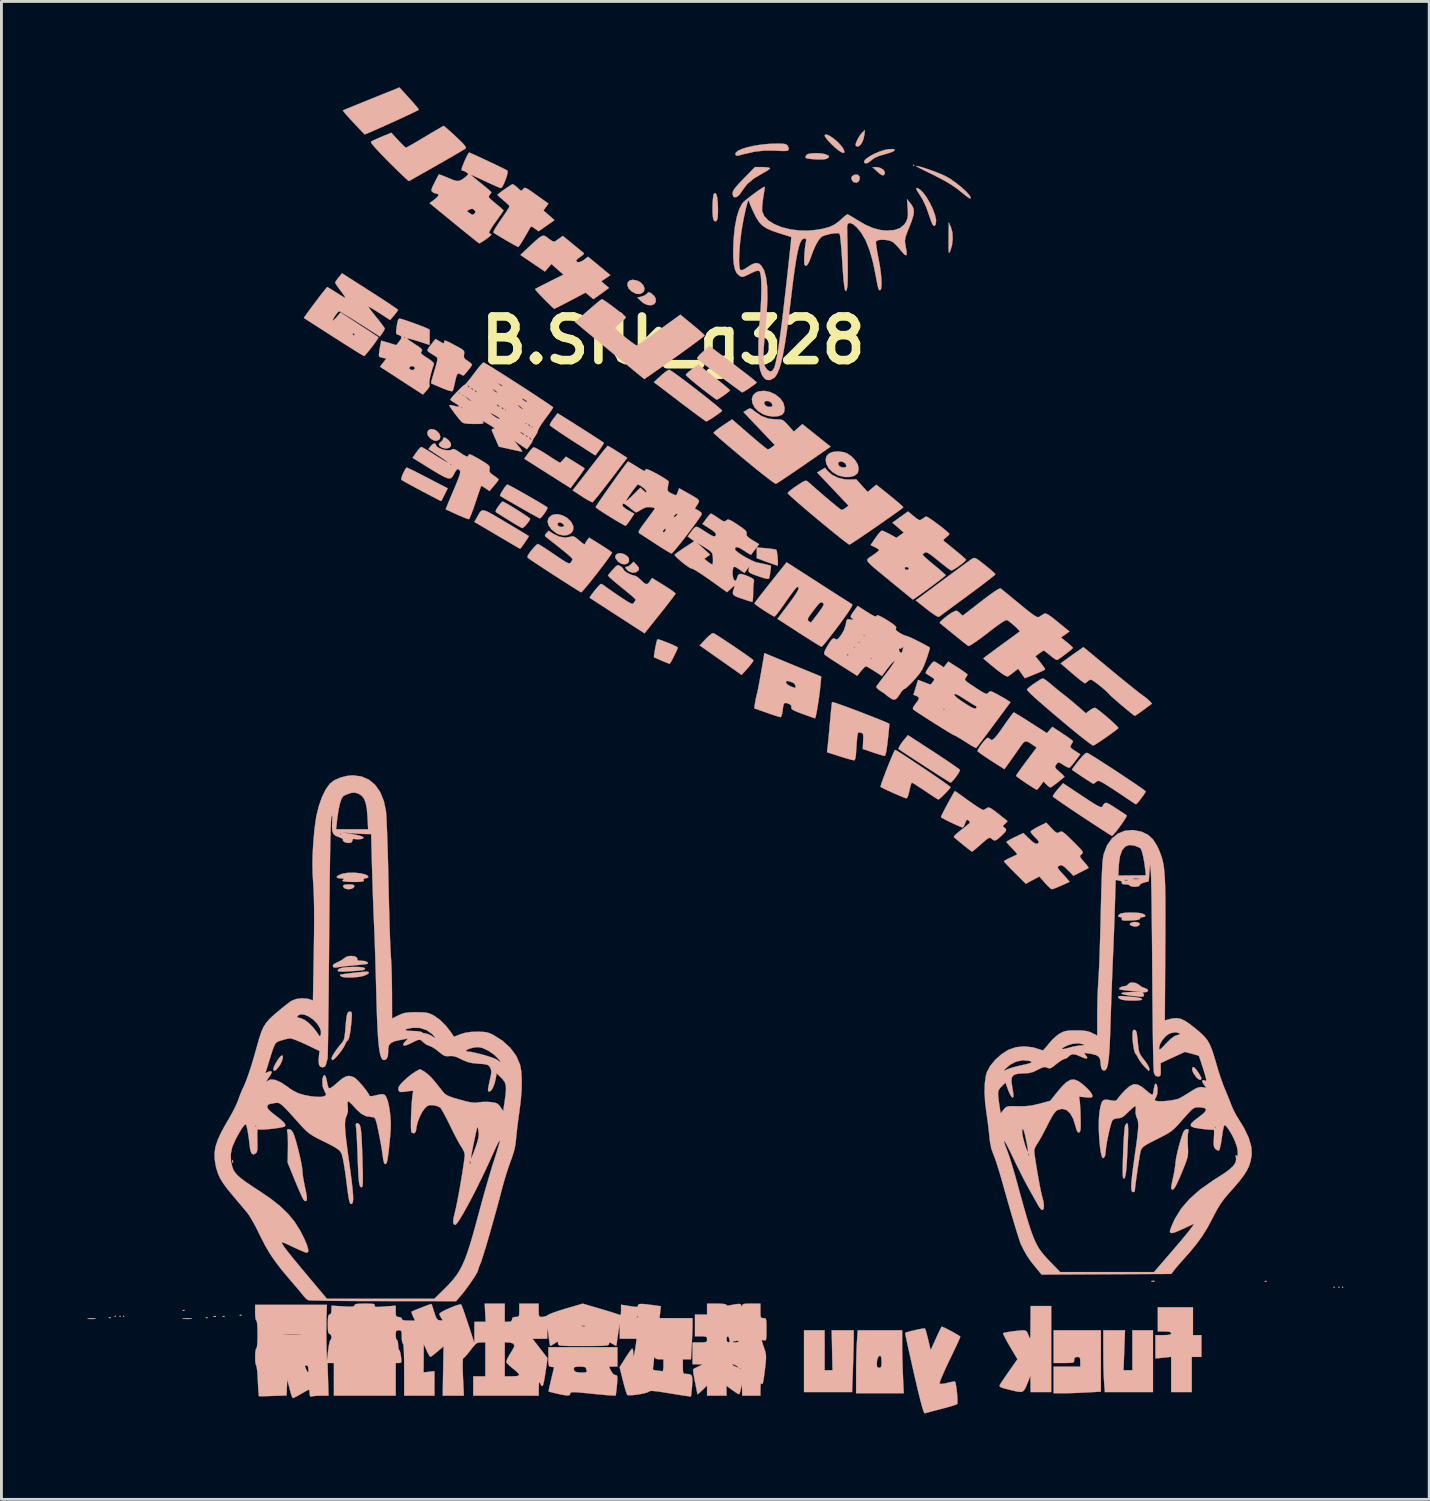
<source format=kicad_pcb>
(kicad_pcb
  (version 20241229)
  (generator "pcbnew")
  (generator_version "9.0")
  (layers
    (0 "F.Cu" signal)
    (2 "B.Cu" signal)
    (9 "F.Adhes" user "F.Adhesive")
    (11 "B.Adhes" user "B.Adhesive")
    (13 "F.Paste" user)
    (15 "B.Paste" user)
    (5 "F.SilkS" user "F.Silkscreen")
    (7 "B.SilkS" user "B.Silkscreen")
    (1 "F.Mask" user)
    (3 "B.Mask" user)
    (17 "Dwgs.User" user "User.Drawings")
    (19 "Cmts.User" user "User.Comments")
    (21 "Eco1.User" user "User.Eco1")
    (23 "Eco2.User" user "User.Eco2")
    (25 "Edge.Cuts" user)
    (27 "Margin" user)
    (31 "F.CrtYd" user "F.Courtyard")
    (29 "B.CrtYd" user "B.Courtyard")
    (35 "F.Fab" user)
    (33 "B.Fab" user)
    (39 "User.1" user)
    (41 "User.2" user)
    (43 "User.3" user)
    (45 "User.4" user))
  (footprint "B.Silk_g328"
    (layer "F.Cu")
    (at 20.469 8.841)
    (property "Reference" "B.Silk_g328" (at 0 0 0) (layer "F.SilkS") (effects (font (size 1.524 1.524) (thickness 0.3))))
    (attr through_hole)
    (fp_poly (pts (xy -19.473 34.099) (xy -19.494 34.121) (xy -19.516 34.099) (xy -19.494 34.078) (xy -19.473 34.099)) (stroke (width 0.01) (type solid)) (fill yes) (layer "B.SilkS"))
    (fp_poly (pts (xy -19.304 34.099) (xy -19.325 34.121) (xy -19.346 34.099) (xy -19.325 34.078) (xy -19.304 34.099)) (stroke (width 0.01) (type solid)) (fill yes) (layer "B.SilkS"))
    (fp_poly (pts (xy -19.177 34.099) (xy -19.198 34.121) (xy -19.219 34.099) (xy -19.198 34.078) (xy -19.177 34.099)) (stroke (width 0.01) (type solid)) (fill yes) (layer "B.SilkS"))
    (fp_poly (pts (xy 8.424 -6.117) (xy 8.403 -6.096) (xy 8.382 -6.117) (xy 8.403 -6.138) (xy 8.424 -6.117)) (stroke (width 0.01) (type solid)) (fill yes) (layer "B.SilkS"))
    (fp_poly (pts (xy 23.114 33.084) (xy 23.093 33.105) (xy 23.072 33.084) (xy 23.093 33.062) (xy 23.114 33.084)) (stroke (width 0.01) (type solid)) (fill yes) (layer "B.SilkS"))
    (fp_poly (pts (xy 23.283 33.084) (xy 23.262 33.105) (xy 23.241 33.084) (xy 23.262 33.062) (xy 23.283 33.084)) (stroke (width 0.01) (type solid)) (fill yes) (layer "B.SilkS"))
    (fp_poly (pts (xy 23.41 33.084) (xy 23.389 33.105) (xy 23.368 33.084) (xy 23.389 33.062) (xy 23.41 33.084)) (stroke (width 0.01) (type solid)) (fill yes) (layer "B.SilkS"))
    (fp_poly (pts (xy -19.657 34.135) (xy -19.663 34.16) (xy -19.685 34.163) (xy -19.72 34.148) (xy -19.713 34.135) (xy -19.663 34.13) (xy -19.657 34.135)) (stroke (width 0.01) (type solid)) (fill yes) (layer "B.SilkS"))
    (fp_poly (pts (xy -17.074 33.881) (xy -17.08 33.906) (xy -17.103 33.909) (xy -17.138 33.894) (xy -17.131 33.881) (xy -17.081 33.876) (xy -17.074 33.881)) (stroke (width 0.01) (type solid)) (fill yes) (layer "B.SilkS"))
    (fp_poly (pts (xy -16.27 34.135) (xy -16.276 34.16) (xy -16.298 34.163) (xy -16.333 34.148) (xy -16.327 34.135) (xy -16.276 34.13) (xy -16.27 34.135)) (stroke (width 0.01) (type solid)) (fill yes) (layer "B.SilkS"))
    (fp_poly (pts (xy -15.971 34.095) (xy -15.984 34.114) (xy -16.027 34.117) (xy -16.072 34.107) (xy -16.052 34.092) (xy -15.986 34.087) (xy -15.971 34.095)) (stroke (width 0.01) (type solid)) (fill yes) (layer "B.SilkS"))
    (fp_poly (pts (xy -15.677 34.092) (xy -15.683 34.118) (xy -15.706 34.121) (xy -15.741 34.105) (xy -15.734 34.092) (xy -15.684 34.087) (xy -15.677 34.092)) (stroke (width 0.01) (type solid)) (fill yes) (layer "B.SilkS"))
    (fp_poly (pts (xy -15.38 28.652) (xy -15.375 28.718) (xy -15.384 28.733) (xy -15.403 28.72) (xy -15.406 28.677) (xy -15.396 28.632) (xy -15.38 28.652)) (stroke (width 0.01) (type solid)) (fill yes) (layer "B.SilkS"))
    (fp_poly (pts (xy -15.085 34.05) (xy -15.091 34.075) (xy -15.113 34.078) (xy -15.148 34.063) (xy -15.141 34.05) (xy -15.091 34.045) (xy -15.085 34.05)) (stroke (width 0.01) (type solid)) (fill yes) (layer "B.SilkS"))
    (fp_poly (pts (xy 16.817 32.865) (xy 16.822 32.88) (xy 16.764 32.886) (xy 16.704 32.88) (xy 16.711 32.865) (xy 16.798 32.859) (xy 16.817 32.865)) (stroke (width 0.01) (type solid)) (fill yes) (layer "B.SilkS"))
    (fp_poly (pts (xy 20.729 32.865) (xy 20.723 32.89) (xy 20.701 32.893) (xy 20.666 32.878) (xy 20.673 32.865) (xy 20.723 32.86) (xy 20.729 32.865)) (stroke (width 0.01) (type solid)) (fill yes) (layer "B.SilkS"))
    (fp_poly (pts (xy -20.204 34.175) (xy -20.177 34.184) (xy -20.225 34.191) (xy -20.32 34.193) (xy -20.425 34.19) (xy -20.464 34.183) (xy -20.436 34.175) (xy -20.3 34.168) (xy -20.204 34.175)) (stroke (width 0.01) (type solid)) (fill yes) (layer "B.SilkS"))
    (fp_poly (pts (xy -16.838 34.175) (xy -16.806 34.183) (xy -16.849 34.189) (xy -16.958 34.192) (xy -16.976 34.192) (xy -17.092 34.19) (xy -17.144 34.184) (xy -17.122 34.176) (xy -17.113 34.175) (xy -16.965 34.168) (xy -16.838 34.175)) (stroke (width 0.01) (type solid)) (fill yes) (layer "B.SilkS"))
    (fp_poly (pts (xy 6.507 -5.734) (xy 6.519 -5.654) (xy 6.487 -5.556) (xy 6.408 -5.509) (xy 6.313 -5.525) (xy 6.274 -5.554) (xy 6.224 -5.647) (xy 6.247 -5.733) (xy 6.326 -5.782) (xy 6.445 -5.789) (xy 6.507 -5.734)) (stroke (width 0.01) (type solid)) (fill yes) (layer "B.SilkS"))
    (fp_poly (pts (xy 7.222 -6.03) (xy 7.328 -5.972) (xy 7.392 -5.896) (xy 7.396 -5.827) (xy 7.357 -5.77) (xy 7.298 -5.77) (xy 7.207 -5.83) (xy 7.122 -5.904) (xy 6.964 -6.051) (xy 7.097 -6.053) (xy 7.222 -6.03)) (stroke (width 0.01) (type solid)) (fill yes) (layer "B.SilkS"))
    (fp_poly (pts (xy -11.19 19.018) (xy -11.137 19.051) (xy -11.134 19.067) (xy -11.17 19.129) (xy -11.257 19.168) (xy -11.366 19.177) (xy -11.466 19.153) (xy -11.509 19.12) (xy -11.537 19.06) (xy -11.495 19.024) (xy -11.379 19.009) (xy -11.317 19.008) (xy -11.19 19.018)) (stroke (width 0.01) (type solid)) (fill yes) (layer "B.SilkS"))
    (fp_poly (pts (xy 16.242 20.336) (xy 16.3 20.376) (xy 16.293 20.426) (xy 16.231 20.464) (xy 16.171 20.482) (xy 16.112 20.479) (xy 16.034 20.46) (xy 15.961 20.422) (xy 15.959 20.376) (xy 16.018 20.337) (xy 16.127 20.32) (xy 16.129 20.32) (xy 16.242 20.336)) (stroke (width 0.01) (type solid)) (fill yes) (layer "B.SilkS"))
    (fp_poly (pts (xy -1.714 7.469) (xy -1.603 7.538) (xy -1.546 7.618) (xy -1.542 7.726) (xy -1.598 7.798) (xy -1.693 7.827) (xy -1.807 7.808) (xy -1.921 7.735) (xy -1.928 7.728) (xy -2.015 7.612) (xy -2.02 7.52) (xy -1.948 7.451) (xy -1.841 7.435) (xy -1.714 7.469)) (stroke (width 0.01) (type solid)) (fill yes) (layer "B.SilkS"))
    (fp_poly (pts (xy 6.678 -7.163) (xy 6.641 -7.008) (xy 6.582 -6.881) (xy 6.511 -6.796) (xy 6.44 -6.766) (xy 6.379 -6.803) (xy 6.376 -6.809) (xy 6.379 -6.87) (xy 6.419 -6.973) (xy 6.482 -7.093) (xy 6.555 -7.202) (xy 6.612 -7.266) (xy 6.701 -7.345) (xy 6.678 -7.163)) (stroke (width 0.01) (type solid)) (fill yes) (layer "B.SilkS"))
    (fp_poly (pts (xy 9.704 -3.955) (xy 9.755 -3.774) (xy 9.767 -3.552) (xy 9.743 -3.324) (xy 9.685 -3.133) (xy 9.659 -3.077) (xy 9.641 -3.057) (xy 9.63 -3.08) (xy 9.624 -3.159) (xy 9.622 -3.301) (xy 9.623 -3.516) (xy 9.623 -3.553) (xy 9.628 -4.121) (xy 9.704 -3.955)) (stroke (width 0.01) (type solid)) (fill yes) (layer "B.SilkS"))
    (fp_poly (pts (xy -13.64 25) (xy -13.638 25.069) (xy -13.666 25.172) (xy -13.719 25.288) (xy -13.782 25.386) (xy -13.874 25.49) (xy -13.937 25.523) (xy -13.966 25.485) (xy -13.967 25.453) (xy -13.942 25.367) (xy -13.883 25.25) (xy -13.808 25.129) (xy -13.733 25.031) (xy -13.677 24.985) (xy -13.64 25)) (stroke (width 0.01) (type solid)) (fill yes) (layer "B.SilkS"))
    (fp_poly (pts (xy -8.359 3.111) (xy -8.262 3.163) (xy -8.166 3.266) (xy -8.134 3.37) (xy -8.163 3.457) (xy -8.25 3.507) (xy -8.302 3.513) (xy -8.381 3.489) (xy -8.479 3.429) (xy -8.482 3.426) (xy -8.572 3.321) (xy -8.591 3.221) (xy -8.553 3.142) (xy -8.471 3.1) (xy -8.359 3.111)) (stroke (width 0.01) (type solid)) (fill yes) (layer "B.SilkS"))
    (fp_poly (pts (xy -7.954 3.407) (xy -7.85 3.484) (xy -7.769 3.589) (xy -7.762 3.683) (xy -7.816 3.752) (xy -7.922 3.78) (xy -8.05 3.758) (xy -8.153 3.702) (xy -8.188 3.634) (xy -8.148 3.569) (xy -8.126 3.555) (xy -8.06 3.494) (xy -8.043 3.449) (xy -8.021 3.393) (xy -7.954 3.407)) (stroke (width 0.01) (type solid)) (fill yes) (layer "B.SilkS"))
    (fp_poly (pts (xy -1.276 7.848) (xy -1.205 7.933) (xy -1.194 7.997) (xy -1.211 8.033) (xy -1.3 8.105) (xy -1.421 8.118) (xy -1.546 8.074) (xy -1.607 8.024) (xy -1.668 7.952) (xy -1.67 7.921) (xy -1.637 7.916) (xy -1.557 7.888) (xy -1.477 7.827) (xy -1.387 7.737) (xy -1.276 7.848)) (stroke (width 0.01) (type solid)) (fill yes) (layer "B.SilkS"))
    (fp_poly (pts (xy -1.26 -2.09) (xy -1.132 -2.021) (xy -1.041 -1.924) (xy -1 -1.816) (xy -1.023 -1.713) (xy -1.043 -1.687) (xy -1.154 -1.618) (xy -1.293 -1.628) (xy -1.444 -1.705) (xy -1.552 -1.809) (xy -1.6 -1.92) (xy -1.589 -2.021) (xy -1.52 -2.093) (xy -1.411 -2.117) (xy -1.26 -2.09)) (stroke (width 0.01) (type solid)) (fill yes) (layer "B.SilkS"))
    (fp_poly (pts (xy 18.2 25.399) (xy 18.277 25.48) (xy 18.325 25.547) (xy 18.398 25.661) (xy 18.446 25.749) (xy 18.457 25.781) (xy 18.434 25.836) (xy 18.374 25.827) (xy 18.29 25.757) (xy 18.274 25.739) (xy 18.173 25.596) (xy 18.13 25.477) (xy 18.149 25.396) (xy 18.152 25.392) (xy 18.2 25.399)) (stroke (width 0.01) (type solid)) (fill yes) (layer "B.SilkS"))
    (fp_poly (pts (xy 15.761 35.285) (xy 15.735 35.983) (xy 16.044 35.983) (xy 16.044 34.586) (xy 16.764 34.586) (xy 16.764 36.745) (xy 15.083 36.745) (xy 15.056 36.396) (xy 15.047 36.231) (xy 15.039 36.006) (xy 15.033 35.744) (xy 15.029 35.468) (xy 15.029 35.317) (xy 15.028 34.586) (xy 15.787 34.586) (xy 15.761 35.285)) (stroke (width 0.01) (type solid)) (fill yes) (layer "B.SilkS"))
    (fp_poly (pts (xy -0.825 -1.676) (xy -0.747 -1.63) (xy -0.658 -1.546) (xy -0.609 -1.455) (xy -0.61 -1.339) (xy -0.671 -1.261) (xy -0.773 -1.226) (xy -0.899 -1.237) (xy -1.032 -1.296) (xy -1.115 -1.363) (xy -1.249 -1.498) (xy -1.109 -1.527) (xy -0.995 -1.569) (xy -0.916 -1.629) (xy -0.915 -1.631) (xy -0.872 -1.678) (xy -0.825 -1.676)) (stroke (width 0.01) (type solid)) (fill yes) (layer "B.SilkS"))
    (fp_poly (pts (xy 5.292 35.983) (xy 5.429 35.983) (xy 5.567 35.983) (xy 5.553 35.285) (xy 5.538 34.586) (xy 6.308 34.586) (xy 6.308 34.872) (xy 6.306 35.009) (xy 6.302 35.21) (xy 6.295 35.455) (xy 6.287 35.725) (xy 6.28 35.952) (xy 6.252 36.745) (xy 4.572 36.745) (xy 4.572 34.586) (xy 5.292 34.586) (xy 5.292 35.983)) (stroke (width 0.01) (type solid)) (fill yes) (layer "B.SilkS"))
    (fp_poly (pts (xy 3.249 7.264) (xy 3.408 7.28) (xy 3.532 7.299) (xy 3.599 7.315) (xy 3.604 7.318) (xy 3.622 7.371) (xy 3.638 7.474) (xy 3.651 7.602) (xy 3.659 7.729) (xy 3.659 7.827) (xy 3.649 7.871) (xy 3.647 7.872) (xy 3.597 7.857) (xy 3.488 7.82) (xy 3.339 7.766) (xy 3.27 7.741) (xy 2.921 7.612) (xy 2.921 7.235) (xy 3.249 7.264)) (stroke (width 0.01) (type solid)) (fill yes) (layer "B.SilkS"))
    (fp_poly (pts (xy 5.155 -6.532) (xy 5.295 -6.509) (xy 5.373 -6.48) (xy 5.443 -6.436) (xy 5.443 -6.403) (xy 5.397 -6.366) (xy 5.33 -6.334) (xy 5.227 -6.319) (xy 5.074 -6.319) (xy 4.855 -6.333) (xy 4.794 -6.339) (xy 4.673 -6.355) (xy 4.623 -6.384) (xy 4.633 -6.438) (xy 4.656 -6.477) (xy 4.72 -6.512) (xy 4.842 -6.534) (xy 4.996 -6.54) (xy 5.155 -6.532)) (stroke (width 0.01) (type solid)) (fill yes) (layer "B.SilkS"))
    (fp_poly (pts (xy 5.391 -7.181) (xy 5.494 -7.129) (xy 5.613 -7.046) (xy 5.736 -6.942) (xy 5.847 -6.827) (xy 5.933 -6.713) (xy 5.951 -6.68) (xy 5.986 -6.585) (xy 5.963 -6.547) (xy 5.886 -6.569) (xy 5.773 -6.64) (xy 5.658 -6.734) (xy 5.535 -6.85) (xy 5.422 -6.968) (xy 5.336 -7.072) (xy 5.294 -7.144) (xy 5.292 -7.154) (xy 5.319 -7.193) (xy 5.391 -7.181)) (stroke (width 0.01) (type solid)) (fill yes) (layer "B.SilkS"))
    (fp_poly (pts (xy 15.717 22.912) (xy 15.86 22.922) (xy 16.086 22.942) (xy 16.239 22.962) (xy 16.332 22.983) (xy 16.375 23.009) (xy 16.383 23.03) (xy 16.345 23.049) (xy 16.245 23.061) (xy 16.106 23.067) (xy 15.953 23.065) (xy 15.806 23.056) (xy 15.69 23.04) (xy 15.666 23.035) (xy 15.581 22.992) (xy 15.545 22.95) (xy 15.552 22.923) (xy 15.605 22.91) (xy 15.717 22.912)) (stroke (width 0.01) (type solid)) (fill yes) (layer "B.SilkS"))
    (fp_poly (pts (xy -10.949 21.895) (xy -10.819 21.913) (xy -10.762 21.943) (xy -10.782 21.984) (xy -10.794 21.992) (xy -10.852 22.005) (xy -10.975 22.02) (xy -11.143 22.034) (xy -11.287 22.044) (xy -11.49 22.053) (xy -11.621 22.055) (xy -11.693 22.046) (xy -11.72 22.027) (xy -11.718 22.011) (xy -11.676 21.959) (xy -11.582 21.923) (xy -11.426 21.902) (xy -11.197 21.891) (xy -11.147 21.891) (xy -10.949 21.895)) (stroke (width 0.01) (type solid)) (fill yes) (layer "B.SilkS"))
    (fp_poly (pts (xy 1.508 -5.098) (xy 1.522 -5.063) (xy 1.543 -4.964) (xy 1.558 -4.812) (xy 1.565 -4.633) (xy 1.565 -4.455) (xy 1.557 -4.307) (xy 1.541 -4.216) (xy 1.492 -4.154) (xy 1.436 -4.173) (xy 1.406 -4.223) (xy 1.388 -4.312) (xy 1.377 -4.454) (xy 1.375 -4.624) (xy 1.379 -4.801) (xy 1.391 -4.959) (xy 1.408 -5.076) (xy 1.427 -5.127) (xy 1.47 -5.147) (xy 1.508 -5.098)) (stroke (width 0.01) (type solid)) (fill yes) (layer "B.SilkS"))
    (fp_poly (pts (xy 7.74 -6.666) (xy 7.735 -6.632) (xy 7.659 -6.586) (xy 7.514 -6.536) (xy 7.448 -6.518) (xy 7.217 -6.451) (xy 7.051 -6.382) (xy 6.93 -6.299) (xy 6.888 -6.26) (xy 6.795 -6.194) (xy 6.71 -6.186) (xy 6.671 -6.217) (xy 6.68 -6.276) (xy 6.753 -6.351) (xy 6.875 -6.435) (xy 7.029 -6.518) (xy 7.201 -6.592) (xy 7.374 -6.648) (xy 7.526 -6.678) (xy 7.671 -6.683) (xy 7.74 -6.666)) (stroke (width 0.01) (type solid)) (fill yes) (layer "B.SilkS"))
    (fp_poly (pts (xy -10.639 22.07) (xy -10.637 22.107) (xy -10.694 22.153) (xy -10.799 22.199) (xy -10.84 22.211) (xy -10.996 22.241) (xy -11.175 22.258) (xy -11.352 22.262) (xy -11.501 22.253) (xy -11.594 22.229) (xy -11.598 22.227) (xy -11.641 22.184) (xy -11.64 22.167) (xy -11.593 22.155) (xy -11.483 22.137) (xy -11.33 22.117) (xy -11.157 22.096) (xy -10.985 22.077) (xy -10.834 22.063) (xy -10.725 22.056) (xy -10.708 22.056) (xy -10.639 22.07)) (stroke (width 0.01) (type solid)) (fill yes) (layer "B.SilkS"))
    (fp_poly (pts (xy 1.397 10.227) (xy 1.444 10.25) (xy 1.547 10.313) (xy 1.693 10.407) (xy 1.869 10.523) (xy 2.062 10.651) (xy 2.257 10.784) (xy 2.443 10.912) (xy 2.605 11.026) (xy 2.731 11.117) (xy 2.803 11.173) (xy 2.792 11.214) (xy 2.733 11.3) (xy 2.64 11.414) (xy 2.613 11.444) (xy 2.392 11.69) (xy 0.927 10.66) (xy 1.13 10.442) (xy 1.24 10.333) (xy 1.335 10.256) (xy 1.396 10.227) (xy 1.397 10.227)) (stroke (width 0.01) (type solid)) (fill yes) (layer "B.SilkS"))
    (fp_poly (pts (xy 18.161 34.756) (xy 18.457 34.756) (xy 18.457 35.518) (xy 18.119 35.518) (xy 18.119 36.745) (xy 17.399 36.745) (xy 17.399 35.515) (xy 17.124 35.544) (xy 16.849 35.572) (xy 16.849 34.756) (xy 17.124 34.756) (xy 17.278 34.751) (xy 17.364 34.736) (xy 17.397 34.707) (xy 17.399 34.692) (xy 17.378 34.654) (xy 17.305 34.634) (xy 17.166 34.629) (xy 16.933 34.629) (xy 16.933 33.782) (xy 18.161 33.782) (xy 18.161 34.756)) (stroke (width 0.01) (type solid)) (fill yes) (layer "B.SilkS"))
    (fp_poly (pts (xy 3.26 -6.048) (xy 3.355 -6.032) (xy 3.387 -6.012) (xy 3.352 -5.973) (xy 3.26 -5.911) (xy 3.143 -5.847) (xy 2.826 -5.66) (xy 2.587 -5.459) (xy 2.419 -5.239) (xy 2.413 -5.228) (xy 2.315 -5.086) (xy 2.218 -5.008) (xy 2.134 -5.001) (xy 2.104 -5.022) (xy 2.081 -5.084) (xy 2.074 -5.155) (xy 2.097 -5.226) (xy 2.17 -5.333) (xy 2.298 -5.48) (xy 2.467 -5.656) (xy 2.859 -6.054) (xy 3.123 -6.054) (xy 3.26 -6.048)) (stroke (width 0.01) (type solid)) (fill yes) (layer "B.SilkS"))
    (fp_poly (pts (xy 8.582 -5.295) (xy 8.615 -5.274) (xy 8.728 -5.168) (xy 8.85 -5.004) (xy 8.968 -4.803) (xy 9.071 -4.588) (xy 9.147 -4.384) (xy 9.185 -4.212) (xy 9.186 -4.175) (xy 9.173 -4.055) (xy 9.137 -3.999) (xy 9.085 -4.017) (xy 9.071 -4.033) (xy 9.041 -4.095) (xy 8.995 -4.216) (xy 8.939 -4.376) (xy 8.913 -4.456) (xy 8.826 -4.689) (xy 8.721 -4.91) (xy 8.629 -5.064) (xy 8.532 -5.212) (xy 8.491 -5.3) (xy 8.508 -5.327) (xy 8.582 -5.295)) (stroke (width 0.01) (type solid)) (fill yes) (layer "B.SilkS"))
    (fp_poly (pts (xy 14.944 36.732) (xy 14.429 36.76) (xy 14.191 36.771) (xy 13.947 36.78) (xy 13.731 36.786) (xy 13.604 36.788) (xy 13.293 36.788) (xy 13.293 35.856) (xy 14.224 35.856) (xy 14.224 35.687) (xy 14.218 35.578) (xy 14.191 35.529) (xy 14.127 35.518) (xy 14.118 35.518) (xy 14.038 35.535) (xy 14.013 35.604) (xy 14.012 35.623) (xy 14.009 35.675) (xy 13.988 35.706) (xy 13.932 35.722) (xy 13.825 35.728) (xy 13.652 35.729) (xy 13.293 35.729) (xy 13.293 34.586) (xy 14.944 34.586) (xy 14.944 36.732)) (stroke (width 0.01) (type solid)) (fill yes) (layer "B.SilkS"))
    (fp_poly (pts (xy -9.26 4.464) (xy -9.151 4.515) (xy -8.992 4.594) (xy -8.796 4.694) (xy -8.575 4.808) (xy -7.876 5.171) (xy -7.986 5.39) (xy -8.046 5.509) (xy -8.088 5.592) (xy -8.102 5.617) (xy -8.139 5.6) (xy -8.239 5.55) (xy -8.39 5.472) (xy -8.581 5.373) (xy -8.785 5.265) (xy -9.004 5.148) (xy -9.197 5.043) (xy -9.352 4.957) (xy -9.456 4.897) (xy -9.496 4.872) (xy -9.497 4.82) (xy -9.467 4.723) (xy -9.419 4.611) (xy -9.366 4.511) (xy -9.32 4.451) (xy -9.306 4.445) (xy -9.26 4.464)) (stroke (width 0.01) (type solid)) (fill yes) (layer "B.SilkS"))
    (fp_poly (pts (xy 1.431 1.282) (xy 1.616 1.428) (xy 1.774 1.556) (xy 1.896 1.659) (xy 1.97 1.725) (xy 1.987 1.745) (xy 1.956 1.78) (xy 1.877 1.845) (xy 1.771 1.923) (xy 1.661 1.997) (xy 1.57 2.053) (xy 1.522 2.074) (xy 1.482 2.05) (xy 1.387 1.981) (xy 1.25 1.878) (xy 1.082 1.749) (xy 0.97 1.662) (xy 0.79 1.518) (xy 0.637 1.391) (xy 0.52 1.29) (xy 0.453 1.225) (xy 0.441 1.206) (xy 0.472 1.162) (xy 0.555 1.087) (xy 0.659 1.007) (xy 0.879 0.849) (xy 1.431 1.282)) (stroke (width 0.01) (type solid)) (fill yes) (layer "B.SilkS"))
    (fp_poly (pts (xy 3.864 -6.867) (xy 3.94 -6.85) (xy 3.986 -6.819) (xy 4.001 -6.801) (xy 4.037 -6.714) (xy 4.035 -6.661) (xy 4.01 -6.634) (xy 3.953 -6.619) (xy 3.849 -6.615) (xy 3.683 -6.621) (xy 3.561 -6.628) (xy 3.198 -6.631) (xy 2.839 -6.591) (xy 2.455 -6.504) (xy 2.279 -6.453) (xy 2.204 -6.458) (xy 2.179 -6.48) (xy 2.179 -6.546) (xy 2.252 -6.615) (xy 2.389 -6.681) (xy 2.576 -6.742) (xy 2.805 -6.795) (xy 3.063 -6.837) (xy 3.34 -6.864) (xy 3.549 -6.872) (xy 3.739 -6.873) (xy 3.864 -6.867)) (stroke (width 0.01) (type solid)) (fill yes) (layer "B.SilkS"))
    (fp_poly (pts (xy 16.146 19.995) (xy 16.308 20.009) (xy 16.358 20.018) (xy 16.457 20.055) (xy 16.499 20.101) (xy 16.479 20.138) (xy 16.408 20.151) (xy 16.327 20.168) (xy 16.309 20.204) (xy 16.286 20.233) (xy 16.198 20.254) (xy 16.036 20.267) (xy 15.986 20.269) (xy 15.819 20.273) (xy 15.722 20.268) (xy 15.679 20.252) (xy 15.676 20.222) (xy 15.678 20.216) (xy 15.673 20.163) (xy 15.616 20.151) (xy 15.553 20.132) (xy 15.554 20.088) (xy 15.611 20.04) (xy 15.666 20.018) (xy 15.79 20) (xy 15.961 19.992) (xy 16.146 19.995)) (stroke (width 0.01) (type solid)) (fill yes) (layer "B.SilkS"))
    (fp_poly (pts (xy -0.507 10.45) (xy -0.407 10.481) (xy -0.274 10.531) (xy -0.128 10.589) (xy 0.007 10.648) (xy 0.112 10.699) (xy 0.161 10.73) (xy 0.151 10.772) (xy 0.111 10.865) (xy 0.053 10.986) (xy -0.011 11.112) (xy -0.07 11.221) (xy -0.113 11.289) (xy -0.126 11.301) (xy -0.173 11.285) (xy -0.276 11.244) (xy -0.402 11.191) (xy -0.534 11.134) (xy -0.63 11.09) (xy -0.669 11.071) (xy -0.67 11.025) (xy -0.656 10.922) (xy -0.633 10.788) (xy -0.606 10.649) (xy -0.579 10.529) (xy -0.557 10.455) (xy -0.551 10.445) (xy -0.507 10.45)) (stroke (width 0.01) (type solid)) (fill yes) (layer "B.SilkS"))
    (fp_poly (pts (xy 15.889 27.416) (xy 15.897 27.549) (xy 15.896 27.758) (xy 15.89 27.929) (xy 15.872 28.317) (xy 15.856 28.628) (xy 15.84 28.869) (xy 15.823 29.048) (xy 15.804 29.171) (xy 15.783 29.247) (xy 15.759 29.283) (xy 15.752 29.286) (xy 15.732 29.282) (xy 15.718 29.249) (xy 15.71 29.176) (xy 15.706 29.055) (xy 15.708 28.875) (xy 15.714 28.627) (xy 15.721 28.407) (xy 15.731 28.135) (xy 15.744 27.889) (xy 15.759 27.681) (xy 15.774 27.527) (xy 15.789 27.439) (xy 15.793 27.428) (xy 15.838 27.36) (xy 15.869 27.355) (xy 15.889 27.416)) (stroke (width 0.01) (type solid)) (fill yes) (layer "B.SilkS"))
    (fp_poly (pts (xy -2.243 3.705) (xy -2.147 3.762) (xy -2.013 3.845) (xy -1.935 3.894) (xy -1.605 4.106) (xy -2.192 4.876) (xy -2.362 5.097) (xy -2.516 5.294) (xy -2.646 5.458) (xy -2.745 5.578) (xy -2.805 5.646) (xy -2.819 5.657) (xy -2.869 5.64) (xy -2.972 5.586) (xy -3.109 5.504) (xy -3.185 5.455) (xy -3.513 5.241) (xy -3.277 4.938) (xy -3.158 4.786) (xy -3.006 4.59) (xy -2.841 4.377) (xy -2.681 4.17) (xy -2.674 4.161) (xy -2.541 3.991) (xy -2.427 3.847) (xy -2.34 3.743) (xy -2.292 3.689) (xy -2.286 3.684) (xy -2.243 3.705)) (stroke (width 0.01) (type solid)) (fill yes) (layer "B.SilkS"))
    (fp_poly (pts (xy 8.571 -6.081) (xy 8.713 -6.042) (xy 8.893 -5.984) (xy 9.089 -5.914) (xy 9.283 -5.839) (xy 9.452 -5.767) (xy 9.543 -5.723) (xy 9.71 -5.623) (xy 9.892 -5.493) (xy 10.07 -5.35) (xy 10.225 -5.21) (xy 10.337 -5.088) (xy 10.375 -5.031) (xy 10.397 -4.966) (xy 10.364 -4.959) (xy 10.278 -5.011) (xy 10.143 -5.119) (xy 10.131 -5.129) (xy 9.93 -5.291) (xy 9.709 -5.443) (xy 9.45 -5.595) (xy 9.135 -5.759) (xy 8.954 -5.848) (xy 8.771 -5.937) (xy 8.623 -6.012) (xy 8.523 -6.066) (xy 8.484 -6.092) (xy 8.486 -6.094) (xy 8.571 -6.081)) (stroke (width 0.01) (type solid)) (fill yes) (layer "B.SilkS"))
    (fp_poly (pts (xy -10.922 18.621) (xy -10.738 18.666) (xy -10.659 18.717) (xy -10.657 18.767) (xy -10.728 18.795) (xy -10.754 18.796) (xy -10.813 18.817) (xy -10.81 18.86) (xy -10.811 18.89) (xy -10.849 18.909) (xy -10.939 18.919) (xy -11.095 18.923) (xy -11.171 18.923) (xy -11.34 18.919) (xy -11.472 18.908) (xy -11.547 18.893) (xy -11.557 18.884) (xy -11.524 18.835) (xy -11.504 18.824) (xy -11.506 18.81) (xy -11.576 18.801) (xy -11.613 18.799) (xy -11.725 18.784) (xy -11.758 18.75) (xy -11.716 18.703) (xy -11.601 18.651) (xy -11.554 18.635) (xy -11.37 18.604) (xy -11.146 18.599) (xy -10.922 18.621)) (stroke (width 0.01) (type solid)) (fill yes) (layer "B.SilkS"))
    (fp_poly (pts (xy -5.909 5.652) (xy -5.806 5.708) (xy -5.667 5.79) (xy -5.509 5.887) (xy -5.348 5.988) (xy -5.2 6.085) (xy -5.082 6.165) (xy -5.01 6.219) (xy -4.995 6.236) (xy -5.021 6.294) (xy -5.084 6.381) (xy -5.162 6.471) (xy -5.233 6.539) (xy -5.271 6.559) (xy -5.322 6.536) (xy -5.427 6.477) (xy -5.572 6.391) (xy -5.715 6.303) (xy -5.883 6.198) (xy -6.028 6.107) (xy -6.132 6.042) (xy -6.177 6.015) (xy -6.203 5.98) (xy -6.186 5.92) (xy -6.12 5.815) (xy -6.113 5.806) (xy -6.037 5.706) (xy -5.978 5.643) (xy -5.959 5.631) (xy -5.909 5.652)) (stroke (width 0.01) (type solid)) (fill yes) (layer "B.SilkS"))
    (fp_poly (pts (xy -4.827 3.752) (xy -4.719 3.805) (xy -4.572 3.889) (xy -4.403 3.996) (xy -4.403 3.996) (xy -4.236 4.105) (xy -4.096 4.193) (xy -3.998 4.253) (xy -3.955 4.276) (xy -3.955 4.276) (xy -3.915 4.247) (xy -3.847 4.177) (xy -3.84 4.168) (xy -3.747 4.061) (xy -3.429 4.258) (xy -3.285 4.348) (xy -3.172 4.42) (xy -3.105 4.463) (xy -3.095 4.47) (xy -3.112 4.508) (xy -3.17 4.597) (xy -3.26 4.725) (xy -3.332 4.823) (xy -3.585 5.162) (xy -4.394 4.649) (xy -5.203 4.136) (xy -5.067 3.946) (xy -4.983 3.837) (xy -4.911 3.76) (xy -4.88 3.737) (xy -4.827 3.752)) (stroke (width 0.01) (type solid)) (fill yes) (layer "B.SilkS"))
    (fp_poly (pts (xy -3.865 6.115) (xy -3.699 6.207) (xy -3.567 6.336) (xy -3.491 6.487) (xy -3.488 6.504) (xy -3.497 6.639) (xy -3.57 6.74) (xy -3.689 6.802) (xy -3.839 6.817) (xy -4.001 6.78) (xy -4.085 6.737) (xy -4.249 6.608) (xy -4.35 6.469) (xy -4.366 6.41) (xy -4.044 6.41) (xy -4.027 6.467) (xy -3.964 6.511) (xy -3.911 6.519) (xy -3.834 6.506) (xy -3.81 6.482) (xy -3.845 6.416) (xy -3.923 6.369) (xy -3.999 6.365) (xy -4.044 6.41) (xy -4.366 6.41) (xy -4.387 6.333) (xy -4.357 6.212) (xy -4.258 6.118) (xy -4.204 6.093) (xy -4.041 6.072) (xy -3.865 6.115)) (stroke (width 0.01) (type solid)) (fill yes) (layer "B.SilkS"))
    (fp_poly (pts (xy 9.104 14.38) (xy 9.35 14.541) (xy 9.571 14.689) (xy 9.759 14.816) (xy 9.902 14.917) (xy 9.993 14.984) (xy 10.02 15.01) (xy 10.003 15.063) (xy 9.948 15.156) (xy 9.871 15.264) (xy 9.791 15.365) (xy 9.724 15.434) (xy 9.694 15.452) (xy 9.652 15.429) (xy 9.548 15.367) (xy 9.394 15.27) (xy 9.199 15.146) (xy 8.973 15) (xy 8.779 14.875) (xy 8.536 14.716) (xy 8.317 14.573) (xy 8.132 14.451) (xy 7.991 14.358) (xy 7.903 14.299) (xy 7.877 14.282) (xy 7.882 14.234) (xy 7.932 14.14) (xy 8.016 14.019) (xy 8.084 13.935) (xy 8.203 13.795) (xy 9.104 14.38)) (stroke (width 0.01) (type solid)) (fill yes) (layer "B.SilkS"))
    (fp_poly (pts (xy -11.146 21.516) (xy -11.059 21.557) (xy -11.055 21.562) (xy -11.028 21.624) (xy -11.035 21.647) (xy -11.016 21.664) (xy -10.934 21.674) (xy -10.889 21.675) (xy -10.77 21.688) (xy -10.688 21.72) (xy -10.664 21.763) (xy -10.675 21.781) (xy -10.721 21.791) (xy -10.834 21.805) (xy -10.997 21.823) (xy -11.177 21.841) (xy -11.379 21.86) (xy -11.556 21.88) (xy -11.688 21.898) (xy -11.749 21.909) (xy -11.831 21.916) (xy -11.865 21.903) (xy -11.893 21.848) (xy -11.856 21.795) (xy -11.745 21.734) (xy -11.715 21.721) (xy -11.592 21.659) (xy -11.498 21.595) (xy -11.477 21.575) (xy -11.393 21.526) (xy -11.27 21.507) (xy -11.146 21.516)) (stroke (width 0.01) (type solid)) (fill yes) (layer "B.SilkS"))
    (fp_poly (pts (xy 2.096 0.821) (xy 2.324 0.994) (xy 2.529 1.151) (xy 2.7 1.284) (xy 2.828 1.387) (xy 2.903 1.452) (xy 2.921 1.471) (xy 2.888 1.506) (xy 2.806 1.569) (xy 2.695 1.647) (xy 2.579 1.724) (xy 2.479 1.786) (xy 2.417 1.817) (xy 2.41 1.818) (xy 2.372 1.793) (xy 2.277 1.724) (xy 2.133 1.619) (xy 1.952 1.485) (xy 1.742 1.329) (xy 1.633 1.248) (xy 1.412 1.082) (xy 1.212 0.931) (xy 1.045 0.804) (xy 0.921 0.709) (xy 0.849 0.653) (xy 0.837 0.642) (xy 0.847 0.597) (xy 0.916 0.513) (xy 1.033 0.403) (xy 1.034 0.403) (xy 1.27 0.201) (xy 2.096 0.821)) (stroke (width 0.01) (type solid)) (fill yes) (layer "B.SilkS"))
    (fp_poly (pts (xy 16.145 24.098) (xy 16.176 24.137) (xy 16.199 24.22) (xy 16.219 24.36) (xy 16.238 24.556) (xy 16.256 24.735) (xy 16.28 24.858) (xy 16.321 24.955) (xy 16.39 25.056) (xy 16.453 25.135) (xy 16.546 25.261) (xy 16.612 25.373) (xy 16.637 25.444) (xy 16.63 25.512) (xy 16.621 25.527) (xy 16.586 25.498) (xy 16.513 25.424) (xy 16.449 25.355) (xy 16.351 25.235) (xy 16.271 25.119) (xy 16.244 25.07) (xy 16.196 24.978) (xy 16.156 24.928) (xy 16.124 24.868) (xy 16.093 24.745) (xy 16.068 24.582) (xy 16.051 24.402) (xy 16.047 24.289) (xy 16.054 24.157) (xy 16.08 24.095) (xy 16.103 24.088) (xy 16.145 24.098)) (stroke (width 0.01) (type solid)) (fill yes) (layer "B.SilkS"))
    (fp_poly (pts (xy -6.567 5.952) (xy -6.456 6.001) (xy -6.302 6.086) (xy -6.094 6.208) (xy -5.856 6.35) (xy -5.623 6.489) (xy -5.415 6.613) (xy -5.243 6.716) (xy -5.119 6.791) (xy -5.052 6.833) (xy -5.043 6.838) (xy -5.059 6.875) (xy -5.11 6.957) (xy -5.18 7.061) (xy -5.253 7.165) (xy -5.314 7.246) (xy -5.347 7.281) (xy -5.348 7.281) (xy -5.385 7.261) (xy -5.471 7.212) (xy -5.524 7.181) (xy -5.618 7.126) (xy -5.768 7.037) (xy -5.959 6.925) (xy -6.172 6.799) (xy -6.319 6.713) (xy -6.945 6.345) (xy -6.857 6.189) (xy -6.798 6.083) (xy -6.751 6.005) (xy -6.704 5.956) (xy -6.646 5.938) (xy -6.567 5.952)) (stroke (width 0.01) (type solid)) (fill yes) (layer "B.SilkS"))
    (fp_poly (pts (xy -0.084 1.056) (xy 0.022 1.128) (xy 0.171 1.234) (xy 0.351 1.368) (xy 0.554 1.521) (xy 0.767 1.685) (xy 0.982 1.852) (xy 1.187 2.013) (xy 1.372 2.162) (xy 1.526 2.288) (xy 1.64 2.386) (xy 1.703 2.446) (xy 1.711 2.46) (xy 1.665 2.504) (xy 1.571 2.575) (xy 1.451 2.658) (xy 1.329 2.739) (xy 1.225 2.802) (xy 1.162 2.832) (xy 1.156 2.833) (xy 1.114 2.808) (xy 1.015 2.737) (xy 0.867 2.629) (xy 0.679 2.489) (xy 0.46 2.325) (xy 0.223 2.145) (xy -0.676 1.46) (xy -0.433 1.239) (xy -0.311 1.135) (xy -0.208 1.06) (xy -0.143 1.028) (xy -0.136 1.028) (xy -0.084 1.056)) (stroke (width 0.01) (type solid)) (fill yes) (layer "B.SilkS"))
    (fp_poly (pts (xy 8.001 35.084) (xy 8.003 35.327) (xy 8.009 35.617) (xy 8.018 35.918) (xy 8.029 36.184) (xy 8.057 36.788) (xy 6.392 36.788) (xy 6.393 36.1) (xy 6.394 35.826) (xy 6.395 35.782) (xy 7.113 35.782) (xy 7.128 35.87) (xy 7.186 35.898) (xy 7.197 35.899) (xy 7.247 35.888) (xy 7.273 35.84) (xy 7.281 35.736) (xy 7.281 35.687) (xy 7.273 35.55) (xy 7.247 35.485) (xy 7.223 35.475) (xy 7.166 35.515) (xy 7.127 35.622) (xy 7.113 35.782) (xy 7.113 35.782) (xy 6.395 35.782) (xy 6.4 35.542) (xy 6.407 35.278) (xy 6.416 35.061) (xy 6.42 34.999) (xy 6.447 34.586) (xy 8.001 34.586) (xy 8.001 35.084)) (stroke (width 0.01) (type solid)) (fill yes) (layer "B.SilkS"))
    (fp_poly (pts (xy -5.745 5.058) (xy -5.639 5.113) (xy -5.489 5.195) (xy -5.309 5.296) (xy -5.113 5.407) (xy -4.915 5.521) (xy -4.73 5.629) (xy -4.572 5.723) (xy -4.455 5.795) (xy -4.393 5.837) (xy -4.39 5.839) (xy -4.399 5.883) (xy -4.445 5.967) (xy -4.512 6.066) (xy -4.582 6.156) (xy -4.64 6.213) (xy -4.657 6.221) (xy -4.699 6.201) (xy -4.802 6.146) (xy -4.955 6.062) (xy -5.145 5.955) (xy -5.356 5.835) (xy -5.571 5.711) (xy -5.76 5.603) (xy -5.91 5.516) (xy -6.01 5.457) (xy -6.048 5.435) (xy -6.041 5.393) (xy -5.998 5.309) (xy -5.935 5.207) (xy -5.868 5.112) (xy -5.813 5.05) (xy -5.792 5.038) (xy -5.745 5.058)) (stroke (width 0.01) (type solid)) (fill yes) (layer "B.SilkS"))
    (fp_poly (pts (xy -11.026 27.354) (xy -10.987 27.369) (xy -10.956 27.403) (xy -10.932 27.466) (xy -10.912 27.566) (xy -10.896 27.713) (xy -10.883 27.916) (xy -10.871 28.184) (xy -10.859 28.526) (xy -10.857 28.594) (xy -10.848 28.912) (xy -10.842 29.154) (xy -10.841 29.332) (xy -10.844 29.455) (xy -10.851 29.532) (xy -10.864 29.574) (xy -10.882 29.59) (xy -10.892 29.591) (xy -10.936 29.565) (xy -10.966 29.478) (xy -10.981 29.369) (xy -10.99 29.25) (xy -11.001 29.068) (xy -11.012 28.84) (xy -11.022 28.588) (xy -11.028 28.427) (xy -11.038 28.173) (xy -11.049 27.936) (xy -11.06 27.733) (xy -11.071 27.583) (xy -11.077 27.523) (xy -11.089 27.409) (xy -11.077 27.359) (xy -11.037 27.352) (xy -11.026 27.354)) (stroke (width 0.01) (type solid)) (fill yes) (layer "B.SilkS"))
    (fp_poly (pts (xy -9.224 -8.464) (xy -9.091 -8.316) (xy -8.983 -8.191) (xy -8.91 -8.1) (xy -8.883 -8.059) (xy -8.919 -8.036) (xy -9.021 -7.986) (xy -9.174 -7.912) (xy -9.366 -7.822) (xy -9.584 -7.721) (xy -9.816 -7.615) (xy -10.049 -7.51) (xy -10.27 -7.411) (xy -10.466 -7.324) (xy -10.624 -7.256) (xy -10.732 -7.211) (xy -10.777 -7.197) (xy -10.808 -7.226) (xy -10.886 -7.306) (xy -11 -7.425) (xy -11.138 -7.572) (xy -11.171 -7.607) (xy -11.311 -7.76) (xy -11.426 -7.888) (xy -11.506 -7.982) (xy -11.541 -8.028) (xy -11.541 -8.031) (xy -11.5 -8.05) (xy -11.391 -8.096) (xy -11.224 -8.164) (xy -11.012 -8.251) (xy -10.763 -8.352) (xy -10.546 -8.44) (xy -9.564 -8.836) (xy -9.224 -8.464)) (stroke (width 0.01) (type solid)) (fill yes) (layer "B.SilkS"))
    (fp_poly (pts (xy 3.39 1.806) (xy 3.58 1.897) (xy 3.739 2.026) (xy 3.85 2.182) (xy 3.894 2.354) (xy 3.895 2.367) (xy 3.879 2.5) (xy 3.822 2.584) (xy 3.801 2.601) (xy 3.669 2.651) (xy 3.493 2.663) (xy 3.302 2.637) (xy 3.152 2.587) (xy 2.974 2.478) (xy 2.845 2.343) (xy 2.776 2.207) (xy 3.18 2.207) (xy 3.226 2.278) (xy 3.3 2.317) (xy 3.388 2.326) (xy 3.456 2.304) (xy 3.471 2.273) (xy 3.434 2.183) (xy 3.34 2.126) (xy 3.272 2.117) (xy 3.193 2.143) (xy 3.18 2.207) (xy 2.776 2.207) (xy 2.77 2.196) (xy 2.75 2.051) (xy 2.789 1.922) (xy 2.889 1.824) (xy 2.987 1.783) (xy 3.187 1.764) (xy 3.39 1.806)) (stroke (width 0.01) (type solid)) (fill yes) (layer "B.SilkS"))
    (fp_poly (pts (xy 5.963 3.907) (xy 6.083 3.952) (xy 6.236 4.058) (xy 6.365 4.196) (xy 6.451 4.343) (xy 6.476 4.457) (xy 6.467 4.567) (xy 6.445 4.64) (xy 6.445 4.64) (xy 6.339 4.728) (xy 6.18 4.773) (xy 5.992 4.774) (xy 5.796 4.729) (xy 5.734 4.704) (xy 5.56 4.597) (xy 5.43 4.461) (xy 5.357 4.324) (xy 5.762 4.324) (xy 5.808 4.394) (xy 5.882 4.434) (xy 5.971 4.443) (xy 6.038 4.421) (xy 6.054 4.39) (xy 6.016 4.3) (xy 5.922 4.243) (xy 5.855 4.233) (xy 5.775 4.259) (xy 5.762 4.324) (xy 5.357 4.324) (xy 5.351 4.312) (xy 5.327 4.165) (xy 5.365 4.034) (xy 5.449 3.949) (xy 5.593 3.895) (xy 5.776 3.881) (xy 5.963 3.907)) (stroke (width 0.01) (type solid)) (fill yes) (layer "B.SilkS"))
    (fp_poly (pts (xy -13.341 27.591) (xy -13.275 27.694) (xy -13.268 27.708) (xy -13.218 27.849) (xy -13.161 28.04) (xy -13.102 28.261) (xy -13.047 28.489) (xy -13 28.704) (xy -12.968 28.883) (xy -12.954 29.004) (xy -12.954 29.011) (xy -12.945 29.131) (xy -12.919 29.304) (xy -12.882 29.501) (xy -12.861 29.601) (xy -12.817 29.811) (xy -12.797 29.952) (xy -12.801 30.034) (xy -12.815 30.061) (xy -12.863 30.076) (xy -12.92 30.017) (xy -12.925 30.008) (xy -12.963 29.934) (xy -13.025 29.799) (xy -13.104 29.618) (xy -13.192 29.409) (xy -13.229 29.318) (xy -13.47 28.727) (xy -13.46 28.238) (xy -13.459 28.034) (xy -13.463 27.854) (xy -13.472 27.719) (xy -13.482 27.654) (xy -13.494 27.582) (xy -13.447 27.56) (xy -13.422 27.559) (xy -13.341 27.591)) (stroke (width 0.01) (type solid)) (fill yes) (layer "B.SilkS"))
    (fp_poly (pts (xy 10.583 7.621) (xy 10.666 7.674) (xy 10.79 7.769) (xy 10.9 7.856) (xy 11.046 7.974) (xy 11.164 8.075) (xy 11.24 8.146) (xy 11.261 8.173) (xy 11.228 8.206) (xy 11.135 8.281) (xy 10.992 8.394) (xy 10.806 8.536) (xy 10.585 8.701) (xy 10.34 8.883) (xy 10.298 8.915) (xy 10.046 9.1) (xy 9.816 9.27) (xy 9.617 9.417) (xy 9.456 9.535) (xy 9.344 9.618) (xy 9.29 9.658) (xy 9.288 9.66) (xy 9.234 9.65) (xy 9.126 9.587) (xy 8.972 9.478) (xy 8.857 9.389) (xy 8.473 9.084) (xy 9.398 8.397) (xy 9.648 8.212) (xy 9.88 8.041) (xy 10.085 7.89) (xy 10.252 7.768) (xy 10.371 7.682) (xy 10.431 7.64) (xy 10.481 7.611) (xy 10.526 7.602) (xy 10.583 7.621)) (stroke (width 0.01) (type solid)) (fill yes) (layer "B.SilkS"))
    (fp_poly (pts (xy 18.006 27.573) (xy 18.004 27.63) (xy 17.997 27.653) (xy 17.983 27.736) (xy 17.977 27.878) (xy 17.979 28.054) (xy 17.982 28.129) (xy 17.989 28.291) (xy 17.988 28.415) (xy 17.974 28.524) (xy 17.942 28.642) (xy 17.887 28.791) (xy 17.804 28.994) (xy 17.803 28.998) (xy 17.694 29.258) (xy 17.609 29.447) (xy 17.543 29.573) (xy 17.492 29.646) (xy 17.45 29.675) (xy 17.44 29.676) (xy 17.406 29.641) (xy 17.4 29.602) (xy 17.41 29.524) (xy 17.435 29.393) (xy 17.467 29.252) (xy 17.506 29.063) (xy 17.537 28.864) (xy 17.549 28.744) (xy 17.57 28.586) (xy 17.614 28.375) (xy 17.673 28.139) (xy 17.741 27.904) (xy 17.81 27.698) (xy 17.818 27.675) (xy 17.882 27.582) (xy 17.947 27.559) (xy 18.006 27.573)) (stroke (width 0.01) (type solid)) (fill yes) (layer "B.SilkS"))
    (fp_poly (pts (xy -11.255 23.458) (xy -11.233 23.487) (xy -11.226 23.555) (xy -11.231 23.68) (xy -11.24 23.802) (xy -11.265 24.042) (xy -11.295 24.239) (xy -11.329 24.383) (xy -11.364 24.459) (xy -11.381 24.469) (xy -11.415 24.504) (xy -11.458 24.591) (xy -11.463 24.606) (xy -11.513 24.702) (xy -11.594 24.822) (xy -11.69 24.947) (xy -11.784 25.055) (xy -11.862 25.127) (xy -11.899 25.146) (xy -11.935 25.112) (xy -11.938 25.092) (xy -11.913 25.019) (xy -11.847 24.904) (xy -11.754 24.768) (xy -11.649 24.633) (xy -11.599 24.575) (xy -11.541 24.502) (xy -11.503 24.423) (xy -11.478 24.313) (xy -11.46 24.15) (xy -11.453 24.067) (xy -11.433 23.826) (xy -11.414 23.656) (xy -11.392 23.546) (xy -11.364 23.484) (xy -11.328 23.457) (xy -11.295 23.453) (xy -11.255 23.458)) (stroke (width 0.01) (type solid)) (fill yes) (layer "B.SilkS"))
    (fp_poly (pts (xy -4.005 2.568) (xy -3.911 2.625) (xy -3.77 2.713) (xy -3.595 2.823) (xy -3.397 2.948) (xy -3.19 3.08) (xy -2.985 3.211) (xy -2.794 3.333) (xy -2.63 3.439) (xy -2.505 3.521) (xy -2.431 3.571) (xy -2.419 3.581) (xy -2.434 3.617) (xy -2.485 3.698) (xy -2.555 3.801) (xy -2.629 3.904) (xy -2.69 3.984) (xy -2.722 4.019) (xy -2.724 4.019) (xy -2.76 3.996) (xy -2.856 3.934) (xy -3.004 3.839) (xy -3.192 3.718) (xy -3.409 3.578) (xy -3.514 3.511) (xy -3.743 3.362) (xy -3.946 3.227) (xy -4.115 3.112) (xy -4.237 3.025) (xy -4.303 2.973) (xy -4.311 2.964) (xy -4.295 2.909) (xy -4.239 2.814) (xy -4.186 2.741) (xy -4.108 2.639) (xy -4.054 2.568) (xy -4.04 2.549) (xy -4.005 2.568)) (stroke (width 0.01) (type solid)) (fill yes) (layer "B.SilkS"))
    (fp_poly (pts (xy 16.167 22.456) (xy 16.263 22.507) (xy 16.275 22.519) (xy 16.373 22.59) (xy 16.472 22.628) (xy 16.566 22.669) (xy 16.593 22.722) (xy 16.552 22.764) (xy 16.478 22.776) (xy 16.405 22.784) (xy 16.411 22.808) (xy 16.42 22.814) (xy 16.454 22.869) (xy 16.428 22.923) (xy 16.37 22.938) (xy 16.296 22.929) (xy 16.182 22.918) (xy 16.171 22.917) (xy 15.932 22.889) (xy 15.766 22.86) (xy 15.675 22.832) (xy 15.662 22.808) (xy 15.727 22.788) (xy 15.873 22.774) (xy 16.013 22.769) (xy 16.362 22.764) (xy 15.988 22.73) (xy 15.818 22.713) (xy 15.681 22.694) (xy 15.6 22.677) (xy 15.587 22.67) (xy 15.59 22.631) (xy 15.65 22.592) (xy 15.74 22.567) (xy 15.775 22.564) (xy 15.859 22.538) (xy 15.89 22.5) (xy 15.949 22.451) (xy 16.052 22.436) (xy 16.167 22.456)) (stroke (width 0.01) (type solid)) (fill yes) (layer "B.SilkS"))
    (fp_poly (pts (xy 14.286 15.916) (xy 14.527 16.074) (xy 14.707 16.188) (xy 14.834 16.262) (xy 14.919 16.301) (xy 14.968 16.31) (xy 14.989 16.297) (xy 15.041 16.213) (xy 15.086 16.167) (xy 15.14 16.16) (xy 15.222 16.194) (xy 15.348 16.27) (xy 15.459 16.341) (xy 15.613 16.441) (xy 15.741 16.525) (xy 15.825 16.582) (xy 15.848 16.599) (xy 15.837 16.64) (xy 15.785 16.729) (xy 15.705 16.85) (xy 15.609 16.984) (xy 15.511 17.115) (xy 15.422 17.224) (xy 15.356 17.295) (xy 15.328 17.312) (xy 15.288 17.29) (xy 15.186 17.226) (xy 15.032 17.127) (xy 14.835 16.999) (xy 14.603 16.847) (xy 14.346 16.679) (xy 14.289 16.641) (xy 14.029 16.468) (xy 13.792 16.309) (xy 13.589 16.17) (xy 13.427 16.058) (xy 13.317 15.978) (xy 13.266 15.937) (xy 13.264 15.934) (xy 13.284 15.885) (xy 13.347 15.794) (xy 13.436 15.685) (xy 13.621 15.475) (xy 14.286 15.916)) (stroke (width 0.01) (type solid)) (fill yes) (layer "B.SilkS"))
    (fp_poly (pts (xy 13.208 36.745) (xy 12.488 36.745) (xy 12.483 36.174) (xy 12.37 36.46) (xy 12.304 36.614) (xy 12.243 36.704) (xy 12.165 36.741) (xy 12.048 36.734) (xy 11.874 36.695) (xy 11.715 36.655) (xy 11.555 36.615) (xy 11.543 36.612) (xy 11.434 36.571) (xy 11.399 36.524) (xy 11.401 36.517) (xy 11.432 36.464) (xy 11.502 36.356) (xy 11.601 36.21) (xy 11.718 36.041) (xy 11.725 36.03) (xy 12.029 35.597) (xy 11.766 35.154) (xy 11.667 34.981) (xy 11.589 34.836) (xy 11.54 34.734) (xy 11.527 34.687) (xy 11.527 34.687) (xy 11.578 34.67) (xy 11.69 34.649) (xy 11.837 34.627) (xy 11.996 34.607) (xy 12.142 34.593) (xy 12.241 34.588) (xy 12.318 34.6) (xy 12.37 34.653) (xy 12.418 34.766) (xy 12.443 34.834) (xy 12.46 34.865) (xy 12.472 34.851) (xy 12.479 34.784) (xy 12.482 34.653) (xy 12.484 34.451) (xy 12.485 34.343) (xy 12.488 33.74) (xy 13.208 33.74) (xy 13.208 36.745)) (stroke (width 0.01) (type solid)) (fill yes) (layer "B.SilkS"))
    (fp_poly (pts (xy 14.462 14.411) (xy 14.525 14.444) (xy 14.644 14.516) (xy 14.808 14.618) (xy 15.005 14.744) (xy 15.225 14.886) (xy 15.457 15.037) (xy 15.69 15.191) (xy 15.914 15.34) (xy 16.117 15.476) (xy 16.288 15.594) (xy 16.418 15.685) (xy 16.494 15.742) (xy 16.51 15.758) (xy 16.486 15.808) (xy 16.427 15.899) (xy 16.349 16.006) (xy 16.269 16.109) (xy 16.203 16.184) (xy 16.171 16.209) (xy 16.13 16.187) (xy 16.034 16.126) (xy 15.902 16.038) (xy 15.812 15.976) (xy 15.616 15.844) (xy 15.4 15.702) (xy 15.205 15.576) (xy 15.164 15.55) (xy 15.014 15.458) (xy 14.916 15.406) (xy 14.854 15.389) (xy 14.81 15.401) (xy 14.78 15.425) (xy 14.712 15.478) (xy 14.679 15.494) (xy 14.639 15.472) (xy 14.547 15.414) (xy 14.421 15.333) (xy 14.278 15.239) (xy 14.138 15.144) (xy 14.016 15.061) (xy 13.934 15.003) (xy 13.952 14.967) (xy 14.013 14.882) (xy 14.105 14.76) (xy 14.161 14.69) (xy 14.297 14.53) (xy 14.398 14.435) (xy 14.459 14.41) (xy 14.462 14.411)) (stroke (width 0.01) (type solid)) (fill yes) (layer "B.SilkS"))
    (fp_poly (pts (xy -7.979 -7.466) (xy -7.892 -7.392) (xy -7.768 -7.281) (xy -7.62 -7.145) (xy -7.597 -7.123) (xy -7.427 -6.962) (xy -7.315 -6.847) (xy -7.256 -6.77) (xy -7.241 -6.723) (xy -7.25 -6.706) (xy -7.303 -6.671) (xy -7.426 -6.597) (xy -7.617 -6.485) (xy -7.872 -6.337) (xy -8.188 -6.156) (xy -8.562 -5.943) (xy -8.991 -5.7) (xy -9.231 -5.564) (xy -9.267 -5.589) (xy -9.353 -5.665) (xy -9.481 -5.786) (xy -9.642 -5.941) (xy -9.828 -6.124) (xy -9.929 -6.224) (xy -10.158 -6.458) (xy -10.34 -6.65) (xy -10.47 -6.796) (xy -10.545 -6.894) (xy -10.561 -6.937) (xy -10.561 -6.938) (xy -10.505 -6.971) (xy -10.391 -7.025) (xy -10.241 -7.091) (xy -10.183 -7.115) (xy -9.847 -7.254) (xy -9.607 -6.992) (xy -9.493 -6.873) (xy -9.401 -6.782) (xy -9.344 -6.735) (xy -9.335 -6.731) (xy -9.291 -6.752) (xy -9.186 -6.81) (xy -9.034 -6.897) (xy -8.846 -7.008) (xy -8.671 -7.112) (xy -8.465 -7.236) (xy -8.283 -7.343) (xy -8.14 -7.426) (xy -8.047 -7.478) (xy -8.017 -7.493) (xy -7.979 -7.466)) (stroke (width 0.01) (type solid)) (fill yes) (layer "B.SilkS"))
    (fp_poly (pts (xy 15.3 11.518) (xy 15.551 11.726) (xy 15.788 11.918) (xy 15.999 12.089) (xy 16.176 12.231) (xy 16.309 12.335) (xy 16.39 12.394) (xy 16.4 12.401) (xy 16.522 12.49) (xy 16.631 12.588) (xy 16.631 12.588) (xy 16.73 12.693) (xy 16.44 12.907) (xy 16.306 13.004) (xy 16.2 13.078) (xy 16.137 13.117) (xy 16.129 13.12) (xy 16.09 13.094) (xy 16 13.024) (xy 15.872 12.92) (xy 15.718 12.792) (xy 15.706 12.782) (xy 15.545 12.645) (xy 15.403 12.521) (xy 15.297 12.425) (xy 15.24 12.369) (xy 15.24 12.369) (xy 15.156 12.281) (xy 15.038 12.175) (xy 14.905 12.065) (xy 14.775 11.964) (xy 14.668 11.889) (xy 14.6 11.854) (xy 14.594 11.853) (xy 14.515 11.883) (xy 14.478 11.917) (xy 14.415 11.97) (xy 14.384 11.98) (xy 14.338 11.954) (xy 14.242 11.883) (xy 14.109 11.776) (xy 13.954 11.646) (xy 13.94 11.634) (xy 13.538 11.289) (xy 13.638 11.212) (xy 13.719 11.153) (xy 13.845 11.062) (xy 13.994 10.956) (xy 14.035 10.927) (xy 14.334 10.718) (xy 15.3 11.518)) (stroke (width 0.01) (type solid)) (fill yes) (layer "B.SilkS"))
    (fp_poly (pts (xy 7.801 14.331) (xy 7.905 14.394) (xy 8.055 14.49) (xy 8.24 14.611) (xy 8.451 14.75) (xy 8.674 14.899) (xy 8.901 15.051) (xy 9.118 15.199) (xy 9.316 15.335) (xy 9.483 15.452) (xy 9.608 15.542) (xy 9.681 15.598) (xy 9.694 15.612) (xy 9.666 15.655) (xy 9.596 15.736) (xy 9.501 15.835) (xy 9.403 15.932) (xy 9.319 16.008) (xy 9.27 16.044) (xy 9.267 16.044) (xy 9.226 16.022) (xy 9.129 15.961) (xy 8.99 15.87) (xy 8.824 15.758) (xy 8.808 15.748) (xy 8.639 15.635) (xy 8.495 15.542) (xy 8.391 15.478) (xy 8.34 15.452) (xy 8.339 15.452) (xy 8.316 15.49) (xy 8.285 15.59) (xy 8.255 15.727) (xy 8.216 15.889) (xy 8.175 15.982) (xy 8.147 16.002) (xy 8.093 15.985) (xy 7.982 15.941) (xy 7.834 15.878) (xy 7.67 15.806) (xy 7.509 15.733) (xy 7.371 15.668) (xy 7.277 15.62) (xy 7.247 15.601) (xy 7.254 15.556) (xy 7.288 15.449) (xy 7.342 15.297) (xy 7.41 15.116) (xy 7.486 14.921) (xy 7.563 14.729) (xy 7.635 14.556) (xy 7.696 14.418) (xy 7.739 14.331) (xy 7.756 14.309) (xy 7.801 14.331)) (stroke (width 0.01) (type solid)) (fill yes) (layer "B.SilkS"))
    (fp_poly (pts (xy 2.773 2.418) (xy 2.846 2.479) (xy 3.088 2.645) (xy 3.335 2.736) (xy 3.573 2.76) (xy 3.712 2.762) (xy 3.804 2.779) (xy 3.88 2.825) (xy 3.968 2.912) (xy 4.023 2.974) (xy 4.215 3.188) (xy 4.365 3.057) (xy 4.514 2.926) (xy 5.008 3.321) (xy 5.501 3.715) (xy 4.573 4.356) (xy 4.324 4.527) (xy 4.095 4.683) (xy 3.898 4.815) (xy 3.741 4.919) (xy 3.635 4.988) (xy 3.59 5.014) (xy 3.545 4.992) (xy 3.444 4.921) (xy 3.294 4.809) (xy 3.104 4.66) (xy 2.882 4.482) (xy 2.636 4.281) (xy 2.478 4.151) (xy 2.223 3.937) (xy 1.989 3.74) (xy 1.784 3.566) (xy 1.616 3.421) (xy 1.494 3.313) (xy 1.424 3.249) (xy 1.411 3.234) (xy 1.439 3.196) (xy 1.523 3.125) (xy 1.649 3.033) (xy 1.729 2.979) (xy 2.059 2.761) (xy 2.663 3.286) (xy 2.854 3.45) (xy 3.025 3.593) (xy 3.165 3.707) (xy 3.263 3.782) (xy 3.309 3.81) (xy 3.309 3.81) (xy 3.371 3.786) (xy 3.451 3.733) (xy 3.549 3.655) (xy 3.003 3.081) (xy 2.457 2.506) (xy 2.56 2.439) (xy 2.645 2.388) (xy 2.705 2.38) (xy 2.773 2.418)) (stroke (width 0.01) (type solid)) (fill yes) (layer "B.SilkS"))
    (fp_poly (pts (xy 12.969 11.837) (xy 13.067 11.906) (xy 13.191 12.005) (xy 13.224 12.034) (xy 13.374 12.161) (xy 13.524 12.283) (xy 13.644 12.377) (xy 13.651 12.382) (xy 13.761 12.468) (xy 13.907 12.588) (xy 14.065 12.722) (xy 14.12 12.769) (xy 14.421 13.031) (xy 14.556 12.925) (xy 14.654 12.863) (xy 14.73 12.838) (xy 14.744 12.84) (xy 14.811 12.881) (xy 14.917 12.961) (xy 15.048 13.068) (xy 15.189 13.187) (xy 15.325 13.307) (xy 15.441 13.415) (xy 15.524 13.498) (xy 15.558 13.544) (xy 15.557 13.547) (xy 15.514 13.586) (xy 15.417 13.66) (xy 15.284 13.757) (xy 15.132 13.864) (xy 14.978 13.97) (xy 14.84 14.062) (xy 14.735 14.129) (xy 14.681 14.158) (xy 14.636 14.137) (xy 14.535 14.067) (xy 14.387 13.955) (xy 14.2 13.808) (xy 13.983 13.632) (xy 13.744 13.434) (xy 13.674 13.375) (xy 13.321 13.078) (xy 13.031 12.83) (xy 12.798 12.629) (xy 12.62 12.47) (xy 12.491 12.35) (xy 12.408 12.266) (xy 12.367 12.214) (xy 12.361 12.197) (xy 12.394 12.157) (xy 12.478 12.088) (xy 12.591 12.005) (xy 12.714 11.922) (xy 12.823 11.853) (xy 12.899 11.815) (xy 12.915 11.811) (xy 12.969 11.837)) (stroke (width 0.01) (type solid)) (fill yes) (layer "B.SilkS"))
    (fp_poly (pts (xy 5.597 12.645) (xy 5.707 12.68) (xy 5.869 12.737) (xy 6.07 12.81) (xy 6.299 12.895) (xy 6.541 12.986) (xy 6.783 13.08) (xy 7.014 13.17) (xy 7.219 13.252) (xy 7.386 13.321) (xy 7.503 13.372) (xy 7.555 13.4) (xy 7.556 13.402) (xy 7.552 13.457) (xy 7.54 13.578) (xy 7.523 13.75) (xy 7.501 13.953) (xy 7.498 13.981) (xy 7.467 14.228) (xy 7.437 14.403) (xy 7.409 14.5) (xy 7.39 14.52) (xy 7.33 14.507) (xy 7.211 14.473) (xy 7.055 14.423) (xy 6.983 14.399) (xy 6.625 14.278) (xy 6.638 14.002) (xy 6.643 13.854) (xy 6.636 13.769) (xy 6.611 13.728) (xy 6.561 13.71) (xy 6.546 13.707) (xy 6.51 13.699) (xy 6.483 13.697) (xy 6.462 13.713) (xy 6.447 13.758) (xy 6.433 13.841) (xy 6.421 13.973) (xy 6.406 14.166) (xy 6.388 14.429) (xy 6.381 14.517) (xy 6.363 14.617) (xy 6.333 14.671) (xy 6.329 14.673) (xy 6.274 14.665) (xy 6.156 14.635) (xy 5.994 14.588) (xy 5.83 14.537) (xy 5.374 14.39) (xy 5.398 14.191) (xy 5.41 14.078) (xy 5.427 13.902) (xy 5.448 13.682) (xy 5.47 13.439) (xy 5.481 13.32) (xy 5.501 13.092) (xy 5.521 12.895) (xy 5.537 12.745) (xy 5.549 12.656) (xy 5.553 12.637) (xy 5.597 12.645)) (stroke (width 0.01) (type solid)) (fill yes) (layer "B.SilkS"))
    (fp_poly (pts (xy -5.567 -5.438) (xy -5.485 -5.375) (xy -5.441 -5.335) (xy -5.354 -5.255) (xy -5.305 -5.228) (xy -5.269 -5.249) (xy -5.242 -5.284) (xy -5.214 -5.317) (xy -5.18 -5.329) (xy -5.127 -5.313) (xy -5.042 -5.263) (xy -4.912 -5.174) (xy -4.771 -5.073) (xy -4.359 -4.778) (xy -4.53 -4.537) (xy -4.338 -4.368) (xy -4.146 -4.199) (xy -4.424 -4.005) (xy -4.703 -3.81) (xy -4.827 -3.902) (xy -4.912 -3.958) (xy -4.964 -3.978) (xy -4.968 -3.976) (xy -4.995 -3.934) (xy -5.053 -3.835) (xy -5.133 -3.697) (xy -5.184 -3.609) (xy -5.273 -3.458) (xy -5.348 -3.341) (xy -5.398 -3.272) (xy -5.412 -3.26) (xy -5.458 -3.281) (xy -5.56 -3.336) (xy -5.703 -3.417) (xy -5.842 -3.497) (xy -6.008 -3.596) (xy -6.148 -3.681) (xy -6.244 -3.741) (xy -6.279 -3.766) (xy -6.269 -3.811) (xy -6.218 -3.91) (xy -6.132 -4.049) (xy -6.022 -4.212) (xy -6.014 -4.223) (xy -5.899 -4.389) (xy -5.805 -4.531) (xy -5.741 -4.634) (xy -5.717 -4.683) (xy -5.717 -4.684) (xy -5.749 -4.728) (xy -5.829 -4.805) (xy -5.928 -4.889) (xy -6.036 -4.981) (xy -6.112 -5.052) (xy -6.138 -5.085) (xy -6.106 -5.117) (xy -6.025 -5.181) (xy -5.914 -5.261) (xy -5.796 -5.343) (xy -5.691 -5.412) (xy -5.62 -5.453) (xy -5.616 -5.455) (xy -5.567 -5.438)) (stroke (width 0.01) (type solid)) (fill yes) (layer "B.SilkS"))
    (fp_poly (pts (xy -2.44 -1.415) (xy -2.344 -1.351) (xy -2.215 -1.259) (xy -2.07 -1.151) (xy -1.926 -1.04) (xy -1.797 -0.938) (xy -1.701 -0.857) (xy -1.653 -0.81) (xy -1.651 -0.804) (xy -1.681 -0.762) (xy -1.759 -0.686) (xy -1.841 -0.616) (xy -1.944 -0.527) (xy -2.013 -0.457) (xy -2.032 -0.428) (xy -2.001 -0.387) (xy -1.918 -0.31) (xy -1.8 -0.209) (xy -1.664 -0.098) (xy -1.526 0.01) (xy -1.403 0.101) (xy -1.312 0.162) (xy -1.27 0.18) (xy -1.225 0.153) (xy -1.122 0.084) (xy -0.972 -0.02) (xy -0.785 -0.152) (xy -0.572 -0.304) (xy -0.489 -0.363) (xy 0.251 -0.897) (xy 0.676 -0.549) (xy 0.835 -0.417) (xy 0.967 -0.303) (xy 1.059 -0.217) (xy 1.1 -0.171) (xy 1.101 -0.168) (xy 1.067 -0.137) (xy 0.973 -0.062) (xy 0.825 0.049) (xy 0.631 0.191) (xy 0.401 0.358) (xy 0.142 0.544) (xy -0.139 0.744) (xy -0.432 0.952) (xy -0.731 1.161) (xy -0.895 1.276) (xy -1.008 1.354) (xy -1.996 0.544) (xy -2.257 0.33) (xy -2.507 0.125) (xy -2.736 -0.064) (xy -2.933 -0.227) (xy -3.089 -0.356) (xy -3.192 -0.442) (xy -3.206 -0.454) (xy -3.428 -0.641) (xy -2.976 -1.04) (xy -2.811 -1.183) (xy -2.668 -1.303) (xy -2.56 -1.391) (xy -2.497 -1.436) (xy -2.488 -1.439) (xy -2.44 -1.415)) (stroke (width 0.01) (type solid)) (fill yes) (layer "B.SilkS"))
    (fp_poly (pts (xy -8.15 0.042) (xy -8.055 0.095) (xy -8.012 0.102) (xy -8.001 0.067) (xy -7.998 0.026) (xy -7.979 0.009) (xy -7.931 0.018) (xy -7.841 0.059) (xy -7.695 0.135) (xy -7.614 0.178) (xy -7.456 0.263) (xy -7.359 0.324) (xy -7.311 0.372) (xy -7.297 0.421) (xy -7.305 0.486) (xy -7.306 0.489) (xy -7.313 0.581) (xy -7.281 0.644) (xy -7.192 0.709) (xy -7.179 0.717) (xy -7.085 0.784) (xy -7.032 0.837) (xy -7.027 0.849) (xy -7.053 0.9) (xy -7.117 0.99) (xy -7.163 1.046) (xy -7.245 1.143) (xy -7.3 1.21) (xy -7.313 1.226) (xy -7.355 1.222) (xy -7.412 1.193) (xy -7.482 1.16) (xy -7.531 1.172) (xy -7.569 1.242) (xy -7.605 1.379) (xy -7.62 1.449) (xy -7.652 1.595) (xy -7.682 1.711) (xy -7.7 1.764) (xy -7.743 1.778) (xy -7.844 1.755) (xy -8.009 1.694) (xy -8.086 1.662) (xy -8.244 1.594) (xy -8.37 1.54) (xy -8.446 1.506) (xy -8.459 1.499) (xy -8.453 1.458) (xy -8.426 1.352) (xy -8.382 1.2) (xy -8.339 1.056) (xy -8.28 0.857) (xy -8.247 0.723) (xy -8.238 0.641) (xy -8.25 0.597) (xy -8.262 0.586) (xy -8.334 0.539) (xy -8.438 0.473) (xy -8.456 0.461) (xy -8.536 0.41) (xy -8.578 0.37) (xy -8.579 0.322) (xy -8.537 0.249) (xy -8.447 0.134) (xy -8.394 0.067) (xy -8.3 -0.051) (xy -8.15 0.042)) (stroke (width 0.01) (type solid)) (fill yes) (layer "B.SilkS"))
    (fp_poly (pts (xy 3.34 10.99) (xy 3.425 11.025) (xy 3.573 11.087) (xy 3.771 11.169) (xy 4.005 11.266) (xy 4.261 11.371) (xy 4.333 11.401) (xy 5.174 11.747) (xy 5.147 12.044) (xy 5.127 12.232) (xy 5.101 12.441) (xy 5.07 12.652) (xy 5.038 12.851) (xy 5.008 13.019) (xy 4.981 13.142) (xy 4.962 13.202) (xy 4.957 13.205) (xy 4.909 13.19) (xy 4.8 13.152) (xy 4.646 13.097) (xy 4.518 13.051) (xy 4.331 12.98) (xy 4.211 12.928) (xy 4.147 12.886) (xy 4.126 12.849) (xy 4.129 12.821) (xy 4.125 12.752) (xy 4.049 12.702) (xy 4.043 12.7) (xy 3.945 12.668) (xy 3.887 12.675) (xy 3.855 12.734) (xy 3.834 12.86) (xy 3.828 12.912) (xy 3.806 13.046) (xy 3.778 13.138) (xy 3.754 13.166) (xy 3.698 13.152) (xy 3.581 13.116) (xy 3.42 13.063) (xy 3.271 13.011) (xy 2.833 12.857) (xy 2.862 12.662) (xy 2.886 12.524) (xy 2.912 12.41) (xy 2.921 12.383) (xy 2.938 12.313) (xy 2.967 12.177) (xy 3.003 11.989) (xy 3.011 11.941) (xy 3.941 11.941) (xy 3.944 11.966) (xy 3.997 12.03) (xy 4.124 12.097) (xy 4.265 12.146) (xy 4.274 12.114) (xy 4.276 12.069) (xy 4.235 11.992) (xy 4.142 11.942) (xy 4.018 11.904) (xy 3.956 11.903) (xy 3.941 11.941) (xy 3.011 11.941) (xy 3.043 11.766) (xy 3.07 11.612) (xy 3.188 10.926) (xy 3.34 10.99)) (stroke (width 0.01) (type solid)) (fill yes) (layer "B.SilkS"))
    (fp_poly (pts (xy 5.387 4.555) (xy 5.545 4.696) (xy 5.756 4.8) (xy 5.993 4.857) (xy 6.143 4.864) (xy 6.394 4.854) (xy 6.594 5.075) (xy 6.795 5.297) (xy 6.946 5.17) (xy 7.098 5.043) (xy 7.571 5.422) (xy 7.739 5.56) (xy 7.881 5.679) (xy 7.984 5.771) (xy 8.037 5.824) (xy 8.042 5.833) (xy 8.008 5.863) (xy 7.916 5.933) (xy 7.775 6.035) (xy 7.597 6.161) (xy 7.393 6.304) (xy 7.175 6.456) (xy 6.953 6.61) (xy 6.738 6.757) (xy 6.541 6.891) (xy 6.374 7.002) (xy 6.247 7.085) (xy 6.172 7.131) (xy 6.157 7.137) (xy 6.116 7.113) (xy 6.018 7.041) (xy 5.872 6.928) (xy 5.684 6.778) (xy 5.464 6.6) (xy 5.218 6.398) (xy 5.059 6.266) (xy 4.803 6.052) (xy 4.57 5.853) (xy 4.366 5.678) (xy 4.201 5.532) (xy 4.08 5.422) (xy 4.012 5.355) (xy 4 5.338) (xy 4.034 5.295) (xy 4.122 5.22) (xy 4.25 5.126) (xy 4.317 5.081) (xy 4.467 4.982) (xy 4.565 4.925) (xy 4.628 4.903) (xy 4.672 4.912) (xy 4.716 4.945) (xy 4.719 4.947) (xy 4.949 5.15) (xy 5.173 5.345) (xy 5.383 5.524) (xy 5.568 5.679) (xy 5.72 5.803) (xy 5.829 5.888) (xy 5.886 5.925) (xy 5.89 5.927) (xy 5.953 5.903) (xy 6.031 5.851) (xy 6.127 5.775) (xy 5.031 4.617) (xy 5.305 4.451) (xy 5.387 4.555)) (stroke (width 0.01) (type solid)) (fill yes) (layer "B.SilkS"))
    (fp_poly (pts (xy -1.947 35.856) (xy -2.242 35.856) (xy -2.172 36.005) (xy -2.096 36.116) (xy -2.018 36.153) (xy -1.978 36.158) (xy -1.956 36.187) (xy -1.949 36.254) (xy -1.954 36.378) (xy -1.964 36.5) (xy -1.98 36.663) (xy -1.996 36.789) (xy -2.009 36.86) (xy -2.012 36.867) (xy -2.059 36.869) (xy -2.175 36.863) (xy -2.346 36.85) (xy -2.559 36.831) (xy -2.72 36.815) (xy -3.013 36.785) (xy -3.232 36.764) (xy -3.389 36.752) (xy -3.493 36.749) (xy -3.556 36.755) (xy -3.587 36.77) (xy -3.597 36.793) (xy -3.598 36.809) (xy -3.615 36.849) (xy -3.671 36.865) (xy -3.78 36.856) (xy -3.952 36.824) (xy -4.064 36.799) (xy -4.205 36.765) (xy -4.308 36.739) (xy -4.35 36.725) (xy -4.346 36.683) (xy -4.325 36.576) (xy -4.29 36.423) (xy -4.26 36.297) (xy -4.174 35.937) (xy -3.471 35.937) (xy -3.456 36.004) (xy -3.401 36.042) (xy -3.287 36.06) (xy -3.181 36.065) (xy -3.067 36.061) (xy -3.02 36.042) (xy -3.022 36.001) (xy -3.045 35.92) (xy -3.048 35.895) (xy -3.086 35.873) (xy -3.183 35.859) (xy -3.26 35.856) (xy -3.387 35.861) (xy -3.451 35.88) (xy -3.471 35.922) (xy -3.471 35.937) (xy -4.174 35.937) (xy -4.159 35.877) (xy -4.26 35.864) (xy -4.31 35.853) (xy -4.34 35.822) (xy -4.355 35.756) (xy -4.36 35.634) (xy -4.36 35.515) (xy -4.36 35.179) (xy -1.947 35.179) (xy -1.947 35.856)) (stroke (width 0.01) (type solid)) (fill yes) (layer "B.SilkS"))
    (fp_poly (pts (xy -4.489 -3.649) (xy -4.425 -3.612) (xy -4.353 -3.555) (xy -4.224 -3.467) (xy -4.142 -3.447) (xy -4.128 -3.454) (xy -4.057 -3.505) (xy -3.965 -3.571) (xy -3.854 -3.649) (xy -3.504 -3.362) (xy -3.357 -3.241) (xy -3.233 -3.14) (xy -3.148 -3.07) (xy -3.119 -3.046) (xy -3.129 -3.008) (xy -3.196 -2.949) (xy -3.235 -2.923) (xy -3.329 -2.856) (xy -3.382 -2.802) (xy -3.387 -2.789) (xy -3.356 -2.735) (xy -3.278 -2.732) (xy -3.171 -2.777) (xy -3.119 -2.812) (xy -2.974 -2.923) (xy -2.584 -2.6) (xy -2.194 -2.278) (xy -2.354 -2.169) (xy -2.513 -2.061) (xy -2.377 -1.947) (xy -2.241 -1.833) (xy -2.38 -1.729) (xy -2.511 -1.633) (xy -2.643 -1.539) (xy -2.653 -1.532) (xy -2.787 -1.439) (xy -2.923 -1.553) (xy -3.059 -1.668) (xy -3.598 -1.384) (xy -3.791 -1.283) (xy -3.956 -1.198) (xy -4.079 -1.136) (xy -4.146 -1.104) (xy -4.154 -1.101) (xy -4.189 -1.129) (xy -4.271 -1.205) (xy -4.387 -1.318) (xy -4.507 -1.438) (xy -4.639 -1.574) (xy -4.743 -1.687) (xy -4.808 -1.764) (xy -4.824 -1.793) (xy -4.781 -1.818) (xy -4.677 -1.872) (xy -4.527 -1.949) (xy -4.346 -2.04) (xy -4.319 -2.054) (xy -3.833 -2.296) (xy -4.044 -2.482) (xy -4.255 -2.667) (xy -4.367 -2.535) (xy -4.48 -2.403) (xy -4.909 -2.694) (xy -5.337 -2.985) (xy -5.029 -3.274) (xy -4.848 -3.442) (xy -4.717 -3.558) (xy -4.622 -3.628) (xy -4.55 -3.657) (xy -4.489 -3.649)) (stroke (width 0.01) (type solid)) (fill yes) (layer "B.SilkS"))
    (fp_poly (pts (xy -4.192 6.756) (xy -3.982 6.858) (xy -3.77 6.893) (xy -3.604 6.866) (xy -3.527 6.846) (xy -3.461 6.857) (xy -3.381 6.909) (xy -3.283 6.992) (xy -3.183 7.075) (xy -3.113 7.123) (xy -3.089 7.126) (xy -3.065 7.07) (xy -3.012 6.991) (xy -2.935 6.892) (xy -2.547 7.133) (xy -2.386 7.236) (xy -2.253 7.324) (xy -2.164 7.388) (xy -2.135 7.414) (xy -2.154 7.454) (xy -2.217 7.549) (xy -2.314 7.685) (xy -2.437 7.85) (xy -2.576 8.032) (xy -2.721 8.219) (xy -2.864 8.399) (xy -2.993 8.559) (xy -3.102 8.689) (xy -3.178 8.774) (xy -3.214 8.804) (xy -3.255 8.782) (xy -3.357 8.72) (xy -3.51 8.624) (xy -3.705 8.5) (xy -3.931 8.356) (xy -4.128 8.229) (xy -4.374 8.069) (xy -4.599 7.922) (xy -4.792 7.795) (xy -4.942 7.694) (xy -5.039 7.627) (xy -5.071 7.603) (xy -5.091 7.562) (xy -5.07 7.5) (xy -5.002 7.401) (xy -4.947 7.331) (xy -4.851 7.22) (xy -4.773 7.141) (xy -4.73 7.112) (xy -4.683 7.135) (xy -4.58 7.197) (xy -4.433 7.292) (xy -4.256 7.409) (xy -4.161 7.474) (xy -3.957 7.612) (xy -3.812 7.707) (xy -3.713 7.764) (xy -3.648 7.79) (xy -3.608 7.789) (xy -3.58 7.767) (xy -3.574 7.759) (xy -3.528 7.681) (xy -3.517 7.641) (xy -3.551 7.597) (xy -3.651 7.505) (xy -3.814 7.368) (xy -4.038 7.188) (xy -4.32 6.967) (xy -4.415 6.893) (xy -4.477 6.837) (xy -4.474 6.791) (xy -4.429 6.737) (xy -4.351 6.651) (xy -4.192 6.756)) (stroke (width 0.01) (type solid)) (fill yes) (layer "B.SilkS"))
    (fp_poly (pts (xy 9.438 34.478) (xy 9.541 34.527) (xy 9.671 34.593) (xy 9.806 34.667) (xy 9.925 34.736) (xy 10.008 34.789) (xy 10.033 34.813) (xy 10.015 34.861) (xy 9.966 34.973) (xy 9.89 35.137) (xy 9.794 35.341) (xy 9.682 35.573) (xy 9.657 35.624) (xy 9.545 35.861) (xy 9.448 36.072) (xy 9.373 36.247) (xy 9.325 36.373) (xy 9.308 36.438) (xy 9.309 36.443) (xy 9.361 36.462) (xy 9.478 36.449) (xy 9.584 36.424) (xy 9.717 36.392) (xy 9.814 36.376) (xy 9.848 36.377) (xy 9.868 36.433) (xy 9.889 36.548) (xy 9.908 36.698) (xy 9.924 36.858) (xy 9.933 37.005) (xy 9.934 37.116) (xy 9.924 37.165) (xy 9.87 37.189) (xy 9.751 37.228) (xy 9.583 37.277) (xy 9.385 37.33) (xy 9.363 37.336) (xy 9.161 37.388) (xy 8.987 37.434) (xy 8.858 37.47) (xy 8.792 37.489) (xy 8.79 37.49) (xy 8.768 37.467) (xy 8.735 37.382) (xy 8.69 37.231) (xy 8.632 37.011) (xy 8.559 36.718) (xy 8.472 36.348) (xy 8.415 36.101) (xy 8.34 35.769) (xy 8.272 35.464) (xy 8.212 35.195) (xy 8.164 34.973) (xy 8.129 34.806) (xy 8.11 34.705) (xy 8.107 34.678) (xy 8.159 34.656) (xy 8.266 34.625) (xy 8.405 34.591) (xy 8.552 34.558) (xy 8.683 34.533) (xy 8.773 34.521) (xy 8.798 34.523) (xy 8.819 34.573) (xy 8.852 34.686) (xy 8.892 34.84) (xy 8.91 34.915) (xy 8.997 35.281) (xy 9.182 34.87) (xy 9.259 34.702) (xy 9.324 34.568) (xy 9.367 34.482) (xy 9.382 34.459) (xy 9.438 34.478)) (stroke (width 0.01) (type solid)) (fill yes) (layer "B.SilkS"))
    (fp_poly (pts (xy -1.839 7.893) (xy -1.839 7.893) (xy -1.764 7.955) (xy -1.736 8.003) (xy -1.701 8.054) (xy -1.614 8.117) (xy -1.506 8.174) (xy -1.405 8.209) (xy -1.373 8.213) (xy -1.29 8.242) (xy -1.19 8.315) (xy -1.162 8.343) (xy -1.04 8.461) (xy -0.955 8.515) (xy -0.891 8.509) (xy -0.831 8.446) (xy -0.818 8.426) (xy -0.739 8.302) (xy -0.327 8.556) (xy -0.164 8.659) (xy -0.031 8.749) (xy 0.056 8.815) (xy 0.085 8.845) (xy 0.059 8.887) (xy -0.011 8.984) (xy -0.119 9.127) (xy -0.257 9.304) (xy -0.417 9.506) (xy -0.458 9.558) (xy -1.001 10.236) (xy -1.95 9.622) (xy -2.203 9.459) (xy -2.431 9.31) (xy -2.626 9.184) (xy -2.778 9.085) (xy -2.877 9.019) (xy -2.915 8.994) (xy -2.901 8.955) (xy -2.845 8.874) (xy -2.765 8.769) (xy -2.677 8.662) (xy -2.595 8.571) (xy -2.538 8.516) (xy -2.523 8.509) (xy -2.461 8.534) (xy -2.416 8.566) (xy -2.357 8.61) (xy -2.243 8.691) (xy -2.09 8.797) (xy -1.914 8.917) (xy -1.889 8.934) (xy -1.701 9.059) (xy -1.57 9.142) (xy -1.484 9.189) (xy -1.43 9.204) (xy -1.396 9.193) (xy -1.37 9.165) (xy -1.325 9.091) (xy -1.312 9.055) (xy -1.344 9.019) (xy -1.43 8.941) (xy -1.56 8.831) (xy -1.721 8.699) (xy -1.801 8.635) (xy -1.972 8.496) (xy -2.115 8.374) (xy -2.219 8.28) (xy -2.272 8.223) (xy -2.277 8.213) (xy -2.244 8.166) (xy -2.171 8.079) (xy -2.103 8.003) (xy -2.01 7.904) (xy -1.95 7.859) (xy -1.9 7.858) (xy -1.839 7.893)) (stroke (width 0.01) (type solid)) (fill yes) (layer "B.SilkS"))
    (fp_poly (pts (xy 5.082 8.473) (xy 5.36 8.651) (xy 5.615 8.815) (xy 5.84 8.959) (xy 6.026 9.077) (xy 6.162 9.164) (xy 6.241 9.214) (xy 6.256 9.223) (xy 6.256 9.259) (xy 6.214 9.346) (xy 6.124 9.486) (xy 5.986 9.683) (xy 5.798 9.942) (xy 5.769 9.98) (xy 5.607 10.195) (xy 5.461 10.384) (xy 5.338 10.538) (xy 5.246 10.647) (xy 5.194 10.701) (xy 5.186 10.705) (xy 5.139 10.682) (xy 5.033 10.62) (xy 4.878 10.524) (xy 4.685 10.403) (xy 4.466 10.263) (xy 4.393 10.216) (xy 3.673 9.749) (xy 4.702 9.749) (xy 4.712 9.787) (xy 4.734 9.807) (xy 4.793 9.851) (xy 4.81 9.862) (xy 4.836 9.831) (xy 4.902 9.747) (xy 4.995 9.625) (xy 5.059 9.541) (xy 5.174 9.383) (xy 5.239 9.278) (xy 5.26 9.214) (xy 5.244 9.182) (xy 5.195 9.157) (xy 5.152 9.157) (xy 5.1 9.194) (xy 5.027 9.277) (xy 4.92 9.416) (xy 4.894 9.449) (xy 4.786 9.595) (xy 4.724 9.69) (xy 4.702 9.749) (xy 3.673 9.749) (xy 3.643 9.73) (xy 4.026 9.222) (xy 4.193 8.996) (xy 4.306 8.827) (xy 4.369 8.713) (xy 4.383 8.648) (xy 4.382 8.644) (xy 4.365 8.617) (xy 4.339 8.616) (xy 4.298 8.648) (xy 4.235 8.721) (xy 4.144 8.842) (xy 4.017 9.019) (xy 3.866 9.235) (xy 3.751 9.396) (xy 3.652 9.528) (xy 3.579 9.618) (xy 3.543 9.651) (xy 3.493 9.63) (xy 3.394 9.574) (xy 3.266 9.496) (xy 3.129 9.407) (xy 2.999 9.32) (xy 2.898 9.247) (xy 2.843 9.201) (xy 2.838 9.193) (xy 2.864 9.153) (xy 2.935 9.057) (xy 3.044 8.915) (xy 3.182 8.738) (xy 3.342 8.534) (xy 3.401 8.46) (xy 3.963 7.754) (xy 5.082 8.473)) (stroke (width 0.01) (type solid)) (fill yes) (layer "B.SilkS"))
    (fp_poly (pts (xy 9.884 15.772) (xy 9.978 15.837) (xy 10.114 15.934) (xy 10.279 16.054) (xy 10.33 16.091) (xy 10.504 16.214) (xy 10.656 16.314) (xy 10.773 16.382) (xy 10.841 16.409) (xy 10.849 16.409) (xy 10.927 16.363) (xy 10.969 16.334) (xy 11.012 16.319) (xy 11.073 16.336) (xy 11.165 16.393) (xy 11.303 16.496) (xy 11.35 16.533) (xy 11.487 16.642) (xy 11.598 16.729) (xy 11.666 16.783) (xy 11.679 16.793) (xy 11.663 16.824) (xy 11.6 16.885) (xy 11.595 16.89) (xy 11.529 16.952) (xy 11.526 16.989) (xy 11.568 17.02) (xy 11.626 17.07) (xy 11.63 17.128) (xy 11.574 17.208) (xy 11.462 17.317) (xy 11.344 17.42) (xy 11.265 17.469) (xy 11.206 17.47) (xy 11.145 17.43) (xy 11.127 17.414) (xy 11.086 17.385) (xy 11.044 17.382) (xy 10.983 17.413) (xy 10.89 17.487) (xy 10.756 17.604) (xy 10.627 17.718) (xy 10.522 17.806) (xy 10.457 17.857) (xy 10.444 17.865) (xy 10.405 17.84) (xy 10.316 17.773) (xy 10.194 17.677) (xy 10.134 17.628) (xy 9.999 17.518) (xy 9.888 17.426) (xy 9.819 17.368) (xy 9.806 17.357) (xy 9.821 17.318) (xy 9.893 17.244) (xy 10.006 17.147) (xy 10.071 17.097) (xy 10.205 16.994) (xy 10.308 16.909) (xy 10.365 16.855) (xy 10.372 16.844) (xy 10.343 16.797) (xy 10.312 16.767) (xy 10.268 16.749) (xy 10.232 16.791) (xy 10.203 16.868) (xy 10.162 16.965) (xy 10.122 17.016) (xy 10.115 17.018) (xy 10.056 17.001) (xy 9.947 16.957) (xy 9.809 16.894) (xy 9.66 16.824) (xy 9.522 16.755) (xy 9.415 16.697) (xy 9.359 16.661) (xy 9.356 16.655) (xy 9.374 16.607) (xy 9.424 16.505) (xy 9.495 16.366) (xy 9.579 16.209) (xy 9.664 16.052) (xy 9.743 15.911) (xy 9.805 15.805) (xy 9.84 15.751) (xy 9.845 15.748) (xy 9.884 15.772)) (stroke (width 0.01) (type solid)) (fill yes) (layer "B.SilkS"))
    (fp_poly (pts (xy -9.556 -0.759) (xy -9.487 -0.744) (xy -9.364 -0.706) (xy -9.206 -0.652) (xy -9.03 -0.589) (xy -8.855 -0.524) (xy -8.698 -0.462) (xy -8.578 -0.412) (xy -8.512 -0.378) (xy -8.504 -0.37) (xy -8.507 -0.314) (xy -8.509 -0.2) (xy -8.509 -0.089) (xy -8.509 0.16) (xy -8.895 0.036) (xy -9.063 -0.015) (xy -9.198 -0.053) (xy -9.282 -0.071) (xy -9.3 -0.07) (xy -9.275 -0.041) (xy -9.194 0.02) (xy -9.073 0.101) (xy -9.04 0.123) (xy -8.89 0.22) (xy -8.804 0.288) (xy -8.771 0.337) (xy -8.783 0.38) (xy -8.809 0.41) (xy -8.81 0.45) (xy -8.747 0.512) (xy -8.614 0.601) (xy -8.594 0.613) (xy -8.46 0.704) (xy -8.376 0.779) (xy -8.355 0.825) (xy -8.417 1.004) (xy -8.468 1.185) (xy -8.505 1.348) (xy -8.522 1.472) (xy -8.515 1.538) (xy -8.514 1.539) (xy -8.507 1.597) (xy -8.562 1.689) (xy -8.607 1.743) (xy -8.742 1.895) (xy -9.492 1.409) (xy -10.153 0.979) (xy -9.224 0.979) (xy -9.186 1.017) (xy -9.094 1.044) (xy -9.033 0.998) (xy -9.027 0.982) (xy -9.041 0.928) (xy -9.103 0.901) (xy -9.176 0.911) (xy -9.199 0.927) (xy -9.224 0.979) (xy -10.153 0.979) (xy -10.242 0.922) (xy -10.132 0.778) (xy -10.023 0.635) (xy -10.159 0.608) (xy -10.241 0.587) (xy -10.277 0.552) (xy -10.279 0.477) (xy -10.267 0.386) (xy -10.245 0.246) (xy -10.223 0.129) (xy -10.217 0.1) (xy -10.196 0.01) (xy -9.675 0.167) (xy -9.58 0.052) (xy -9.503 -0.06) (xy -9.498 -0.106) (xy -9.398 -0.106) (xy -9.377 -0.085) (xy -9.356 -0.106) (xy -9.377 -0.127) (xy -9.398 -0.106) (xy -9.498 -0.106) (xy -9.494 -0.132) (xy -9.554 -0.176) (xy -9.589 -0.187) (xy -9.655 -0.211) (xy -9.68 -0.258) (xy -9.676 -0.354) (xy -9.671 -0.392) (xy -9.644 -0.574) (xy -9.62 -0.685) (xy -9.594 -0.742) (xy -9.562 -0.759) (xy -9.556 -0.759)) (stroke (width 0.01) (type solid)) (fill yes) (layer "B.SilkS"))
    (fp_poly (pts (xy 13.22 17.045) (xy 13.323 17.15) (xy 13.39 17.202) (xy 13.441 17.209) (xy 13.496 17.183) (xy 13.496 17.183) (xy 13.538 17.163) (xy 13.581 17.164) (xy 13.638 17.195) (xy 13.721 17.263) (xy 13.842 17.378) (xy 13.971 17.505) (xy 14.128 17.662) (xy 14.232 17.771) (xy 14.29 17.843) (xy 14.311 17.89) (xy 14.302 17.923) (xy 14.27 17.954) (xy 14.269 17.955) (xy 14.225 17.996) (xy 14.216 18.035) (xy 14.248 18.093) (xy 14.329 18.189) (xy 14.357 18.222) (xy 14.445 18.326) (xy 14.502 18.403) (xy 14.515 18.433) (xy 14.472 18.458) (xy 14.374 18.509) (xy 14.242 18.576) (xy 14.241 18.577) (xy 13.983 18.706) (xy 13.798 18.518) (xy 13.681 18.405) (xy 13.6 18.348) (xy 13.536 18.338) (xy 13.469 18.367) (xy 13.462 18.372) (xy 13.434 18.405) (xy 13.452 18.457) (xy 13.523 18.544) (xy 13.548 18.572) (xy 13.652 18.686) (xy 13.744 18.789) (xy 13.775 18.825) (xy 13.852 18.918) (xy 13.566 19.048) (xy 13.421 19.111) (xy 13.303 19.157) (xy 13.235 19.177) (xy 13.232 19.177) (xy 13.181 19.147) (xy 13.095 19.069) (xy 12.992 18.958) (xy 12.989 18.955) (xy 12.795 18.733) (xy 12.558 18.859) (xy 12.321 18.986) (xy 11.939 18.606) (xy 11.795 18.461) (xy 11.676 18.337) (xy 11.593 18.247) (xy 11.558 18.203) (xy 11.557 18.201) (xy 11.592 18.171) (xy 11.684 18.121) (xy 11.779 18.075) (xy 11.903 18.018) (xy 11.991 17.976) (xy 12.02 17.961) (xy 12.002 17.926) (xy 11.938 17.85) (xy 11.841 17.747) (xy 11.84 17.746) (xy 11.74 17.641) (xy 11.668 17.56) (xy 11.642 17.522) (xy 11.677 17.495) (xy 11.77 17.442) (xy 11.904 17.373) (xy 11.939 17.356) (xy 12.235 17.213) (xy 12.439 17.413) (xy 12.573 17.533) (xy 12.667 17.586) (xy 12.714 17.587) (xy 12.769 17.556) (xy 12.774 17.514) (xy 12.724 17.445) (xy 12.636 17.357) (xy 12.55 17.264) (xy 12.496 17.19) (xy 12.488 17.167) (xy 12.524 17.127) (xy 12.617 17.065) (xy 12.748 16.993) (xy 12.762 16.986) (xy 13.036 16.851) (xy 13.22 17.045)) (stroke (width 0.01) (type solid)) (fill yes) (layer "B.SilkS"))
    (fp_poly (pts (xy 11.943 13.019) (xy 12.044 13.079) (xy 12.19 13.169) (xy 12.37 13.282) (xy 12.492 13.36) (xy 13.058 13.724) (xy 13.152 13.614) (xy 13.247 13.504) (xy 13.608 13.74) (xy 13.759 13.841) (xy 13.879 13.927) (xy 13.954 13.986) (xy 13.97 14.006) (xy 13.948 14.06) (xy 13.907 14.125) (xy 13.876 14.181) (xy 13.884 14.225) (xy 13.944 14.278) (xy 14.034 14.339) (xy 14.224 14.462) (xy 14.053 14.692) (xy 13.961 14.811) (xy 13.886 14.898) (xy 13.844 14.936) (xy 13.79 14.922) (xy 13.693 14.872) (xy 13.633 14.834) (xy 13.528 14.767) (xy 13.468 14.745) (xy 13.429 14.763) (xy 13.399 14.8) (xy 13.354 14.866) (xy 13.347 14.918) (xy 13.387 14.976) (xy 13.481 15.062) (xy 13.512 15.088) (xy 13.605 15.173) (xy 13.662 15.233) (xy 13.67 15.252) (xy 13.631 15.284) (xy 13.545 15.354) (xy 13.435 15.443) (xy 13.318 15.534) (xy 13.225 15.598) (xy 13.178 15.621) (xy 13.124 15.593) (xy 13.047 15.524) (xy 13.039 15.515) (xy 12.939 15.41) (xy 12.834 15.558) (xy 12.764 15.648) (xy 12.714 15.699) (xy 12.704 15.703) (xy 12.66 15.68) (xy 12.562 15.62) (xy 12.427 15.534) (xy 12.33 15.471) (xy 12.182 15.371) (xy 12.065 15.287) (xy 11.994 15.23) (xy 11.98 15.213) (xy 12.004 15.17) (xy 12.071 15.073) (xy 12.17 14.935) (xy 12.293 14.768) (xy 12.339 14.706) (xy 12.698 14.228) (xy 12.583 14.148) (xy 12.451 14.057) (xy 12.359 14.013) (xy 12.288 14.019) (xy 12.216 14.081) (xy 12.124 14.205) (xy 12.073 14.278) (xy 11.954 14.448) (xy 11.832 14.621) (xy 11.732 14.763) (xy 11.717 14.783) (xy 11.574 14.983) (xy 11.11 14.687) (xy 10.936 14.573) (xy 10.789 14.473) (xy 10.685 14.397) (xy 10.635 14.355) (xy 10.634 14.352) (xy 10.65 14.297) (xy 10.707 14.202) (xy 10.787 14.092) (xy 10.874 13.987) (xy 10.949 13.911) (xy 10.992 13.885) (xy 11.06 13.915) (xy 11.07 13.928) (xy 11.109 13.963) (xy 11.16 13.955) (xy 11.232 13.895) (xy 11.33 13.779) (xy 11.461 13.6) (xy 11.541 13.485) (xy 11.663 13.309) (xy 11.769 13.162) (xy 11.85 13.055) (xy 11.895 13.002) (xy 11.9 12.998) (xy 11.943 13.019)) (stroke (width 0.01) (type solid)) (fill yes) (layer "B.SilkS"))
    (fp_poly (pts (xy -10.589 -1.716) (xy -10.333 -1.552) (xy -10.102 -1.401) (xy -9.905 -1.271) (xy -9.751 -1.167) (xy -9.65 -1.097) (xy -9.611 -1.064) (xy -9.61 -1.064) (xy -9.636 -1.019) (xy -9.7 -0.933) (xy -9.749 -0.874) (xy -9.888 -0.71) (xy -10.261 -0.951) (xy -10.415 -1.048) (xy -10.541 -1.124) (xy -10.624 -1.169) (xy -10.647 -1.178) (xy -10.628 -1.142) (xy -10.564 -1.054) (xy -10.467 -0.929) (xy -10.368 -0.806) (xy -10.249 -0.657) (xy -10.154 -0.531) (xy -10.092 -0.443) (xy -10.075 -0.41) (xy -10.098 -0.353) (xy -10.153 -0.264) (xy -10.161 -0.252) (xy -10.247 -0.132) (xy -10.938 -0.574) (xy -11.154 -0.711) (xy -11.346 -0.83) (xy -11.503 -0.926) (xy -11.614 -0.99) (xy -11.666 -1.016) (xy -11.667 -1.016) (xy -11.713 -0.983) (xy -11.778 -0.905) (xy -11.843 -0.81) (xy -11.887 -0.727) (xy -11.895 -0.696) (xy -11.87 -0.701) (xy -11.808 -0.759) (xy -11.757 -0.814) (xy -11.62 -0.973) (xy -10.966 -0.548) (xy -10.758 -0.413) (xy -10.575 -0.294) (xy -10.43 -0.198) (xy -10.332 -0.133) (xy -10.295 -0.107) (xy -10.312 -0.069) (xy -10.368 0.017) (xy -10.452 0.133) (xy -10.549 0.261) (xy -10.645 0.383) (xy -10.728 0.483) (xy -10.784 0.542) (xy -10.798 0.55) (xy -10.839 0.528) (xy -10.942 0.466) (xy -11.099 0.37) (xy -11.298 0.245) (xy -11.533 0.096) (xy -11.792 -0.069) (xy -11.858 -0.111) (xy -12.04 -0.228) (xy -11.204 -0.228) (xy -11.197 -0.212) (xy -11.159 -0.171) (xy -11.152 -0.169) (xy -11.134 -0.202) (xy -11.134 -0.212) (xy -11.166 -0.252) (xy -11.178 -0.254) (xy -11.204 -0.228) (xy -12.04 -0.228) (xy -12.122 -0.28) (xy -12.361 -0.434) (xy -12.568 -0.566) (xy -12.732 -0.672) (xy -12.845 -0.745) (xy -12.898 -0.78) (xy -12.901 -0.781) (xy -12.882 -0.816) (xy -12.82 -0.904) (xy -12.728 -1.032) (xy -12.615 -1.184) (xy -12.492 -1.349) (xy -12.369 -1.511) (xy -12.256 -1.657) (xy -12.165 -1.773) (xy -12.105 -1.845) (xy -12.087 -1.863) (xy -12.045 -1.841) (xy -11.95 -1.784) (xy -11.82 -1.702) (xy -11.773 -1.672) (xy -11.635 -1.585) (xy -11.524 -1.518) (xy -11.46 -1.484) (xy -11.452 -1.482) (xy -11.463 -1.512) (xy -11.515 -1.593) (xy -11.599 -1.707) (xy -11.618 -1.732) (xy -11.711 -1.858) (xy -11.779 -1.958) (xy -11.809 -2.015) (xy -11.81 -2.018) (xy -11.784 -2.07) (xy -11.721 -2.158) (xy -11.689 -2.198) (xy -11.569 -2.343) (xy -10.589 -1.716)) (stroke (width 0.01) (type solid)) (fill yes) (layer "B.SilkS"))
    (fp_poly (pts (xy -8.3 3.623) (xy -8.297 3.641) (xy -8.259 3.711) (xy -8.163 3.772) (xy -8.033 3.819) (xy -7.897 3.843) (xy -7.78 3.837) (xy -7.718 3.807) (xy -7.666 3.796) (xy -7.574 3.837) (xy -7.461 3.912) (xy -7.306 4.015) (xy -7.207 4.06) (xy -7.16 4.047) (xy -7.154 4.022) (xy -7.14 3.988) (xy -7.091 3.988) (xy -6.998 4.027) (xy -6.85 4.107) (xy -6.726 4.18) (xy -6.568 4.277) (xy -6.471 4.345) (xy -6.422 4.397) (xy -6.409 4.447) (xy -6.415 4.495) (xy -6.421 4.572) (xy -6.386 4.634) (xy -6.294 4.706) (xy -6.268 4.723) (xy -6.168 4.794) (xy -6.106 4.848) (xy -6.096 4.863) (xy -6.122 4.907) (xy -6.188 4.993) (xy -6.258 5.077) (xy -6.42 5.265) (xy -6.557 5.168) (xy -6.646 5.11) (xy -6.7 5.085) (xy -6.706 5.086) (xy -6.724 5.129) (xy -6.762 5.239) (xy -6.817 5.399) (xy -6.883 5.594) (xy -6.908 5.67) (xy -6.978 5.875) (xy -7.042 6.048) (xy -7.094 6.176) (xy -7.129 6.242) (xy -7.136 6.248) (xy -7.189 6.236) (xy -7.3 6.194) (xy -7.451 6.131) (xy -7.556 6.084) (xy -7.719 6.01) (xy -7.849 5.95) (xy -7.929 5.913) (xy -7.948 5.905) (xy -7.935 5.866) (xy -7.894 5.763) (xy -7.83 5.608) (xy -7.748 5.414) (xy -7.68 5.254) (xy -7.575 5.005) (xy -7.502 4.822) (xy -7.458 4.694) (xy -7.441 4.61) (xy -7.445 4.561) (xy -7.453 4.548) (xy -7.507 4.498) (xy -7.553 4.505) (xy -7.607 4.579) (xy -7.639 4.636) (xy -7.681 4.714) (xy -7.719 4.774) (xy -7.761 4.812) (xy -7.817 4.825) (xy -7.893 4.812) (xy -7.999 4.769) (xy -8.142 4.693) (xy -8.331 4.582) (xy -8.575 4.433) (xy -8.725 4.339) (xy -7.789 4.339) (xy -7.768 4.36) (xy -7.747 4.339) (xy -7.768 4.318) (xy -7.789 4.339) (xy -8.725 4.339) (xy -8.881 4.243) (xy -8.944 4.203) (xy -9.104 4.104) (xy -8.974 3.915) (xy -8.895 3.809) (xy -8.83 3.741) (xy -8.804 3.725) (xy -8.751 3.747) (xy -8.648 3.803) (xy -8.514 3.884) (xy -8.478 3.907) (xy -8.243 4.056) (xy -8.072 4.161) (xy -7.958 4.229) (xy -7.894 4.261) (xy -7.874 4.264) (xy -7.874 4.263) (xy -7.907 4.233) (xy -7.996 4.169) (xy -8.125 4.08) (xy -8.211 4.023) (xy -8.549 3.801) (xy -8.476 3.701) (xy -8.404 3.628) (xy -8.338 3.599) (xy -8.3 3.623)) (stroke (width 0.01) (type solid)) (fill yes) (layer "B.SilkS"))
    (fp_poly (pts (xy 9.166 11.24) (xy 9.261 11.296) (xy 9.301 11.322) (xy 9.453 11.425) (xy 9.613 11.222) (xy 9.95 11.436) (xy 10.096 11.531) (xy 10.209 11.611) (xy 10.275 11.664) (xy 10.286 11.678) (xy 10.262 11.729) (xy 10.223 11.786) (xy 10.197 11.831) (xy 10.204 11.873) (xy 10.255 11.925) (xy 10.363 12.002) (xy 10.425 12.044) (xy 10.629 12.178) (xy 10.774 12.27) (xy 10.872 12.325) (xy 10.936 12.348) (xy 10.978 12.343) (xy 11.008 12.318) (xy 11.018 12.305) (xy 11.052 12.269) (xy 11.095 12.261) (xy 11.168 12.286) (xy 11.29 12.349) (xy 11.33 12.37) (xy 11.478 12.452) (xy 11.608 12.527) (xy 11.687 12.577) (xy 11.785 12.644) (xy 11.198 13.436) (xy 11.03 13.661) (xy 10.879 13.863) (xy 10.752 14.031) (xy 10.656 14.156) (xy 10.599 14.228) (xy 10.586 14.242) (xy 10.543 14.226) (xy 10.445 14.173) (xy 10.31 14.091) (xy 10.211 14.028) (xy 10.058 13.931) (xy 9.931 13.855) (xy 9.846 13.809) (xy 9.822 13.801) (xy 9.778 13.779) (xy 9.677 13.72) (xy 9.532 13.632) (xy 9.355 13.523) (xy 9.162 13.402) (xy 8.964 13.277) (xy 8.776 13.156) (xy 8.61 13.049) (xy 8.481 12.963) (xy 8.401 12.908) (xy 8.393 12.901) (xy 8.388 12.89) (xy 9.44 12.89) (xy 9.461 12.912) (xy 9.483 12.89) (xy 9.461 12.869) (xy 9.44 12.89) (xy 8.388 12.89) (xy 8.373 12.858) (xy 8.403 12.787) (xy 8.467 12.7) (xy 8.555 12.581) (xy 8.586 12.506) (xy 8.564 12.458) (xy 8.495 12.422) (xy 8.397 12.383) (xy 8.402 12.365) (xy 9.819 12.365) (xy 9.837 12.415) (xy 9.931 12.501) (xy 10.099 12.62) (xy 10.132 12.642) (xy 10.315 12.759) (xy 10.441 12.83) (xy 10.524 12.862) (xy 10.575 12.858) (xy 10.602 12.831) (xy 10.591 12.786) (xy 10.564 12.77) (xy 10.504 12.737) (xy 10.392 12.669) (xy 10.249 12.578) (xy 10.177 12.531) (xy 10.005 12.422) (xy 9.891 12.365) (xy 9.83 12.356) (xy 9.819 12.365) (xy 8.402 12.365) (xy 8.476 12.123) (xy 8.556 11.863) (xy 8.775 11.946) (xy 8.994 12.03) (xy 9.071 11.934) (xy 9.117 11.871) (xy 9.115 11.828) (xy 9.055 11.781) (xy 8.998 11.746) (xy 8.898 11.683) (xy 8.831 11.638) (xy 8.822 11.63) (xy 8.83 11.585) (xy 8.877 11.5) (xy 8.946 11.397) (xy 9.02 11.301) (xy 9.083 11.235) (xy 9.111 11.218) (xy 9.166 11.24)) (stroke (width 0.01) (type solid)) (fill yes) (layer "B.SilkS"))
    (fp_poly (pts (xy 8.405 6.144) (xy 8.518 6.234) (xy 8.589 6.276) (xy 8.64 6.277) (xy 8.694 6.245) (xy 8.695 6.245) (xy 8.783 6.185) (xy 8.836 6.155) (xy 8.883 6.172) (xy 8.978 6.23) (xy 9.106 6.318) (xy 9.249 6.424) (xy 9.392 6.533) (xy 9.517 6.635) (xy 9.609 6.716) (xy 9.651 6.765) (xy 9.652 6.77) (xy 9.622 6.808) (xy 9.549 6.873) (xy 9.536 6.884) (xy 9.464 6.95) (xy 9.439 6.991) (xy 9.44 6.995) (xy 9.48 7.027) (xy 9.571 7.101) (xy 9.7 7.206) (xy 9.842 7.321) (xy 9.994 7.446) (xy 10.119 7.553) (xy 10.205 7.63) (xy 10.236 7.664) (xy 10.211 7.703) (xy 10.135 7.771) (xy 10.028 7.854) (xy 9.912 7.936) (xy 9.807 8.003) (xy 9.733 8.039) (xy 9.719 8.041) (xy 9.671 8.015) (xy 9.572 7.944) (xy 9.436 7.84) (xy 9.279 7.713) (xy 9.272 7.706) (xy 9.095 7.563) (xy 8.969 7.47) (xy 8.883 7.419) (xy 8.825 7.406) (xy 8.795 7.414) (xy 8.734 7.463) (xy 8.721 7.49) (xy 8.752 7.53) (xy 8.836 7.61) (xy 8.962 7.72) (xy 9.115 7.848) (xy 9.123 7.854) (xy 9.277 7.981) (xy 9.404 8.09) (xy 9.49 8.169) (xy 9.524 8.207) (xy 9.524 8.207) (xy 9.491 8.238) (xy 9.403 8.309) (xy 9.275 8.408) (xy 9.118 8.526) (xy 8.948 8.652) (xy 8.778 8.777) (xy 8.622 8.89) (xy 8.494 8.98) (xy 8.407 9.039) (xy 8.375 9.056) (xy 8.34 9.029) (xy 8.249 8.956) (xy 8.111 8.844) (xy 7.937 8.701) (xy 7.735 8.535) (xy 7.62 8.441) (xy 7.35 8.219) (xy 7.139 8.045) (xy 7.029 7.952) (xy 8.086 7.952) (xy 8.117 8.014) (xy 8.194 8.015) (xy 8.195 8.015) (xy 8.235 7.975) (xy 8.231 7.954) (xy 8.18 7.922) (xy 8.116 7.921) (xy 8.086 7.952) (xy 7.029 7.952) (xy 6.982 7.912) (xy 6.874 7.813) (xy 6.809 7.74) (xy 6.782 7.687) (xy 6.788 7.646) (xy 6.822 7.61) (xy 6.879 7.571) (xy 6.954 7.523) (xy 6.962 7.517) (xy 7.081 7.432) (xy 7.165 7.363) (xy 7.197 7.326) (xy 7.162 7.291) (xy 7.077 7.24) (xy 7.047 7.226) (xy 6.897 7.154) (xy 7.07 6.9) (xy 7.161 6.776) (xy 7.24 6.686) (xy 7.291 6.647) (xy 7.293 6.647) (xy 7.356 6.667) (xy 7.465 6.717) (xy 7.572 6.773) (xy 7.8 6.899) (xy 8.057 6.716) (xy 7.859 6.543) (xy 7.66 6.371) (xy 7.932 6.174) (xy 8.204 5.978) (xy 8.405 6.144)) (stroke (width 0.01) (type solid)) (fill yes) (layer "B.SilkS"))
    (fp_poly (pts (xy 11.443 8.669) (xy 11.491 8.707) (xy 11.592 8.79) (xy 11.737 8.908) (xy 11.912 9.053) (xy 12.101 9.208) (xy 12.318 9.386) (xy 12.481 9.514) (xy 12.598 9.6) (xy 12.679 9.65) (xy 12.735 9.67) (xy 12.774 9.667) (xy 12.789 9.659) (xy 12.896 9.593) (xy 12.951 9.559) (xy 12.992 9.544) (xy 13.044 9.553) (xy 13.119 9.594) (xy 13.23 9.673) (xy 13.389 9.799) (xy 13.439 9.84) (xy 13.847 10.171) (xy 13.55 10.383) (xy 13.76 10.55) (xy 13.869 10.641) (xy 13.944 10.712) (xy 13.969 10.746) (xy 13.937 10.78) (xy 13.856 10.848) (xy 13.745 10.935) (xy 13.625 11.026) (xy 13.515 11.105) (xy 13.435 11.157) (xy 13.413 11.169) (xy 13.366 11.151) (xy 13.275 11.09) (xy 13.174 11.01) (xy 13.065 10.92) (xy 12.983 10.858) (xy 12.949 10.837) (xy 12.905 10.86) (xy 12.821 10.917) (xy 12.793 10.937) (xy 12.657 11.037) (xy 12.827 11.25) (xy 12.914 11.364) (xy 12.975 11.45) (xy 12.996 11.488) (xy 12.975 11.512) (xy 12.904 11.55) (xy 12.774 11.608) (xy 12.578 11.689) (xy 12.482 11.728) (xy 12.285 11.806) (xy 12.17 11.64) (xy 12.054 11.474) (xy 11.901 11.593) (xy 11.796 11.672) (xy 11.713 11.731) (xy 11.693 11.744) (xy 11.634 11.732) (xy 11.518 11.664) (xy 11.351 11.541) (xy 11.238 11.451) (xy 11.084 11.325) (xy 10.958 11.219) (xy 10.871 11.145) (xy 10.837 11.113) (xy 10.837 11.113) (xy 10.87 11.085) (xy 10.96 11.015) (xy 11.098 10.913) (xy 11.271 10.784) (xy 11.462 10.645) (xy 11.662 10.499) (xy 11.838 10.37) (xy 11.978 10.267) (xy 12.072 10.198) (xy 12.107 10.171) (xy 12.089 10.138) (xy 12.024 10.068) (xy 11.929 9.979) (xy 11.825 9.888) (xy 11.729 9.813) (xy 11.679 9.78) (xy 11.639 9.776) (xy 11.573 9.803) (xy 11.47 9.865) (xy 11.325 9.967) (xy 11.127 10.116) (xy 10.987 10.225) (xy 10.782 10.38) (xy 10.602 10.511) (xy 10.457 10.609) (xy 10.357 10.668) (xy 10.314 10.681) (xy 10.271 10.649) (xy 10.176 10.575) (xy 10.045 10.47) (xy 9.891 10.346) (xy 9.729 10.215) (xy 9.573 10.088) (xy 9.437 9.977) (xy 9.336 9.893) (xy 9.313 9.874) (xy 9.329 9.839) (xy 9.396 9.771) (xy 9.497 9.685) (xy 9.612 9.597) (xy 9.723 9.522) (xy 9.767 9.496) (xy 9.86 9.451) (xy 9.921 9.452) (xy 9.988 9.503) (xy 10.008 9.522) (xy 10.114 9.621) (xy 10.753 9.125) (xy 11.009 8.93) (xy 11.205 8.79) (xy 11.341 8.703) (xy 11.422 8.667) (xy 11.443 8.669)) (stroke (width 0.01) (type solid)) (fill yes) (layer "B.SilkS"))
    (fp_poly (pts (xy -7.082 -6.544) (xy -6.974 -6.497) (xy -6.822 -6.428) (xy -6.64 -6.343) (xy -6.443 -6.251) (xy -6.248 -6.158) (xy -6.069 -6.072) (xy -5.923 -6) (xy -5.824 -5.95) (xy -5.789 -5.93) (xy -5.782 -5.875) (xy -5.804 -5.77) (xy -5.846 -5.638) (xy -5.898 -5.505) (xy -5.952 -5.393) (xy -5.999 -5.327) (xy -6.016 -5.319) (xy -6.075 -5.338) (xy -6.193 -5.388) (xy -6.355 -5.46) (xy -6.544 -5.547) (xy -6.572 -5.561) (xy -6.757 -5.647) (xy -6.911 -5.718) (xy -7.019 -5.766) (xy -7.068 -5.785) (xy -7.07 -5.785) (xy -7.039 -5.755) (xy -6.955 -5.684) (xy -6.832 -5.583) (xy -6.71 -5.483) (xy -6.564 -5.364) (xy -6.447 -5.265) (xy -6.371 -5.197) (xy -6.35 -5.172) (xy -6.375 -5.127) (xy -6.415 -5.078) (xy -6.441 -5.039) (xy -6.436 -4.997) (xy -6.389 -4.94) (xy -6.291 -4.854) (xy -6.203 -4.782) (xy -6.077 -4.678) (xy -5.981 -4.594) (xy -5.931 -4.546) (xy -5.927 -4.539) (xy -5.95 -4.5) (xy -6.013 -4.407) (xy -6.104 -4.277) (xy -6.181 -4.17) (xy -6.312 -3.983) (xy -6.393 -3.853) (xy -6.429 -3.773) (xy -6.422 -3.733) (xy -6.392 -3.725) (xy -6.351 -3.707) (xy -6.385 -3.653) (xy -6.495 -3.565) (xy -6.552 -3.524) (xy -6.664 -3.45) (xy -6.746 -3.4) (xy -6.774 -3.388) (xy -6.811 -3.414) (xy -6.904 -3.486) (xy -7.046 -3.599) (xy -7.226 -3.744) (xy -7.436 -3.914) (xy -7.653 -4.091) (xy -8.175 -4.519) (xy -7.21 -4.519) (xy -7.108 -4.442) (xy -7.03 -4.392) (xy -6.977 -4.398) (xy -6.944 -4.426) (xy -6.905 -4.482) (xy -6.931 -4.535) (xy -6.95 -4.555) (xy -7.016 -4.599) (xy -7.093 -4.582) (xy -7.114 -4.571) (xy -7.21 -4.519) (xy -8.175 -4.519) (xy -8.511 -4.794) (xy -8.34 -4.92) (xy -8.235 -5.012) (xy -8.197 -5.08) (xy -8.229 -5.118) (xy -8.271 -5.122) (xy -8.345 -5.146) (xy -8.4 -5.178) (xy -8.437 -5.212) (xy -8.446 -5.254) (xy -8.426 -5.325) (xy -8.37 -5.444) (xy -8.339 -5.506) (xy -8.27 -5.642) (xy -8.216 -5.745) (xy -8.188 -5.794) (xy -8.187 -5.795) (xy -8.144 -5.787) (xy -8.043 -5.751) (xy -7.904 -5.694) (xy -7.852 -5.672) (xy -7.679 -5.601) (xy -7.557 -5.568) (xy -7.46 -5.576) (xy -7.363 -5.626) (xy -7.24 -5.721) (xy -7.24 -5.722) (xy -7.171 -5.783) (xy -7.164 -5.822) (xy -7.214 -5.866) (xy -7.216 -5.867) (xy -7.304 -5.915) (xy -7.356 -5.927) (xy -7.387 -5.938) (xy -7.392 -5.979) (xy -7.369 -6.064) (xy -7.313 -6.204) (xy -7.257 -6.333) (xy -7.198 -6.455) (xy -7.151 -6.538) (xy -7.128 -6.562) (xy -7.082 -6.544)) (stroke (width 0.01) (type solid)) (fill yes) (layer "B.SilkS"))
    (fp_poly (pts (xy 1.706 33.66) (xy 1.822 33.676) (xy 1.863 33.7) (xy 1.863 33.7) (xy 1.895 33.728) (xy 1.937 33.724) (xy 2.025 33.705) (xy 2.152 33.682) (xy 2.187 33.676) (xy 2.302 33.664) (xy 2.36 33.68) (xy 2.383 33.726) (xy 2.4 33.778) (xy 2.407 33.749) (xy 2.408 33.729) (xy 2.422 33.691) (xy 2.469 33.668) (xy 2.565 33.658) (xy 2.729 33.655) (xy 3.048 33.655) (xy 3.048 33.909) (xy 3.05 34.05) (xy 3.062 34.126) (xy 3.093 34.157) (xy 3.15 34.163) (xy 3.154 34.163) (xy 3.203 34.166) (xy 3.234 34.185) (xy 3.251 34.236) (xy 3.258 34.336) (xy 3.26 34.5) (xy 3.26 34.561) (xy 3.259 34.746) (xy 3.253 34.861) (xy 3.24 34.922) (xy 3.215 34.942) (xy 3.177 34.938) (xy 3.175 34.937) (xy 3.124 34.925) (xy 3.1 34.933) (xy 3.102 34.976) (xy 3.131 35.071) (xy 3.178 35.204) (xy 3.218 35.33) (xy 3.24 35.438) (xy 3.245 35.554) (xy 3.235 35.705) (xy 3.218 35.856) (xy 3.188 36.108) (xy 3.163 36.286) (xy 3.143 36.398) (xy 3.124 36.454) (xy 3.104 36.463) (xy 3.086 36.444) (xy 3.064 36.444) (xy 3.052 36.524) (xy 3.049 36.629) (xy 3.048 36.872) (xy 2.413 36.872) (xy 2.409 36.671) (xy 2.404 36.47) (xy 2.365 36.637) (xy 2.337 36.746) (xy 2.313 36.814) (xy 2.308 36.822) (xy 2.268 36.809) (xy 2.18 36.755) (xy 2.076 36.683) (xy 1.863 36.526) (xy 1.863 36.872) (xy 1.185 36.872) (xy 1.185 36.516) (xy 1.016 36.682) (xy 0.925 36.767) (xy 0.863 36.817) (xy 0.847 36.822) (xy 0.839 36.772) (xy 0.817 36.659) (xy 0.785 36.501) (xy 0.762 36.384) (xy 0.728 36.207) (xy 0.705 36.063) (xy 0.696 35.972) (xy 0.698 35.948) (xy 0.745 35.92) (xy 2.328 35.92) (xy 2.349 35.941) (xy 2.371 35.92) (xy 2.349 35.899) (xy 2.328 35.92) (xy 0.745 35.92) (xy 0.747 35.918) (xy 0.843 35.87) (xy 0.879 35.853) (xy 1.009 35.792) (xy 2.065 35.792) (xy 2.119 35.828) (xy 2.138 35.837) (xy 2.248 35.884) (xy 2.286 35.89) (xy 2.253 35.856) (xy 2.225 35.834) (xy 2.134 35.786) (xy 2.077 35.775) (xy 2.065 35.792) (xy 1.009 35.792) (xy 1.037 35.779) (xy 0.857 35.775) (xy 0.677 35.772) (xy 0.677 35.01) (xy 0.931 35.01) (xy 1.072 35.007) (xy 1.148 34.995) (xy 1.179 34.965) (xy 1.185 34.908) (xy 1.185 34.904) (xy 1.863 34.904) (xy 1.886 34.99) (xy 1.931 35.01) (xy 1.962 34.993) (xy 2.074 34.993) (xy 2.074 34.993) (xy 2.109 35.009) (xy 2.185 35.009) (xy 2.264 34.995) (xy 2.302 34.975) (xy 2.282 34.956) (xy 2.204 34.958) (xy 2.199 34.959) (xy 2.111 34.976) (xy 2.074 34.993) (xy 1.962 34.993) (xy 1.979 34.984) (xy 1.973 34.943) (xy 1.95 34.862) (xy 1.947 34.837) (xy 1.915 34.799) (xy 1.905 34.798) (xy 1.873 34.834) (xy 1.863 34.904) (xy 1.185 34.904) (xy 1.178 34.841) (xy 1.143 34.81) (xy 1.059 34.799) (xy 0.974 34.798) (xy 0.762 34.798) (xy 0.762 34.036) (xy 1.185 34.036) (xy 1.185 33.655) (xy 1.524 33.655) (xy 1.706 33.66)) (stroke (width 0.01) (type solid)) (fill yes) (layer "B.SilkS"))
    (fp_poly (pts (xy 1.371 6.076) (xy 1.468 6.135) (xy 1.571 6.205) (xy 1.691 6.286) (xy 1.766 6.323) (xy 1.817 6.32) (xy 1.857 6.291) (xy 1.897 6.265) (xy 1.945 6.264) (xy 2.018 6.294) (xy 2.132 6.362) (xy 2.258 6.444) (xy 2.416 6.552) (xy 2.513 6.629) (xy 2.559 6.687) (xy 2.568 6.737) (xy 2.565 6.752) (xy 2.566 6.81) (xy 2.609 6.868) (xy 2.708 6.941) (xy 2.774 6.982) (xy 3.005 7.122) (xy 2.87 7.297) (xy 2.792 7.399) (xy 2.737 7.47) (xy 2.722 7.489) (xy 2.684 7.476) (xy 2.596 7.425) (xy 2.479 7.348) (xy 2.323 7.253) (xy 2.22 7.221) (xy 2.168 7.25) (xy 2.159 7.299) (xy 2.194 7.35) (xy 2.288 7.426) (xy 2.42 7.514) (xy 2.573 7.603) (xy 2.727 7.682) (xy 2.863 7.741) (xy 2.943 7.764) (xy 3.101 7.796) (xy 3.255 7.832) (xy 3.265 7.834) (xy 3.419 7.874) (xy 3.397 8.075) (xy 3.379 8.204) (xy 3.358 8.299) (xy 3.349 8.322) (xy 3.295 8.334) (xy 3.168 8.306) (xy 2.97 8.241) (xy 2.802 8.179) (xy 2.699 8.133) (xy 2.648 8.094) (xy 2.633 8.052) (xy 2.638 8.005) (xy 2.659 7.897) (xy 2.575 8.012) (xy 2.491 8.127) (xy 2.308 8.002) (xy 2.199 7.931) (xy 2.137 7.909) (xy 2.106 7.928) (xy 2.1 7.942) (xy 2.076 8.058) (xy 2.077 8.194) (xy 2.099 8.314) (xy 2.136 8.38) (xy 2.181 8.401) (xy 2.213 8.361) (xy 2.235 8.29) (xy 2.268 8.204) (xy 2.32 8.164) (xy 2.407 8.167) (xy 2.545 8.213) (xy 2.643 8.254) (xy 2.762 8.31) (xy 2.817 8.357) (xy 2.826 8.412) (xy 2.821 8.435) (xy 2.808 8.524) (xy 2.798 8.667) (xy 2.795 8.834) (xy 2.795 8.837) (xy 2.79 8.985) (xy 2.78 9.093) (xy 2.764 9.14) (xy 2.762 9.14) (xy 2.71 9.126) (xy 2.598 9.091) (xy 2.449 9.041) (xy 2.399 9.025) (xy 2.229 8.964) (xy 2.128 8.913) (xy 2.086 8.852) (xy 2.092 8.766) (xy 2.134 8.635) (xy 2.141 8.615) (xy 2.146 8.576) (xy 2.109 8.593) (xy 2.028 8.665) (xy 1.884 8.8) (xy 1.293 8.378) (xy 1.096 8.241) (xy 0.922 8.124) (xy 0.781 8.037) (xy 0.686 7.985) (xy 0.653 7.975) (xy 0.601 7.959) (xy 0.508 7.9) (xy 0.39 7.814) (xy 0.267 7.715) (xy 0.158 7.619) (xy 0.079 7.54) (xy 0.051 7.493) (xy 0.051 7.491) (xy 0.09 7.454) (xy 0.184 7.384) (xy 0.317 7.293) (xy 0.4 7.237) (xy 0.669 7.062) (xy 0.826 7.062) (xy 1.058 7.275) (xy 1.291 7.487) (xy 1.189 7.561) (xy 1.087 7.634) (xy 1.21 7.733) (xy 1.299 7.797) (xy 1.361 7.83) (xy 1.367 7.831) (xy 1.384 7.794) (xy 1.391 7.696) (xy 1.389 7.618) (xy 1.38 7.508) (xy 1.358 7.433) (xy 1.308 7.372) (xy 1.215 7.305) (xy 1.101 7.233) (xy 0.826 7.062) (xy 0.669 7.062) (xy 0.737 7.018) (xy 0.622 6.934) (xy 0.508 6.851) (xy 0.592 6.738) (xy 0.688 6.608) (xy 0.756 6.534) (xy 0.816 6.512) (xy 0.894 6.539) (xy 1.011 6.612) (xy 1.093 6.665) (xy 1.258 6.77) (xy 1.367 6.83) (xy 1.435 6.851) (xy 1.474 6.836) (xy 1.497 6.794) (xy 1.483 6.738) (xy 1.401 6.661) (xy 1.272 6.574) (xy 1.023 6.418) (xy 1.154 6.236) (xy 1.233 6.134) (xy 1.297 6.067) (xy 1.32 6.054) (xy 1.371 6.076)) (stroke (width 0.01) (type solid)) (fill yes) (layer "B.SilkS"))
    (fp_poly (pts (xy -1.533 4.254) (xy -1.437 4.31) (xy -1.308 4.389) (xy -1.286 4.403) (xy -1.14 4.495) (xy -1.049 4.547) (xy -1.001 4.564) (xy -0.978 4.552) (xy -0.967 4.516) (xy -0.966 4.513) (xy -0.936 4.498) (xy -0.855 4.522) (xy -0.718 4.586) (xy -0.55 4.675) (xy -0.388 4.768) (xy -0.257 4.85) (xy -0.175 4.909) (xy -0.154 4.935) (xy -0.164 5) (xy -0.183 5.108) (xy -0.186 5.125) (xy -0.196 5.226) (xy -0.169 5.285) (xy -0.085 5.336) (xy -0.062 5.347) (xy 0.046 5.398) (xy 0.102 5.409) (xy 0.133 5.375) (xy 0.163 5.292) (xy 0.207 5.166) (xy 0.516 5.34) (xy 0.699 5.443) (xy 0.818 5.516) (xy 0.882 5.569) (xy 0.903 5.615) (xy 0.889 5.666) (xy 0.849 5.732) (xy 0.845 5.739) (xy 0.758 5.88) (xy 0.89 5.949) (xy 0.976 6.01) (xy 1.003 6.067) (xy 1.002 6.072) (xy 0.964 6.137) (xy 0.887 6.252) (xy 0.778 6.402) (xy 0.649 6.577) (xy 0.508 6.764) (xy 0.364 6.95) (xy 0.228 7.123) (xy 0.108 7.27) (xy 0.015 7.38) (xy -0.042 7.44) (xy -0.054 7.447) (xy -0.107 7.424) (xy -0.215 7.362) (xy -0.366 7.27) (xy -0.543 7.157) (xy -0.601 7.119) (xy -0.787 6.997) (xy -0.953 6.889) (xy -1.083 6.805) (xy -1.162 6.755) (xy -1.172 6.748) (xy -1.2 6.722) (xy -1.202 6.684) (xy -1.194 6.665) (xy -0.358 6.665) (xy -0.354 6.698) (xy -0.317 6.705) (xy -0.276 6.66) (xy -0.255 6.591) (xy -0.255 6.588) (xy -0.28 6.58) (xy -0.317 6.604) (xy -0.358 6.665) (xy -1.194 6.665) (xy -1.174 6.621) (xy -1.109 6.521) (xy -1 6.372) (xy -0.941 6.294) (xy -0.848 6.168) (xy 0.017 6.168) (xy 0.032 6.181) (xy 0.092 6.151) (xy 0.127 6.117) (xy 0.152 6.066) (xy 0.137 6.054) (xy 0.078 6.083) (xy 0.042 6.117) (xy 0.017 6.168) (xy -0.848 6.168) (xy -0.823 6.135) (xy -0.726 6.002) (xy -0.66 5.909) (xy -0.635 5.87) (xy -0.635 5.87) (xy -0.672 5.853) (xy -0.763 5.832) (xy -0.787 5.828) (xy -0.917 5.826) (xy -1.043 5.872) (xy -1.104 5.908) (xy -1.208 5.97) (xy -1.28 6.007) (xy -1.295 6.011) (xy -1.339 5.986) (xy -1.427 5.921) (xy -1.523 5.843) (xy -1.631 5.759) (xy -1.715 5.709) (xy -1.751 5.702) (xy -1.777 5.76) (xy -1.736 5.825) (xy -1.624 5.906) (xy -1.567 5.939) (xy -1.357 6.057) (xy -1.493 6.266) (xy -1.572 6.378) (xy -1.635 6.455) (xy -1.663 6.476) (xy -1.714 6.456) (xy -1.817 6.399) (xy -1.959 6.317) (xy -2.121 6.22) (xy -2.29 6.115) (xy -2.449 6.014) (xy -2.583 5.927) (xy -2.674 5.862) (xy -2.709 5.83) (xy -2.709 5.83) (xy -2.686 5.787) (xy -2.622 5.689) (xy -2.571 5.614) (xy -1.651 5.614) (xy -1.624 5.603) (xy -1.551 5.542) (xy -1.445 5.445) (xy -1.398 5.398) (xy -1.145 5.148) (xy -1.038 5.248) (xy -0.966 5.308) (xy -0.935 5.308) (xy -0.931 5.281) (xy -0.963 5.227) (xy -1.04 5.153) (xy -1.133 5.084) (xy -1.214 5.042) (xy -1.235 5.038) (xy -1.269 5.07) (xy -1.335 5.152) (xy -1.42 5.264) (xy -1.508 5.387) (xy -1.585 5.5) (xy -1.637 5.583) (xy -1.651 5.614) (xy -2.571 5.614) (xy -2.525 5.546) (xy -2.404 5.371) (xy -2.267 5.175) (xy -2.123 4.972) (xy -1.981 4.772) (xy -1.847 4.587) (xy -1.732 4.43) (xy -1.643 4.311) (xy -1.589 4.244) (xy -1.577 4.233) (xy -1.533 4.254)) (stroke (width 0.01) (type solid)) (fill yes) (layer "B.SilkS"))
    (fp_poly (pts (xy 6.736 9.465) (xy 6.9 9.567) (xy 7.007 9.626) (xy 7.072 9.646) (xy 7.107 9.633) (xy 7.12 9.606) (xy 7.16 9.607) (xy 7.254 9.648) (xy 7.388 9.722) (xy 7.484 9.781) (xy 7.649 9.89) (xy 7.748 9.967) (xy 7.792 10.019) (xy 7.787 10.056) (xy 7.786 10.058) (xy 7.775 10.103) (xy 7.823 10.159) (xy 7.912 10.221) (xy 8.029 10.286) (xy 8.126 10.324) (xy 8.155 10.329) (xy 8.211 10.348) (xy 8.322 10.396) (xy 8.466 10.465) (xy 8.623 10.543) (xy 8.772 10.621) (xy 8.893 10.688) (xy 8.966 10.733) (xy 8.97 10.736) (xy 8.963 10.779) (xy 8.933 10.884) (xy 8.885 11.034) (xy 8.844 11.152) (xy 8.768 11.355) (xy 8.696 11.508) (xy 8.608 11.643) (xy 8.486 11.791) (xy 8.413 11.872) (xy 8.287 12.005) (xy 8.179 12.108) (xy 8.104 12.169) (xy 8.077 12.181) (xy 8.032 12.208) (xy 7.965 12.29) (xy 7.919 12.361) (xy 7.828 12.493) (xy 7.749 12.552) (xy 7.662 12.543) (xy 7.556 12.478) (xy 7.468 12.411) (xy 7.413 12.365) (xy 7.408 12.361) (xy 7.362 12.325) (xy 7.27 12.265) (xy 7.228 12.239) (xy 7.13 12.165) (xy 7.095 12.106) (xy 7.099 12.093) (xy 7.135 12.042) (xy 7.211 11.939) (xy 7.318 11.798) (xy 7.445 11.632) (xy 7.462 11.61) (xy 7.58 11.452) (xy 7.67 11.323) (xy 7.724 11.236) (xy 7.735 11.201) (xy 7.73 11.201) (xy 7.674 11.246) (xy 7.587 11.341) (xy 7.487 11.465) (xy 7.479 11.476) (xy 7.294 11.726) (xy 7.032 11.557) (xy 6.9 11.474) (xy 6.794 11.414) (xy 6.736 11.388) (xy 6.733 11.388) (xy 6.687 11.418) (xy 6.612 11.496) (xy 6.564 11.554) (xy 6.432 11.721) (xy 5.893 11.379) (xy 5.7 11.256) (xy 5.53 11.145) (xy 5.482 11.113) (xy 6.9 11.113) (xy 6.921 11.134) (xy 6.943 11.113) (xy 6.921 11.091) (xy 6.9 11.113) (xy 5.482 11.113) (xy 5.396 11.055) (xy 5.314 10.997) (xy 5.297 10.984) (xy 5.294 10.978) (xy 6.068 10.978) (xy 6.074 11.004) (xy 6.096 11.007) (xy 6.131 10.991) (xy 6.124 10.978) (xy 6.074 10.973) (xy 6.068 10.978) (xy 5.294 10.978) (xy 5.274 10.945) (xy 5.282 10.885) (xy 5.315 10.815) (xy 7.888 10.815) (xy 7.917 10.885) (xy 7.961 10.922) (xy 7.963 10.922) (xy 8 10.89) (xy 8.001 10.883) (xy 8.015 10.814) (xy 8.03 10.767) (xy 8.044 10.715) (xy 8.013 10.728) (xy 7.988 10.747) (xy 7.932 10.78) (xy 7.916 10.772) (xy 7.898 10.758) (xy 7.894 10.761) (xy 7.888 10.815) (xy 5.315 10.815) (xy 5.328 10.788) (xy 5.36 10.732) (xy 6.308 10.732) (xy 6.329 10.753) (xy 6.35 10.732) (xy 6.329 10.71) (xy 6.308 10.732) (xy 5.36 10.732) (xy 5.405 10.654) (xy 5.463 10.562) (xy 6.477 10.562) (xy 6.498 10.583) (xy 6.519 10.562) (xy 6.498 10.541) (xy 6.477 10.562) (xy 5.463 10.562) (xy 5.497 10.509) (xy 5.562 10.431) (xy 5.61 10.408) (xy 5.632 10.416) (xy 5.693 10.447) (xy 5.742 10.44) (xy 5.8 10.384) (xy 5.858 10.308) (xy 6.646 10.308) (xy 6.668 10.329) (xy 6.689 10.308) (xy 6.668 10.287) (xy 6.646 10.308) (xy 5.858 10.308) (xy 5.876 10.285) (xy 5.969 10.121) (xy 6.027 9.944) (xy 6.031 9.92) (xy 6.052 9.803) (xy 6.08 9.751) (xy 6.135 9.743) (xy 6.195 9.752) (xy 6.281 9.766) (xy 6.294 9.755) (xy 6.25 9.717) (xy 6.208 9.679) (xy 6.203 9.636) (xy 6.238 9.568) (xy 6.308 9.467) (xy 6.444 9.278) (xy 6.736 9.465)) (stroke (width 0.01) (type solid)) (fill yes) (layer "B.SilkS"))
    (fp_poly (pts (xy 3.197 -5.322) (xy 3.182 -5.215) (xy 3.159 -5.064) (xy 3.148 -4.995) (xy 3.123 -4.813) (xy 3.109 -4.647) (xy 3.108 -4.527) (xy 3.111 -4.506) (xy 3.181 -4.341) (xy 3.323 -4.192) (xy 3.526 -4.064) (xy 3.777 -3.959) (xy 4.066 -3.884) (xy 4.381 -3.84) (xy 4.71 -3.834) (xy 4.934 -3.852) (xy 5.222 -3.898) (xy 5.447 -3.958) (xy 5.627 -4.04) (xy 5.785 -4.152) (xy 5.852 -4.212) (xy 5.959 -4.31) (xy 6.045 -4.379) (xy 6.088 -4.403) (xy 6.139 -4.381) (xy 6.24 -4.324) (xy 6.372 -4.243) (xy 6.396 -4.227) (xy 6.71 -4.042) (xy 6.992 -3.919) (xy 7.258 -3.852) (xy 7.472 -3.835) (xy 7.732 -3.855) (xy 7.93 -3.924) (xy 8.075 -4.048) (xy 8.141 -4.15) (xy 8.182 -4.25) (xy 8.201 -4.362) (xy 8.2 -4.516) (xy 8.194 -4.614) (xy 8.17 -4.932) (xy 8.276 -4.805) (xy 8.352 -4.702) (xy 8.397 -4.603) (xy 8.411 -4.493) (xy 8.391 -4.358) (xy 8.338 -4.182) (xy 8.249 -3.952) (xy 8.192 -3.815) (xy 8.122 -3.623) (xy 8.097 -3.478) (xy 8.103 -3.402) (xy 8.129 -3.253) (xy 8.154 -3.111) (xy 8.161 -3.003) (xy 8.133 -2.969) (xy 8.068 -3.011) (xy 7.965 -3.127) (xy 7.937 -3.163) (xy 7.832 -3.287) (xy 7.727 -3.393) (xy 7.671 -3.438) (xy 7.564 -3.483) (xy 7.427 -3.509) (xy 7.284 -3.515) (xy 7.164 -3.501) (xy 7.093 -3.466) (xy 7.087 -3.454) (xy 7.086 -3.392) (xy 7.101 -3.265) (xy 7.13 -3.091) (xy 7.168 -2.889) (xy 7.173 -2.868) (xy 7.221 -2.602) (xy 7.256 -2.35) (xy 7.276 -2.126) (xy 7.281 -1.943) (xy 7.269 -1.815) (xy 7.242 -1.759) (xy 7.213 -1.749) (xy 7.189 -1.767) (xy 7.166 -1.825) (xy 7.139 -1.934) (xy 7.105 -2.105) (xy 7.072 -2.29) (xy 6.972 -2.766) (xy 6.857 -3.165) (xy 6.724 -3.495) (xy 6.569 -3.761) (xy 6.425 -3.937) (xy 6.292 -4.055) (xy 6.19 -4.099) (xy 6.166 -4.098) (xy 6.115 -4.083) (xy 6.089 -4.041) (xy 6.079 -3.952) (xy 6.08 -3.831) (xy 6.09 -3.329) (xy 6.097 -2.906) (xy 6.1 -2.559) (xy 6.1 -2.284) (xy 6.097 -2.074) (xy 6.091 -1.927) (xy 6.081 -1.837) (xy 6.078 -1.824) (xy 6.051 -1.737) (xy 6.025 -1.72) (xy 6.001 -1.774) (xy 5.977 -1.903) (xy 5.954 -2.108) (xy 5.931 -2.393) (xy 5.907 -2.757) (xy 5.889 -3.031) (xy 5.87 -3.276) (xy 5.851 -3.48) (xy 5.834 -3.631) (xy 5.819 -3.716) (xy 5.814 -3.728) (xy 5.748 -3.745) (xy 5.63 -3.74) (xy 5.484 -3.717) (xy 5.339 -3.68) (xy 5.221 -3.636) (xy 5.189 -3.618) (xy 5.096 -3.521) (xy 4.995 -3.354) (xy 4.893 -3.129) (xy 4.808 -2.893) (xy 4.745 -2.731) (xy 4.683 -2.631) (xy 4.629 -2.6) (xy 4.588 -2.643) (xy 4.578 -2.721) (xy 4.579 -2.857) (xy 4.587 -3.025) (xy 4.602 -3.2) (xy 4.623 -3.356) (xy 4.639 -3.44) (xy 4.649 -3.524) (xy 4.615 -3.554) (xy 4.58 -3.556) (xy 4.527 -3.539) (xy 4.477 -3.483) (xy 4.429 -3.383) (xy 4.383 -3.234) (xy 4.336 -3.03) (xy 4.289 -2.765) (xy 4.239 -2.435) (xy 4.185 -2.033) (xy 4.127 -1.554) (xy 4.106 -1.376) (xy 4.037 -0.799) (xy 3.97 -0.301) (xy 3.905 0.121) (xy 3.842 0.472) (xy 3.778 0.757) (xy 3.713 0.98) (xy 3.646 1.147) (xy 3.577 1.261) (xy 3.528 1.31) (xy 3.393 1.386) (xy 3.274 1.383) (xy 3.206 1.344) (xy 3.113 1.233) (xy 3.044 1.056) (xy 2.999 0.81) (xy 2.976 0.493) (xy 2.977 0.1) (xy 3 -0.369) (xy 3.027 -0.706) (xy 3.056 -1.089) (xy 3.074 -1.442) (xy 3.082 -1.755) (xy 3.079 -2.019) (xy 3.066 -2.225) (xy 3.042 -2.363) (xy 3.016 -2.42) (xy 2.969 -2.437) (xy 2.886 -2.419) (xy 2.753 -2.361) (xy 2.691 -2.33) (xy 2.547 -2.259) (xy 2.455 -2.223) (xy 2.392 -2.219) (xy 2.338 -2.242) (xy 2.312 -2.258) (xy 2.222 -2.345) (xy 2.159 -2.477) (xy 2.119 -2.665) (xy 2.108 -2.808) (xy 2.302 -2.808) (xy 2.309 -2.623) (xy 2.33 -2.499) (xy 2.351 -2.458) (xy 2.408 -2.452) (xy 2.514 -2.503) (xy 2.602 -2.562) (xy 2.768 -2.665) (xy 2.897 -2.703) (xy 3.001 -2.678) (xy 3.077 -2.614) (xy 3.176 -2.449) (xy 3.245 -2.207) (xy 3.285 -1.887) (xy 3.294 -1.489) (xy 3.273 -1.012) (xy 3.246 -0.677) (xy 3.208 -0.277) (xy 3.181 0.048) (xy 3.163 0.308) (xy 3.155 0.511) (xy 3.157 0.667) (xy 3.17 0.786) (xy 3.194 0.876) (xy 3.228 0.947) (xy 3.273 1.008) (xy 3.285 1.021) (xy 3.377 1.086) (xy 3.458 1.068) (xy 3.526 0.967) (xy 3.547 0.913) (xy 3.585 0.768) (xy 3.628 0.559) (xy 3.674 0.282) (xy 3.725 -0.066) (xy 3.781 -0.488) (xy 3.842 -0.987) (xy 3.909 -1.567) (xy 3.936 -1.799) (xy 3.975 -2.155) (xy 4.012 -2.49) (xy 4.045 -2.792) (xy 4.073 -3.052) (xy 4.095 -3.259) (xy 4.11 -3.401) (xy 4.116 -3.467) (xy 4.128 -3.61) (xy 3.731 -3.734) (xy 3.468 -3.823) (xy 3.271 -3.909) (xy 3.123 -4.006) (xy 3.007 -4.127) (xy 2.905 -4.285) (xy 2.834 -4.423) (xy 2.76 -4.582) (xy 2.703 -4.713) (xy 2.671 -4.798) (xy 2.667 -4.816) (xy 2.638 -4.88) (xy 2.63 -4.887) (xy 2.61 -4.855) (xy 2.578 -4.753) (xy 2.537 -4.594) (xy 2.492 -4.39) (xy 2.453 -4.201) (xy 2.401 -3.904) (xy 2.359 -3.603) (xy 2.328 -3.311) (xy 2.309 -3.042) (xy 2.302 -2.808) (xy 2.108 -2.808) (xy 2.1 -2.919) (xy 2.098 -3.111) (xy 2.114 -3.558) (xy 2.155 -3.958) (xy 2.22 -4.302) (xy 2.308 -4.581) (xy 2.415 -4.787) (xy 2.417 -4.789) (xy 2.473 -4.847) (xy 2.574 -4.933) (xy 2.704 -5.035) (xy 2.845 -5.141) (xy 2.981 -5.238) (xy 3.097 -5.315) (xy 3.175 -5.36) (xy 3.2 -5.364) (xy 3.197 -5.322)) (stroke (width 0.01) (type solid)) (fill yes) (layer "B.SilkS"))
    (fp_poly (pts (xy -6.572 0.799) (xy -6.463 0.864) (xy -6.305 0.961) (xy -6.107 1.085) (xy -5.881 1.229) (xy -5.635 1.386) (xy -5.381 1.549) (xy -5.127 1.713) (xy -4.885 1.871) (xy -4.664 2.016) (xy -4.474 2.143) (xy -4.326 2.243) (xy -4.229 2.311) (xy -4.193 2.341) (xy -4.193 2.341) (xy -4.216 2.387) (xy -4.281 2.484) (xy -4.376 2.617) (xy -4.453 2.719) (xy -4.564 2.872) (xy -4.653 3.006) (xy -4.708 3.105) (xy -4.72 3.14) (xy -4.748 3.225) (xy -4.809 3.331) (xy -4.818 3.343) (xy -4.879 3.434) (xy -4.91 3.498) (xy -4.911 3.504) (xy -4.934 3.558) (xy -4.991 3.648) (xy -5.009 3.673) (xy -5.108 3.806) (xy -5.335 3.653) (xy -5.562 3.5) (xy -5.401 3.697) (xy -5.322 3.8) (xy -5.278 3.87) (xy -5.276 3.891) (xy -5.331 3.88) (xy -5.449 3.856) (xy -5.608 3.822) (xy -5.701 3.801) (xy -6.089 3.716) (xy -6.203 3.456) (xy -6.228 3.399) (xy -5.031 3.399) (xy -5.021 3.422) (xy -4.978 3.468) (xy -4.953 3.459) (xy -4.953 3.453) (xy -4.983 3.417) (xy -5.002 3.404) (xy -5.031 3.399) (xy -6.228 3.399) (xy -6.264 3.315) (xy -6.265 3.314) (xy -5.158 3.314) (xy -5.148 3.338) (xy -5.105 3.383) (xy -5.08 3.374) (xy -5.08 3.368) (xy -5.11 3.332) (xy -5.129 3.319) (xy -5.158 3.314) (xy -6.265 3.314) (xy -6.313 3.202) (xy -6.319 3.187) (xy -5.367 3.187) (xy -5.36 3.2) (xy -5.315 3.236) (xy -5.24 3.292) (xy -5.21 3.297) (xy -5.207 3.282) (xy -5.24 3.251) (xy -5.302 3.216) (xy -5.367 3.187) (xy -6.319 3.187) (xy -6.338 3.143) (xy -6.323 3.099) (xy -6.282 3.09) (xy -6.231 3.086) (xy -6.249 3.061) (xy -6.288 3.034) (xy -6.299 3.027) (xy -4.953 3.027) (xy -4.932 3.048) (xy -4.911 3.027) (xy -4.932 3.006) (xy -4.953 3.027) (xy -6.299 3.027) (xy -6.445 2.933) (xy -5.073 2.933) (xy -5.063 2.957) (xy -5.02 3.002) (xy -4.996 2.993) (xy -4.995 2.987) (xy -5.025 2.951) (xy -5.044 2.938) (xy -5.073 2.933) (xy -6.445 2.933) (xy -6.446 2.932) (xy -6.502 2.9) (xy -5.165 2.9) (xy -5.144 2.921) (xy -5.122 2.9) (xy -5.144 2.879) (xy -5.165 2.9) (xy -6.502 2.9) (xy -6.568 2.861) (xy -6.643 2.827) (xy -6.661 2.835) (xy -6.652 2.849) (xy -6.63 2.884) (xy -6.642 2.905) (xy -6.702 2.916) (xy -6.824 2.92) (xy -6.956 2.921) (xy -7.154 2.916) (xy -7.285 2.901) (xy -7.363 2.872) (xy -7.384 2.855) (xy -7.455 2.776) (xy -7.545 2.665) (xy -7.641 2.54) (xy -7.641 2.54) (xy -6.383 2.54) (xy -6.37 2.561) (xy -6.304 2.615) (xy -6.264 2.644) (xy -6.136 2.726) (xy -6.067 2.75) (xy -6.054 2.735) (xy -6.086 2.705) (xy -6.165 2.653) (xy -6.261 2.597) (xy -6.344 2.554) (xy -6.383 2.54) (xy -7.641 2.54) (xy -7.718 2.434) (xy -5.884 2.434) (xy -5.863 2.455) (xy -5.842 2.434) (xy -5.863 2.413) (xy -5.884 2.434) (xy -7.718 2.434) (xy -7.728 2.421) (xy -7.776 2.349) (xy -7.408 2.349) (xy -7.387 2.371) (xy -7.366 2.349) (xy -7.375 2.34) (xy -6.005 2.34) (xy -5.994 2.364) (xy -5.952 2.41) (xy -5.927 2.4) (xy -5.927 2.394) (xy -5.957 2.359) (xy -5.976 2.345) (xy -6.005 2.34) (xy -7.375 2.34) (xy -7.387 2.328) (xy -7.408 2.349) (xy -7.776 2.349) (xy -7.793 2.324) (xy -7.823 2.269) (xy -7.823 2.263) (xy -7.775 2.262) (xy -7.678 2.282) (xy -7.645 2.29) (xy -7.52 2.317) (xy -7.471 2.31) (xy -7.499 2.27) (xy -7.513 2.261) (xy -6.168 2.261) (xy -6.138 2.286) (xy -6.071 2.324) (xy -6.062 2.31) (xy -6.075 2.286) (xy -6.115 2.26) (xy -5.443 2.26) (xy -5.434 2.276) (xy -5.376 2.325) (xy -5.288 2.393) (xy -5.254 2.408) (xy -5.27 2.371) (xy -5.326 2.321) (xy -5.389 2.283) (xy -5.443 2.26) (xy -6.115 2.26) (xy -6.137 2.246) (xy -6.151 2.244) (xy -6.168 2.261) (xy -7.513 2.261) (xy -7.606 2.2) (xy -7.616 2.194) (xy -7.718 2.132) (xy -7.78 2.085) (xy -7.789 2.073) (xy -7.762 2.03) (xy -7.691 1.947) (xy -7.672 1.926) (xy -7.366 1.926) (xy -7.345 1.947) (xy -7.34 1.942) (xy -7.303 1.942) (xy -7.203 2.029) (xy -7.115 2.1) (xy -7.075 2.114) (xy -7.07 2.1) (xy -7.102 2.07) (xy -7.127 2.053) (xy -5.27 2.053) (xy -5.226 2.094) (xy -5.147 2.143) (xy -5.104 2.158) (xy -5.101 2.138) (xy -5.146 2.097) (xy -5.225 2.048) (xy -5.268 2.033) (xy -5.27 2.053) (xy -7.127 2.053) (xy -7.18 2.017) (xy -7.186 2.013) (xy -7.303 1.942) (xy -7.34 1.942) (xy -7.324 1.926) (xy -7.345 1.905) (xy -7.366 1.926) (xy -7.672 1.926) (xy -7.594 1.842) (xy -7.594 1.841) (xy -7.493 1.841) (xy -7.472 1.863) (xy -7.451 1.841) (xy -7.472 1.82) (xy -7.493 1.841) (xy -7.594 1.841) (xy -7.502 1.748) (xy -6.936 1.748) (xy -6.926 1.771) (xy -6.883 1.817) (xy -6.858 1.808) (xy -6.858 1.802) (xy -6.888 1.766) (xy -6.907 1.753) (xy -6.936 1.748) (xy -7.502 1.748) (xy -7.488 1.733) (xy -7.416 1.663) (xy -7.063 1.663) (xy -7.053 1.687) (xy -7.01 1.732) (xy -6.985 1.723) (xy -6.985 1.717) (xy -7.004 1.694) (xy -6.302 1.694) (xy -6.299 1.709) (xy -6.271 1.746) (xy -6.206 1.806) (xy -6.168 1.82) (xy -6.139 1.812) (xy -6.142 1.808) (xy -6.186 1.777) (xy -6.244 1.734) (xy -6.302 1.694) (xy -7.004 1.694) (xy -7.015 1.681) (xy -7.034 1.668) (xy -7.063 1.663) (xy -7.416 1.663) (xy -7.389 1.637) (xy -7.323 1.578) (xy -7.19 1.578) (xy -7.18 1.602) (xy -7.137 1.648) (xy -7.112 1.638) (xy -7.112 1.632) (xy -7.142 1.597) (xy -7.161 1.583) (xy -7.19 1.578) (xy -7.323 1.578) (xy -7.315 1.572) (xy -7.284 1.553) (xy -7.249 1.525) (xy -7.221 1.493) (xy -6.129 1.493) (xy -6.122 1.506) (xy -6.077 1.543) (xy -6.002 1.598) (xy -5.972 1.603) (xy -5.969 1.589) (xy -6.002 1.558) (xy -6.064 1.523) (xy -6.129 1.493) (xy -7.221 1.493) (xy -7.175 1.44) (xy -7.073 1.313) (xy -6.96 1.162) (xy -6.842 1.007) (xy -6.738 0.881) (xy -6.661 0.799) (xy -6.623 0.773) (xy -6.572 0.799)) (stroke (width 0.01) (type solid)) (fill yes) (layer "B.SilkS"))
    (fp_poly (pts (xy -5.884 34.29) (xy -5.757 34.29) (xy -5.664 34.277) (xy -5.632 34.227) (xy -5.63 34.205) (xy -5.61 34.143) (xy -5.536 34.122) (xy -5.503 34.121) (xy -5.431 34.117) (xy -5.393 34.091) (xy -5.379 34.023) (xy -5.376 33.891) (xy -5.376 33.655) (xy -4.699 33.655) (xy -4.699 33.888) (xy -4.697 34.021) (xy -4.683 34.09) (xy -4.645 34.117) (xy -4.572 34.121) (xy -4.566 34.121) (xy -1.27 34.121) (xy -1.255 34.156) (xy -1.242 34.149) (xy -1.237 34.099) (xy -1.242 34.092) (xy -1.267 34.098) (xy -1.27 34.121) (xy -4.566 34.121) (xy -4.458 34.103) (xy -4.386 34.06) (xy -4.33 34.028) (xy -4.209 33.978) (xy -4.037 33.918) (xy -3.832 33.853) (xy -3.75 33.828) (xy -3.16 33.656) (xy -2.564 33.83) (xy -2.347 33.895) (xy -2.154 33.954) (xy -2.003 34.003) (xy -1.911 34.035) (xy -1.894 34.043) (xy -1.849 34.056) (xy -1.827 34.024) (xy -1.821 33.93) (xy -1.82 33.887) (xy -1.82 33.693) (xy -1.672 33.717) (xy -1.518 33.741) (xy -1.376 33.763) (xy -1.274 33.771) (xy -1.232 33.746) (xy -1.228 33.717) (xy -1.214 33.686) (xy -1.165 33.669) (xy -1.071 33.667) (xy -0.92 33.68) (xy -0.702 33.708) (xy -0.584 33.724) (xy -0.428 33.746) (xy -0.477 34.163) (xy 0.677 34.163) (xy 0.677 34.368) (xy 0.675 34.493) (xy 0.669 34.677) (xy 0.659 34.893) (xy 0.65 35.088) (xy 0.622 35.602) (xy 0.339 35.602) (xy 0.339 35.856) (xy 0.341 35.997) (xy 0.353 36.073) (xy 0.384 36.104) (xy 0.443 36.111) (xy 0.455 36.111) (xy 0.564 36.119) (xy 0.632 36.151) (xy 0.666 36.223) (xy 0.673 36.349) (xy 0.661 36.538) (xy 0.646 36.7) (xy 0.633 36.826) (xy 0.623 36.894) (xy 0.621 36.901) (xy 0.577 36.898) (xy 0.465 36.882) (xy 0.296 36.857) (xy 0.086 36.823) (xy -0.099 36.793) (xy -0.375 36.748) (xy -0.577 36.719) (xy -0.715 36.706) (xy -0.798 36.707) (xy -0.836 36.722) (xy -0.838 36.724) (xy -0.892 36.755) (xy -1.005 36.787) (xy -1.153 36.818) (xy -1.311 36.842) (xy -1.456 36.857) (xy -1.563 36.858) (xy -1.605 36.846) (xy -1.628 36.792) (xy -1.666 36.674) (xy -1.712 36.51) (xy -1.755 36.343) (xy -1.855 35.946) (xy -0.709 35.946) (xy -0.67 35.978) (xy -0.566 35.994) (xy -0.565 35.995) (xy -0.452 36.007) (xy -0.378 36.017) (xy -0.37 36.019) (xy -0.352 35.985) (xy -0.341 35.891) (xy -0.339 35.814) (xy -0.339 35.602) (xy -0.484 35.602) (xy -0.598 35.586) (xy -0.647 35.531) (xy -0.648 35.528) (xy -0.661 35.518) (xy -0.671 35.579) (xy -0.673 35.623) (xy -0.683 35.758) (xy -0.7 35.871) (xy -0.703 35.885) (xy -0.709 35.946) (xy -1.855 35.946) (xy -1.872 35.877) (xy -1.666 35.55) (xy -1.573 35.406) (xy -1.494 35.295) (xy -1.441 35.231) (xy -1.429 35.222) (xy -1.407 35.259) (xy -1.394 35.351) (xy -1.393 35.38) (xy -1.388 35.539) (xy -1.355 35.391) (xy -1.328 35.247) (xy -1.303 35.087) (xy -1.3 35.063) (xy -1.278 34.883) (xy -1.863 34.883) (xy -1.868 34.618) (xy -1.873 34.353) (xy -1.928 34.734) (xy -1.952 34.904) (xy -1.972 35.038) (xy -1.984 35.118) (xy -1.986 35.131) (xy -2.019 35.122) (xy -2.094 35.078) (xy -2.094 35.078) (xy -2.188 35.022) (xy -2.232 35.018) (xy -2.244 35.065) (xy -2.244 35.073) (xy -2.254 35.095) (xy -2.291 35.111) (xy -2.365 35.122) (xy -2.487 35.13) (xy -2.666 35.134) (xy -2.912 35.136) (xy -3.133 35.137) (xy -3.428 35.136) (xy -3.65 35.135) (xy -3.808 35.131) (xy -3.913 35.124) (xy -3.977 35.113) (xy -4.009 35.096) (xy -4.02 35.072) (xy -4.022 35.049) (xy -4.025 34.994) (xy -4.049 34.987) (xy -4.114 35.028) (xy -4.151 35.054) (xy -4.239 35.109) (xy -4.293 35.13) (xy -4.298 35.129) (xy -4.31 35.082) (xy -4.328 34.971) (xy -4.348 34.82) (xy -4.353 34.775) (xy -4.372 34.616) (xy -4.384 34.537) (xy -4.391 34.532) (xy -4.395 34.595) (xy -4.397 34.66) (xy -4.403 34.883) (xy -4.914 34.883) (xy -4.651 35.222) (xy -4.388 35.561) (xy -4.44 35.91) (xy -4.479 36.171) (xy -4.51 36.356) (xy -4.537 36.473) (xy -4.561 36.53) (xy -4.587 36.536) (xy -4.617 36.498) (xy -4.647 36.438) (xy -4.672 36.399) (xy -4.687 36.416) (xy -4.694 36.501) (xy -4.696 36.608) (xy -4.699 36.872) (xy -6.985 36.872) (xy -6.985 36.195) (xy -6.562 36.195) (xy -6.562 35.01) (xy -5.884 35.01) (xy -5.884 36.195) (xy -5.63 36.195) (xy -5.473 36.188) (xy -5.393 36.166) (xy -5.379 36.142) (xy -5.412 36.09) (xy -5.494 36.009) (xy -5.593 35.928) (xy -5.708 35.833) (xy -5.794 35.75) (xy -5.828 35.704) (xy -5.818 35.639) (xy -5.77 35.53) (xy -5.699 35.411) (xy -5.62 35.283) (xy -5.564 35.177) (xy -5.546 35.121) (xy -5.584 35.053) (xy -5.693 35.016) (xy -5.782 35.01) (xy -5.884 35.01) (xy -6.562 35.01) (xy -6.699 35.01) (xy -6.785 35.014) (xy -6.85 35.032) (xy -6.912 35.078) (xy -6.989 35.165) (xy -7.098 35.305) (xy -7.107 35.317) (xy -7.203 35.436) (xy -7.282 35.523) (xy -7.33 35.56) (xy -7.332 35.56) (xy -7.347 35.601) (xy -7.354 35.721) (xy -7.354 35.913) (xy -7.345 36.173) (xy -7.343 36.216) (xy -7.312 36.872) (xy -8.051 36.872) (xy -8.037 36.01) (xy -8.022 35.148) (xy -8.238 35.333) (xy -8.352 35.426) (xy -8.44 35.493) (xy -8.483 35.518) (xy -8.514 35.482) (xy -8.566 35.391) (xy -8.612 35.295) (xy -8.714 35.073) (xy -8.717 35.565) (xy -8.721 36.058) (xy -8.53 36.036) (xy -8.34 36.015) (xy -8.34 36.872) (xy -9.398 36.872) (xy -9.398 35.962) (xy -9.4 35.636) (xy -9.406 35.378) (xy -9.415 35.192) (xy -9.427 35.082) (xy -9.44 35.052) (xy -9.464 35.014) (xy -9.479 34.915) (xy -9.483 34.819) (xy -9.485 34.686) (xy -9.5 34.616) (xy -9.536 34.59) (xy -9.588 34.586) (xy -9.657 34.596) (xy -9.687 34.639) (xy -9.694 34.741) (xy -9.694 34.756) (xy -9.685 34.862) (xy -9.661 34.921) (xy -9.652 34.925) (xy -9.625 34.963) (xy -9.611 35.056) (xy -9.61 35.091) (xy -9.601 35.2) (xy -9.581 35.265) (xy -9.574 35.271) (xy -9.548 35.317) (xy -9.522 35.421) (xy -9.509 35.507) (xy -9.494 35.636) (xy -9.499 35.702) (xy -9.53 35.726) (xy -9.587 35.729) (xy -9.694 35.729) (xy -9.694 36.872) (xy -11.853 36.872) (xy -11.853 35.729) (xy -12.075 35.729) (xy -12.058 36.301) (xy -12.041 36.872) (xy -12.304 36.872) (xy -12.454 36.876) (xy -12.576 36.887) (xy -12.633 36.898) (xy -12.681 36.898) (xy -12.699 36.836) (xy -12.7 36.792) (xy -12.707 36.701) (xy -12.724 36.661) (xy -12.725 36.661) (xy -12.771 36.681) (xy -12.869 36.733) (xy -12.998 36.806) (xy -13.002 36.809) (xy -13.133 36.883) (xy -13.235 36.936) (xy -13.287 36.957) (xy -13.287 36.957) (xy -13.312 36.919) (xy -13.348 36.818) (xy -13.39 36.674) (xy -13.401 36.629) (xy -13.483 36.301) (xy -13.496 36.583) (xy -13.508 36.865) (xy -13.982 36.88) (xy -14.173 36.886) (xy -14.33 36.889) (xy -14.436 36.889) (xy -14.472 36.887) (xy -14.479 36.844) (xy -14.489 36.732) (xy -14.499 36.569) (xy -14.509 36.37) (xy -14.51 36.346) (xy -14.521 36.145) (xy -14.536 35.979) (xy -14.552 35.863) (xy -14.555 35.853) (xy -12.863 35.853) (xy -12.831 35.936) (xy -12.82 35.96) (xy -12.775 36.048) (xy -12.751 36.054) (xy -12.743 35.978) (xy -12.742 35.941) (xy -12.761 35.84) (xy -12.806 35.814) (xy -12.856 35.82) (xy -12.863 35.853) (xy -14.555 35.853) (xy -14.567 35.815) (xy -14.569 35.814) (xy -14.587 35.775) (xy -14.6 35.673) (xy -14.605 35.529) (xy -14.605 35.518) (xy -14.599 35.366) (xy -14.584 35.261) (xy -14.563 35.221) (xy -14.563 35.221) (xy -14.544 35.181) (xy -14.53 35.066) (xy -14.522 34.887) (xy -14.52 34.734) (xy -14.52 34.729) (xy -13.643 34.729) (xy -13.63 34.734) (xy -13.546 34.737) (xy -13.396 34.739) (xy -13.314 34.739) (xy -13.136 34.738) (xy -13.018 34.736) (xy -12.968 34.732) (xy -12.993 34.727) (xy -13.026 34.724) (xy -13.219 34.719) (xy -13.438 34.72) (xy -13.577 34.724) (xy -13.643 34.729) (xy -14.52 34.729) (xy -14.524 34.518) (xy -14.534 34.358) (xy -14.549 34.266) (xy -14.563 34.248) (xy -14.585 34.209) (xy -14.6 34.106) (xy -14.605 33.972) (xy -14.605 33.697) (xy -12.098 33.697) (xy -12.113 34.152) (xy -12.117 34.391) (xy -12.118 34.673) (xy -12.115 34.958) (xy -12.111 35.137) (xy -12.096 35.666) (xy -12.056 35.306) (xy -12.034 35.141) (xy -12.009 35.013) (xy -11.985 34.941) (xy -11.977 34.932) (xy -11.942 34.884) (xy -11.939 34.804) (xy -11.965 34.735) (xy -12.002 34.713) (xy -12.034 34.697) (xy -12.054 34.64) (xy -12.063 34.525) (xy -12.065 34.375) (xy -12.062 34.201) (xy -12.051 34.097) (xy -12.03 34.047) (xy -12.002 34.036) (xy -11.955 34.005) (xy -11.938 33.906) (xy -11.938 33.882) (xy -11.938 33.727) (xy -11.536 33.751) (xy -11.345 33.761) (xy -11.224 33.76) (xy -11.158 33.748) (xy -11.135 33.725) (xy -11.134 33.715) (xy -11.116 33.685) (xy -11.052 33.666) (xy -10.93 33.657) (xy -10.769 33.655) (xy -10.592 33.657) (xy -10.486 33.665) (xy -10.435 33.681) (xy -10.427 33.709) (xy -10.43 33.72) (xy -10.432 33.75) (xy -10.4 33.767) (xy -10.32 33.771) (xy -10.178 33.764) (xy -10.075 33.756) (xy -9.694 33.728) (xy -9.694 33.924) (xy -9.69 34.044) (xy -9.67 34.102) (xy -9.621 34.12) (xy -9.588 34.121) (xy -9.503 34.143) (xy -9.483 34.184) (xy -9.462 34.223) (xy -9.388 34.242) (xy -9.251 34.248) (xy -9.018 34.248) (xy -9.089 34.1) (xy -9.129 34.003) (xy -9.143 33.944) (xy -9.141 33.938) (xy -9.092 33.914) (xy -8.99 33.87) (xy -8.856 33.816) (xy -8.712 33.76) (xy -8.581 33.711) (xy -8.484 33.676) (xy -8.443 33.666) (xy -8.443 33.666) (xy -8.426 33.708) (xy -8.393 33.81) (xy -8.35 33.949) (xy -8.349 33.951) (xy -8.3 34.1) (xy -8.258 34.185) (xy -8.21 34.226) (xy -8.15 34.24) (xy -8.07 34.245) (xy -8.062 34.219) (xy -8.102 34.157) (xy -8.153 34.069) (xy -8.17 34.013) (xy -8.134 33.975) (xy -8.039 33.919) (xy -7.906 33.853) (xy -7.757 33.787) (xy -7.612 33.731) (xy -7.492 33.692) (xy -7.418 33.679) (xy -7.407 33.683) (xy -7.383 33.734) (xy -7.339 33.851) (xy -7.28 34.019) (xy -7.21 34.225) (xy -7.16 34.375) (xy -6.947 35.031) (xy -6.945 34.66) (xy -6.944 34.447) (xy -3.191 34.447) (xy -3.133 34.453) (xy -3.073 34.446) (xy -3.08 34.431) (xy -3.166 34.426) (xy -3.186 34.431) (xy -3.191 34.447) (xy -6.944 34.447) (xy -6.943 34.29) (xy -6.552 34.29) (xy -6.584 33.655) (xy -5.884 33.655) (xy -5.884 34.29)) (stroke (width 0.01) (type solid)) (fill yes) (layer "B.SilkS"))
    (fp_poly (pts (xy 16.353 17.164) (xy 16.371 17.17) (xy 16.588 17.274) (xy 16.763 17.434) (xy 16.908 17.661) (xy 16.971 17.798) (xy 17.018 17.916) (xy 17.059 18.028) (xy 17.093 18.144) (xy 17.121 18.268) (xy 17.145 18.41) (xy 17.163 18.575) (xy 17.177 18.771) (xy 17.187 19.006) (xy 17.194 19.286) (xy 17.197 19.619) (xy 17.198 20.012) (xy 17.197 20.472) (xy 17.195 21.006) (xy 17.193 21.268) (xy 17.178 23.761) (xy 17.278 23.732) (xy 17.447 23.691) (xy 17.591 23.679) (xy 17.725 23.702) (xy 17.868 23.766) (xy 18.034 23.876) (xy 18.242 24.038) (xy 18.289 24.077) (xy 18.445 24.21) (xy 18.567 24.33) (xy 18.664 24.451) (xy 18.744 24.59) (xy 18.817 24.762) (xy 18.891 24.984) (xy 18.976 25.27) (xy 18.987 25.31) (xy 19.057 25.544) (xy 19.135 25.782) (xy 19.211 25.994) (xy 19.267 26.135) (xy 19.348 26.328) (xy 19.431 26.534) (xy 19.493 26.696) (xy 19.567 26.87) (xy 19.656 27.045) (xy 19.714 27.14) (xy 19.95 27.525) (xy 20.112 27.87) (xy 20.2 28.177) (xy 20.214 28.447) (xy 20.209 28.49) (xy 20.175 28.671) (xy 20.124 28.836) (xy 20.049 28.998) (xy 19.941 29.17) (xy 19.794 29.365) (xy 19.598 29.596) (xy 19.426 29.788) (xy 19.263 29.979) (xy 19.125 30.169) (xy 18.995 30.383) (xy 18.855 30.65) (xy 18.852 30.656) (xy 18.674 30.991) (xy 18.492 31.287) (xy 18.288 31.57) (xy 18.044 31.866) (xy 17.901 32.026) (xy 17.767 32.176) (xy 17.64 32.322) (xy 17.542 32.438) (xy 17.517 32.47) (xy 17.401 32.618) (xy 15.137 32.629) (xy 12.873 32.641) (xy 12.625 32.341) (xy 12.485 32.163) (xy 12.371 31.996) (xy 12.264 31.81) (xy 12.146 31.576) (xy 12.146 31.575) (xy 12.118 31.499) (xy 12.07 31.354) (xy 12.006 31.151) (xy 11.93 30.901) (xy 11.846 30.618) (xy 11.756 30.311) (xy 11.665 29.995) (xy 11.575 29.679) (xy 11.515 29.464) (xy 11.44 29.201) (xy 11.364 28.949) (xy 11.293 28.726) (xy 11.233 28.551) (xy 11.191 28.448) (xy 11.119 28.247) (xy 11.07 28.002) (xy 11.048 27.811) (xy 11.032 27.657) (xy 12.193 27.657) (xy 12.203 27.749) (xy 12.23 27.878) (xy 12.268 28.023) (xy 12.31 28.162) (xy 12.35 28.273) (xy 12.382 28.337) (xy 12.396 28.343) (xy 12.395 28.298) (xy 12.379 28.19) (xy 12.352 28.039) (xy 12.339 27.975) (xy 12.292 27.76) (xy 12.252 27.616) (xy 12.222 27.548) (xy 12.202 27.557) (xy 12.193 27.646) (xy 12.193 27.657) (xy 11.032 27.657) (xy 11.023 27.571) (xy 10.989 27.299) (xy 10.953 27.045) (xy 10.946 26.997) (xy 10.899 26.623) (xy 10.881 26.288) (xy 11.352 26.288) (xy 11.355 26.405) (xy 11.376 26.577) (xy 11.392 26.687) (xy 11.44 27.004) (xy 11.547 26.876) (xy 11.601 26.816) (xy 11.652 26.779) (xy 11.722 26.76) (xy 11.831 26.755) (xy 12.001 26.759) (xy 12.04 26.76) (xy 12.298 26.758) (xy 12.526 26.733) (xy 12.775 26.677) (xy 12.799 26.671) (xy 13.174 26.57) (xy 13.401 26.286) (xy 13.586 26.066) (xy 13.742 25.917) (xy 13.88 25.838) (xy 14.014 25.826) (xy 14.156 25.881) (xy 14.318 25.999) (xy 14.467 26.135) (xy 14.565 26.241) (xy 14.631 26.338) (xy 14.647 26.388) (xy 14.639 26.434) (xy 14.6 26.455) (xy 14.511 26.455) (xy 14.414 26.446) (xy 14.182 26.422) (xy 14.205 26.578) (xy 14.215 26.685) (xy 14.225 26.852) (xy 14.233 27.051) (xy 14.236 27.198) (xy 14.239 27.405) (xy 14.235 27.543) (xy 14.223 27.624) (xy 14.202 27.664) (xy 14.178 27.676) (xy 14.132 27.66) (xy 14.092 27.584) (xy 14.061 27.465) (xy 13.98 27.205) (xy 13.873 27.013) (xy 13.744 26.893) (xy 13.597 26.85) (xy 13.436 26.887) (xy 13.435 26.888) (xy 13.373 26.932) (xy 13.304 27.014) (xy 13.223 27.144) (xy 13.12 27.336) (xy 13.06 27.455) (xy 12.957 27.656) (xy 12.859 27.839) (xy 12.775 27.986) (xy 12.716 28.078) (xy 12.711 28.085) (xy 12.646 28.194) (xy 12.616 28.297) (xy 12.615 28.304) (xy 12.623 28.401) (xy 12.644 28.563) (xy 12.676 28.77) (xy 12.714 29.004) (xy 12.756 29.247) (xy 12.798 29.478) (xy 12.838 29.681) (xy 12.872 29.836) (xy 12.89 29.905) (xy 12.938 30.094) (xy 12.954 30.243) (xy 12.943 30.343) (xy 12.908 30.386) (xy 12.852 30.363) (xy 12.778 30.266) (xy 12.76 30.236) (xy 12.704 30.134) (xy 12.618 29.981) (xy 12.516 29.799) (xy 12.43 29.646) (xy 12.325 29.453) (xy 12.198 29.208) (xy 12.062 28.938) (xy 11.929 28.668) (xy 11.872 28.547) (xy 11.824 28.448) (xy 12.404 28.448) (xy 12.419 28.483) (xy 12.432 28.476) (xy 12.437 28.426) (xy 12.432 28.42) (xy 12.407 28.426) (xy 12.404 28.448) (xy 11.824 28.448) (xy 11.754 28.303) (xy 11.663 28.124) (xy 11.598 28.01) (xy 11.563 27.965) (xy 11.559 27.99) (xy 11.587 28.086) (xy 11.65 28.256) (xy 11.679 28.33) (xy 11.73 28.471) (xy 11.796 28.675) (xy 11.871 28.921) (xy 11.95 29.19) (xy 12.02 29.443) (xy 12.152 29.925) (xy 12.266 30.333) (xy 12.365 30.676) (xy 12.453 30.962) (xy 12.534 31.199) (xy 12.611 31.396) (xy 12.687 31.561) (xy 12.766 31.703) (xy 12.851 31.829) (xy 12.946 31.948) (xy 13.055 32.069) (xy 13.162 32.181) (xy 13.525 32.554) (xy 16.798 32.554) (xy 17.278 31.999) (xy 17.517 31.721) (xy 17.708 31.497) (xy 17.858 31.319) (xy 17.974 31.176) (xy 18.064 31.061) (xy 18.126 30.977) (xy 18.21 30.86) (xy 17.878 31.014) (xy 17.667 31.11) (xy 17.52 31.168) (xy 17.426 31.191) (xy 17.376 31.181) (xy 17.357 31.141) (xy 17.357 31.125) (xy 17.375 31.051) (xy 17.424 30.924) (xy 17.495 30.766) (xy 17.533 30.686) (xy 17.75 30.335) (xy 18.043 29.996) (xy 18.416 29.667) (xy 18.871 29.346) (xy 18.976 29.28) (xy 19.239 29.111) (xy 19.432 28.971) (xy 19.564 28.85) (xy 19.64 28.741) (xy 19.669 28.637) (xy 19.662 28.546) (xy 19.65 28.472) (xy 19.666 28.471) (xy 19.681 28.49) (xy 19.709 28.511) (xy 19.723 28.465) (xy 19.727 28.356) (xy 19.702 28.193) (xy 19.633 27.991) (xy 19.533 27.776) (xy 19.412 27.575) (xy 19.354 27.496) (xy 19.295 27.428) (xy 19.262 27.424) (xy 19.24 27.464) (xy 19.222 27.538) (xy 19.197 27.672) (xy 19.172 27.842) (xy 19.162 27.915) (xy 19.135 28.084) (xy 19.105 28.218) (xy 19.077 28.297) (xy 19.065 28.309) (xy 19.002 28.294) (xy 18.944 28.251) (xy 18.905 28.197) (xy 18.887 28.121) (xy 18.885 28) (xy 18.893 27.868) (xy 18.9 27.722) (xy 18.898 27.618) (xy 18.887 27.577) (xy 18.885 27.578) (xy 18.831 27.581) (xy 18.714 27.575) (xy 18.554 27.559) (xy 18.464 27.549) (xy 18.253 27.516) (xy 18.186 27.495) (xy 18.923 27.495) (xy 18.944 27.517) (xy 18.965 27.495) (xy 18.944 27.474) (xy 18.923 27.495) (xy 18.186 27.495) (xy 18.125 27.477) (xy 18.077 27.425) (xy 18.107 27.352) (xy 18.214 27.252) (xy 18.352 27.149) (xy 18.516 27.02) (xy 18.604 26.924) (xy 18.614 26.857) (xy 18.548 26.816) (xy 18.403 26.798) (xy 18.334 26.797) (xy 18.265 26.801) (xy 18.204 26.82) (xy 18.137 26.865) (xy 18.052 26.946) (xy 17.936 27.072) (xy 17.806 27.219) (xy 17.651 27.395) (xy 17.528 27.523) (xy 17.418 27.619) (xy 17.297 27.702) (xy 17.145 27.786) (xy 16.964 27.879) (xy 16.743 27.99) (xy 16.585 28.073) (xy 16.479 28.137) (xy 16.412 28.188) (xy 16.371 28.238) (xy 16.344 28.293) (xy 16.337 28.31) (xy 16.321 28.376) (xy 16.298 28.508) (xy 16.269 28.686) (xy 16.237 28.894) (xy 16.205 29.112) (xy 16.175 29.323) (xy 16.151 29.507) (xy 16.135 29.647) (xy 16.129 29.723) (xy 16.095 29.756) (xy 16.066 29.76) (xy 16.032 29.742) (xy 16.011 29.684) (xy 16.004 29.579) (xy 16.011 29.419) (xy 16.032 29.199) (xy 16.068 28.91) (xy 16.118 28.546) (xy 16.129 28.469) (xy 16.178 28.125) (xy 16.214 27.853) (xy 16.237 27.643) (xy 16.249 27.484) (xy 16.249 27.365) (xy 16.239 27.276) (xy 16.218 27.205) (xy 16.196 27.157) (xy 16.156 27.011) (xy 16.159 26.898) (xy 16.165 26.803) (xy 16.148 26.756) (xy 16.144 26.755) (xy 16.096 26.783) (xy 16.01 26.857) (xy 15.901 26.961) (xy 15.896 26.966) (xy 15.768 27.087) (xy 15.669 27.153) (xy 15.579 27.177) (xy 15.552 27.178) (xy 15.437 27.196) (xy 15.356 27.238) (xy 15.325 27.302) (xy 15.285 27.429) (xy 15.241 27.599) (xy 15.198 27.792) (xy 15.159 27.987) (xy 15.129 28.165) (xy 15.114 28.305) (xy 15.112 28.342) (xy 15.099 28.455) (xy 15.066 28.54) (xy 15.025 28.574) (xy 15.004 28.565) (xy 14.968 28.488) (xy 14.936 28.343) (xy 14.91 28.148) (xy 14.889 27.919) (xy 14.875 27.673) (xy 14.87 27.428) (xy 14.875 27.199) (xy 14.889 27.004) (xy 14.899 26.938) (xy 14.936 26.741) (xy 14.976 26.615) (xy 15.031 26.548) (xy 15.111 26.528) (xy 15.229 26.54) (xy 15.261 26.547) (xy 15.389 26.568) (xy 15.462 26.564) (xy 15.508 26.529) (xy 15.535 26.491) (xy 15.597 26.41) (xy 15.696 26.297) (xy 15.793 26.194) (xy 15.95 26.056) (xy 16.088 25.991) (xy 16.225 26) (xy 16.377 26.082) (xy 16.507 26.189) (xy 16.618 26.282) (xy 16.705 26.344) (xy 16.749 26.361) (xy 16.749 26.36) (xy 16.768 26.307) (xy 16.788 26.2) (xy 16.796 26.141) (xy 16.823 26.013) (xy 16.859 25.966) (xy 16.894 25.999) (xy 16.921 26.111) (xy 16.925 26.158) (xy 16.914 26.333) (xy 16.871 26.441) (xy 16.828 26.517) (xy 16.835 26.553) (xy 16.872 26.571) (xy 16.969 26.585) (xy 17.121 26.583) (xy 17.3 26.567) (xy 17.476 26.541) (xy 17.622 26.508) (xy 17.692 26.481) (xy 17.795 26.423) (xy 17.938 26.337) (xy 18.088 26.242) (xy 18.241 26.149) (xy 18.352 26.101) (xy 18.444 26.088) (xy 18.49 26.093) (xy 18.629 26.115) (xy 18.544 26.006) (xy 18.488 25.912) (xy 18.489 25.855) (xy 18.542 25.847) (xy 18.583 25.865) (xy 18.614 25.875) (xy 18.626 25.852) (xy 18.616 25.786) (xy 18.584 25.665) (xy 18.526 25.476) (xy 18.521 25.46) (xy 18.463 25.278) (xy 18.414 25.13) (xy 18.38 25.031) (xy 18.366 24.998) (xy 18.32 24.981) (xy 18.218 24.951) (xy 18.114 24.923) (xy 17.877 24.861) (xy 17.454 25.056) (xy 17.031 25.252) (xy 17.035 25.485) (xy 17.035 25.618) (xy 17.022 25.687) (xy 16.987 25.714) (xy 16.935 25.718) (xy 16.859 25.7) (xy 16.813 25.633) (xy 16.795 25.569) (xy 16.789 25.504) (xy 16.782 25.361) (xy 16.776 25.147) (xy 16.77 24.869) (xy 16.767 24.722) (xy 16.977 24.722) (xy 16.983 24.768) (xy 17.006 24.775) (xy 17.057 24.737) (xy 17.147 24.646) (xy 17.22 24.567) (xy 17.38 24.409) (xy 17.508 24.314) (xy 17.606 24.276) (xy 17.695 24.251) (xy 17.706 24.223) (xy 17.69 24.211) (xy 17.561 24.175) (xy 17.402 24.199) (xy 17.313 24.236) (xy 17.194 24.327) (xy 17.085 24.458) (xy 17.006 24.601) (xy 16.977 24.722) (xy 16.767 24.722) (xy 16.764 24.533) (xy 16.758 24.147) (xy 16.753 23.717) (xy 16.748 23.251) (xy 16.743 22.754) (xy 16.74 22.234) (xy 16.739 22.14) (xy 16.736 21.613) (xy 16.732 21.105) (xy 16.727 20.624) (xy 16.722 20.175) (xy 16.717 19.768) (xy 16.712 19.408) (xy 16.706 19.103) (xy 16.701 18.861) (xy 16.696 18.688) (xy 16.691 18.591) (xy 16.69 18.584) (xy 16.66 18.309) (xy 16.616 18.902) (xy 16.457 18.941) (xy 16.356 18.979) (xy 16.301 19.025) (xy 16.298 19.036) (xy 16.258 19.077) (xy 16.139 19.092) (xy 16.129 19.092) (xy 16.023 19.083) (xy 15.964 19.059) (xy 15.96 19.05) (xy 15.922 19.022) (xy 15.83 19.008) (xy 15.807 19.008) (xy 15.705 18.999) (xy 15.673 18.968) (xy 15.677 18.949) (xy 15.662 18.898) (xy 15.58 18.872) (xy 15.554 18.868) (xy 15.774 18.868) (xy 15.833 18.874) (xy 15.893 18.867) (xy 15.886 18.853) (xy 15.799 18.847) (xy 15.78 18.853) (xy 15.774 18.868) (xy 15.554 18.868) (xy 15.46 18.854) (xy 15.433 19.767) (xy 15.422 20.112) (xy 15.408 20.507) (xy 15.392 20.921) (xy 15.376 21.318) (xy 15.362 21.632) (xy 15.349 21.944) (xy 15.334 22.316) (xy 15.319 22.724) (xy 15.304 23.143) (xy 15.29 23.55) (xy 15.281 23.834) (xy 15.267 24.272) (xy 15.251 24.631) (xy 15.233 24.919) (xy 15.212 25.142) (xy 15.186 25.306) (xy 15.155 25.418) (xy 15.118 25.484) (xy 15.074 25.511) (xy 15.021 25.505) (xy 15.016 25.503) (xy 14.968 25.451) (xy 14.941 25.332) (xy 14.935 25.259) (xy 14.917 25.123) (xy 14.871 25.033) (xy 14.782 24.974) (xy 14.632 24.935) (xy 14.523 24.916) (xy 14.409 24.901) (xy 14.365 24.905) (xy 14.379 24.936) (xy 14.413 24.975) (xy 14.467 25.054) (xy 14.452 25.089) (xy 14.375 25.081) (xy 14.243 25.027) (xy 14.079 24.958) (xy 13.962 24.94) (xy 13.873 24.972) (xy 13.822 25.019) (xy 13.74 25.083) (xy 13.677 25.104) (xy 13.61 25.129) (xy 13.505 25.196) (xy 13.404 25.273) (xy 13.278 25.373) (xy 13.194 25.425) (xy 13.13 25.436) (xy 13.064 25.413) (xy 13.041 25.401) (xy 12.973 25.388) (xy 12.875 25.416) (xy 12.737 25.485) (xy 12.58 25.56) (xy 12.437 25.599) (xy 12.261 25.611) (xy 12.23 25.611) (xy 12.028 25.625) (xy 11.898 25.67) (xy 11.831 25.754) (xy 11.819 25.885) (xy 11.826 25.949) (xy 11.852 26.112) (xy 11.879 26.28) (xy 11.881 26.295) (xy 11.889 26.412) (xy 11.868 26.457) (xy 11.827 26.433) (xy 11.771 26.346) (xy 11.707 26.2) (xy 11.7 26.181) (xy 11.611 25.932) (xy 11.478 26.065) (xy 11.411 26.137) (xy 11.37 26.205) (xy 11.352 26.288) (xy 10.881 26.288) (xy 10.88 26.27) (xy 10.889 25.954) (xy 10.926 25.692) (xy 10.964 25.559) (xy 10.99 25.511) (xy 11.562 25.511) (xy 11.576 25.517) (xy 11.651 25.481) (xy 11.667 25.472) (xy 11.769 25.433) (xy 11.925 25.386) (xy 12.107 25.342) (xy 12.164 25.329) (xy 12.361 25.286) (xy 12.478 25.25) (xy 12.522 25.221) (xy 12.497 25.193) (xy 12.435 25.173) (xy 12.21 25.153) (xy 11.977 25.203) (xy 11.761 25.315) (xy 11.599 25.463) (xy 11.562 25.511) (xy 10.99 25.511) (xy 11.077 25.349) (xy 11.252 25.137) (xy 11.467 24.945) (xy 11.703 24.793) (xy 11.723 24.783) (xy 11.982 24.696) (xy 12.273 24.668) (xy 12.567 24.702) (xy 12.7 24.739) (xy 12.817 24.779) (xy 12.899 24.803) (xy 12.917 24.807) (xy 12.954 24.776) (xy 12.979 24.748) (xy 13.582 24.748) (xy 13.604 24.764) (xy 13.704 24.749) (xy 13.811 24.719) (xy 13.981 24.675) (xy 14.147 24.645) (xy 14.245 24.635) (xy 14.344 24.63) (xy 14.366 24.616) (xy 14.33 24.596) (xy 14.156 24.56) (xy 13.952 24.577) (xy 13.774 24.635) (xy 13.638 24.704) (xy 13.582 24.748) (xy 12.979 24.748) (xy 13.027 24.695) (xy 13.119 24.58) (xy 13.125 24.572) (xy 13.251 24.43) (xy 13.394 24.3) (xy 13.501 24.223) (xy 13.606 24.167) (xy 13.705 24.133) (xy 13.825 24.115) (xy 13.991 24.109) (xy 14.076 24.109) (xy 14.286 24.114) (xy 14.438 24.131) (xy 14.559 24.164) (xy 14.637 24.199) (xy 14.817 24.289) (xy 14.817 23.583) (xy 14.82 23.29) (xy 14.827 22.973) (xy 14.839 22.665) (xy 14.854 22.399) (xy 14.859 22.329) (xy 14.869 22.165) (xy 14.881 21.929) (xy 14.893 21.633) (xy 14.905 21.291) (xy 14.917 20.915) (xy 14.928 20.516) (xy 14.938 20.109) (xy 14.941 19.981) (xy 14.952 19.512) (xy 14.962 19.119) (xy 14.972 18.819) (xy 16.056 18.819) (xy 16.109 18.826) (xy 16.171 18.827) (xy 16.263 18.824) (xy 16.288 18.815) (xy 16.267 18.808) (xy 16.143 18.801) (xy 16.076 18.808) (xy 16.056 18.819) (xy 14.972 18.819) (xy 14.973 18.796) (xy 14.977 18.7) (xy 15.551 18.7) (xy 16.517 18.69) (xy 16.49 18.457) (xy 16.459 18.23) (xy 16.421 18.027) (xy 16.38 17.867) (xy 16.341 17.765) (xy 16.323 17.743) (xy 16.255 17.707) (xy 16.145 17.664) (xy 16.12 17.656) (xy 15.941 17.631) (xy 15.797 17.684) (xy 15.687 17.814) (xy 15.612 18.021) (xy 15.572 18.305) (xy 15.569 18.357) (xy 15.551 18.7) (xy 14.977 18.7) (xy 14.984 18.535) (xy 14.996 18.328) (xy 15.009 18.168) (xy 15.024 18.047) (xy 15.041 17.957) (xy 15.047 17.935) (xy 15.163 17.638) (xy 15.33 17.402) (xy 15.54 17.232) (xy 15.785 17.133) (xy 16.059 17.109) (xy 16.353 17.164)) (stroke (width 0.01) (type solid)) (fill yes) (layer "B.SilkS"))
    (fp_poly (pts (xy -10.888 15.237) (xy -10.629 15.35) (xy -10.41 15.533) (xy -10.235 15.783) (xy -10.108 16.096) (xy -10.037 16.425) (xy -10.027 16.53) (xy -10.016 16.71) (xy -10.005 16.956) (xy -9.993 17.257) (xy -9.981 17.605) (xy -9.969 17.99) (xy -9.958 18.402) (xy -9.949 18.831) (xy -9.947 18.902) (xy -9.937 19.339) (xy -9.927 19.764) (xy -9.916 20.168) (xy -9.905 20.539) (xy -9.894 20.867) (xy -9.883 21.143) (xy -9.873 21.356) (xy -9.865 21.495) (xy -9.864 21.505) (xy -9.851 21.692) (xy -9.84 21.94) (xy -9.832 22.228) (xy -9.826 22.533) (xy -9.823 22.822) (xy -9.821 23.694) (xy -9.599 23.584) (xy -9.479 23.53) (xy -9.365 23.497) (xy -9.231 23.48) (xy -9.049 23.474) (xy -8.975 23.474) (xy -8.778 23.476) (xy -8.639 23.487) (xy -8.532 23.512) (xy -8.429 23.555) (xy -8.352 23.596) (xy -8.146 23.742) (xy -7.938 23.949) (xy -7.75 24.192) (xy -7.731 24.221) (xy -7.659 24.332) (xy -7.438 24.245) (xy -7.26 24.19) (xy -7.055 24.162) (xy -6.858 24.156) (xy -6.664 24.159) (xy -6.524 24.175) (xy -6.407 24.209) (xy -6.287 24.265) (xy -5.955 24.476) (xy -5.682 24.727) (xy -5.477 25.009) (xy -5.35 25.306) (xy -5.308 25.528) (xy -5.29 25.815) (xy -5.294 26.155) (xy -5.321 26.531) (xy -5.371 26.929) (xy -5.373 26.945) (xy -5.409 27.197) (xy -5.443 27.461) (xy -5.47 27.705) (xy -5.486 27.877) (xy -5.514 28.119) (xy -5.563 28.342) (xy -5.644 28.587) (xy -5.676 28.672) (xy -5.749 28.875) (xy -5.831 29.129) (xy -5.914 29.403) (xy -5.986 29.666) (xy -5.992 29.688) (xy -6.076 30.011) (xy -6.168 30.351) (xy -6.264 30.697) (xy -6.359 31.037) (xy -6.452 31.358) (xy -6.538 31.65) (xy -6.614 31.899) (xy -6.677 32.095) (xy -6.722 32.224) (xy -6.734 32.253) (xy -6.782 32.373) (xy -6.812 32.464) (xy -6.816 32.488) (xy -6.84 32.552) (xy -6.905 32.665) (xy -7 32.813) (xy -7.114 32.979) (xy -7.236 33.147) (xy -7.355 33.299) (xy -7.396 33.348) (xy -7.584 33.57) (xy -10.132 33.567) (xy -10.59 33.566) (xy -11.024 33.565) (xy -11.426 33.562) (xy -11.789 33.559) (xy -12.105 33.555) (xy -12.367 33.55) (xy -12.567 33.546) (xy -12.697 33.541) (xy -12.749 33.536) (xy -12.821 33.484) (xy -12.906 33.395) (xy -12.918 33.38) (xy -12.98 33.302) (xy -13.085 33.176) (xy -13.22 33.017) (xy -13.372 32.839) (xy -13.429 32.773) (xy -13.688 32.463) (xy -13.9 32.187) (xy -14.08 31.924) (xy -14.242 31.652) (xy -14.4 31.347) (xy -14.476 31.19) (xy -14.582 30.977) (xy -14.694 30.773) (xy -14.798 30.6) (xy -14.881 30.48) (xy -14.886 30.474) (xy -14.982 30.36) (xy -15.113 30.204) (xy -15.261 30.028) (xy -15.375 29.894) (xy -15.574 29.652) (xy -15.722 29.451) (xy -15.83 29.275) (xy -15.906 29.107) (xy -15.961 28.928) (xy -15.985 28.823) (xy -16.02 28.594) (xy -16.021 28.439) (xy -15.458 28.439) (xy -15.447 28.691) (xy -15.405 28.87) (xy -15.366 28.974) (xy -15.309 29.07) (xy -15.226 29.167) (xy -15.105 29.274) (xy -14.939 29.398) (xy -14.717 29.55) (xy -14.465 29.714) (xy -14.063 29.987) (xy -13.731 30.25) (xy -13.456 30.515) (xy -13.227 30.795) (xy -13.032 31.102) (xy -12.886 31.391) (xy -12.794 31.609) (xy -12.75 31.761) (xy -12.754 31.849) (xy -12.803 31.877) (xy -12.865 31.859) (xy -12.983 31.812) (xy -13.141 31.742) (xy -13.287 31.674) (xy -13.469 31.587) (xy -13.587 31.535) (xy -13.651 31.514) (xy -13.673 31.521) (xy -13.664 31.555) (xy -13.651 31.579) (xy -13.615 31.638) (xy -13.555 31.722) (xy -13.466 31.838) (xy -13.343 31.992) (xy -13.182 32.189) (xy -12.978 32.435) (xy -12.725 32.737) (xy -12.6 32.887) (xy -12.097 33.486) (xy -8.344 33.486) (xy -8.009 33.158) (xy -7.844 32.991) (xy -7.702 32.834) (xy -7.578 32.676) (xy -7.469 32.508) (xy -7.369 32.32) (xy -7.274 32.102) (xy -7.18 31.845) (xy -7.082 31.539) (xy -6.976 31.175) (xy -6.857 30.742) (xy -6.798 30.522) (xy -6.704 30.175) (xy -6.605 29.817) (xy -6.505 29.468) (xy -6.411 29.147) (xy -6.328 28.871) (xy -6.265 28.674) (xy -6.193 28.45) (xy -6.131 28.25) (xy -6.085 28.09) (xy -6.058 27.984) (xy -6.054 27.955) (xy -6.07 27.96) (xy -6.112 28.032) (xy -6.175 28.157) (xy -6.252 28.325) (xy -6.26 28.342) (xy -6.412 28.681) (xy -6.572 29.023) (xy -6.736 29.362) (xy -6.898 29.689) (xy -7.055 29.994) (xy -7.202 30.269) (xy -7.334 30.505) (xy -7.446 30.694) (xy -7.535 30.827) (xy -7.595 30.895) (xy -7.611 30.903) (xy -7.666 30.881) (xy -7.687 30.807) (xy -7.674 30.673) (xy -7.627 30.47) (xy -7.622 30.451) (xy -7.589 30.311) (xy -7.548 30.113) (xy -7.502 29.874) (xy -7.454 29.61) (xy -7.407 29.338) (xy -7.364 29.074) (xy -7.327 28.835) (xy -7.311 28.72) (xy -7.109 28.72) (xy -7.101 28.775) (xy -7.086 28.775) (xy -7.076 28.719) (xy -7.083 28.694) (xy -7.102 28.678) (xy -7.109 28.72) (xy -7.311 28.72) (xy -7.299 28.637) (xy -7.294 28.591) (xy -7.067 28.591) (xy -7.053 28.575) (xy -7.017 28.492) (xy -6.964 28.359) (xy -6.919 28.236) (xy -6.847 28.026) (xy -6.806 27.871) (xy -6.792 27.749) (xy -6.797 27.65) (xy -6.816 27.544) (xy -6.833 27.487) (xy -6.84 27.484) (xy -6.854 27.53) (xy -6.881 27.64) (xy -6.915 27.795) (xy -6.953 27.976) (xy -6.992 28.163) (xy -7.026 28.337) (xy -7.052 28.48) (xy -7.066 28.571) (xy -7.067 28.591) (xy -7.294 28.591) (xy -7.284 28.496) (xy -7.281 28.448) (xy -7.307 28.344) (xy -7.369 28.223) (xy -7.391 28.192) (xy -7.449 28.102) (xy -7.532 27.953) (xy -7.632 27.763) (xy -7.739 27.55) (xy -7.786 27.453) (xy -7.889 27.244) (xy -7.985 27.06) (xy -8.066 26.915) (xy -8.123 26.824) (xy -8.14 26.804) (xy -8.226 26.761) (xy -8.351 26.729) (xy -8.378 26.724) (xy -8.501 26.719) (xy -8.59 26.754) (xy -8.669 26.824) (xy -8.764 26.951) (xy -8.855 27.128) (xy -8.928 27.32) (xy -8.97 27.494) (xy -8.975 27.556) (xy -8.998 27.657) (xy -9.054 27.705) (xy -9.123 27.686) (xy -9.142 27.667) (xy -9.155 27.609) (xy -9.161 27.484) (xy -9.161 27.31) (xy -9.157 27.106) (xy -9.148 26.89) (xy -9.136 26.679) (xy -9.121 26.492) (xy -9.105 26.346) (xy -9.087 26.26) (xy -9.082 26.249) (xy -9.09 26.223) (xy -9.168 26.223) (xy -9.236 26.232) (xy -9.408 26.257) (xy -9.514 26.262) (xy -9.571 26.243) (xy -9.597 26.198) (xy -9.603 26.167) (xy -9.593 26.094) (xy -9.539 26.007) (xy -9.429 25.889) (xy -9.388 25.85) (xy -9.25 25.728) (xy -9.11 25.619) (xy -9.001 25.548) (xy -8.844 25.463) (xy -8.687 25.553) (xy -8.577 25.635) (xy -8.449 25.757) (xy -8.348 25.871) (xy -8.233 26.015) (xy -8.12 26.157) (xy -8.048 26.247) (xy -7.986 26.315) (xy -7.914 26.369) (xy -7.814 26.416) (xy -7.667 26.467) (xy -7.46 26.527) (xy -7.238 26.587) (xy -7.076 26.622) (xy -6.954 26.636) (xy -6.852 26.631) (xy -6.808 26.624) (xy -6.658 26.608) (xy -6.477 26.607) (xy -6.379 26.614) (xy -6.234 26.634) (xy -6.143 26.667) (xy -6.076 26.728) (xy -6.036 26.783) (xy -5.938 26.928) (xy -5.89 26.607) (xy -5.856 26.355) (xy -5.841 26.169) (xy -5.848 26.032) (xy -5.879 25.928) (xy -5.937 25.839) (xy -6.005 25.766) (xy -6.169 25.606) (xy -6.195 25.772) (xy -6.236 25.949) (xy -6.292 26.1) (xy -6.356 26.206) (xy -6.417 26.247) (xy -6.419 26.247) (xy -6.451 26.242) (xy -6.468 26.218) (xy -6.468 26.161) (xy -6.451 26.058) (xy -6.416 25.894) (xy -6.388 25.768) (xy -6.358 25.62) (xy -6.354 25.523) (xy -6.376 25.446) (xy -6.395 25.408) (xy -6.433 25.351) (xy -6.484 25.315) (xy -6.567 25.293) (xy -6.703 25.279) (xy -6.8 25.273) (xy -7.012 25.252) (xy -7.179 25.214) (xy -7.341 25.148) (xy -7.4 25.118) (xy -7.566 25.041) (xy -7.691 25.006) (xy -7.806 25.004) (xy -7.822 25.006) (xy -7.921 25.012) (xy -8.002 24.991) (xy -8.095 24.93) (xy -8.189 24.852) (xy -8.213 24.833) (xy -7.239 24.833) (xy -7.183 24.849) (xy -7.165 24.85) (xy -7.054 24.862) (xy -6.892 24.896) (xy -6.704 24.943) (xy -6.511 24.998) (xy -6.337 25.055) (xy -6.205 25.106) (xy -6.144 25.139) (xy -6.053 25.207) (xy -6.023 25.22) (xy -6.05 25.175) (xy -6.094 25.118) (xy -6.251 24.961) (xy -6.452 24.821) (xy -6.654 24.726) (xy -6.659 24.725) (xy -6.794 24.695) (xy -6.934 24.703) (xy -7.029 24.723) (xy -7.153 24.762) (xy -7.226 24.801) (xy -7.239 24.833) (xy -8.213 24.833) (xy -8.316 24.754) (xy -8.438 24.681) (xy -8.511 24.652) (xy -8.627 24.604) (xy -8.725 24.527) (xy -8.791 24.464) (xy -8.851 24.436) (xy -8.926 24.446) (xy -9.037 24.494) (xy -9.152 24.553) (xy -9.3 24.62) (xy -9.396 24.641) (xy -9.433 24.616) (xy -9.405 24.549) (xy -9.357 24.491) (xy -9.265 24.393) (xy -9.546 24.446) (xy -9.741 24.492) (xy -9.864 24.549) (xy -9.931 24.631) (xy -9.955 24.751) (xy -9.955 24.832) (xy -9.967 25.006) (xy -10.018 25.112) (xy -10.1 25.146) (xy -10.149 25.129) (xy -10.191 25.073) (xy -10.228 24.975) (xy -10.259 24.827) (xy -10.287 24.625) (xy -10.31 24.364) (xy -10.327 24.081) (xy -9.352 24.081) (xy -9.348 24.107) (xy -9.261 24.124) (xy -9.115 24.129) (xy -8.962 24.135) (xy -8.844 24.15) (xy -8.786 24.17) (xy -8.784 24.172) (xy -8.725 24.207) (xy -8.665 24.215) (xy -8.566 24.238) (xy -8.452 24.292) (xy -8.445 24.296) (xy -8.343 24.359) (xy -8.306 24.372) (xy -8.333 24.333) (xy -8.42 24.24) (xy -8.611 24.101) (xy -8.842 24.024) (xy -9.09 24.018) (xy -9.111 24.02) (xy -9.273 24.052) (xy -9.352 24.081) (xy -10.327 24.081) (xy -10.33 24.038) (xy -10.347 23.641) (xy -10.363 23.169) (xy -10.373 22.797) (xy -10.383 22.394) (xy -10.395 21.974) (xy -10.408 21.554) (xy -10.421 21.154) (xy -10.434 20.792) (xy -10.446 20.486) (xy -10.452 20.362) (xy -10.466 20.044) (xy -10.48 19.669) (xy -10.495 19.264) (xy -10.508 18.857) (xy -10.519 18.475) (xy -10.523 18.352) (xy -10.551 17.251) (xy -10.747 17.248) (xy -10.892 17.243) (xy -11.079 17.232) (xy -11.261 17.218) (xy -11.578 17.19) (xy -11.224 17.249) (xy -11.009 17.29) (xy -10.872 17.331) (xy -10.814 17.369) (xy -10.838 17.403) (xy -10.895 17.422) (xy -11.02 17.435) (xy -11.108 17.425) (xy -11.183 17.419) (xy -11.204 17.462) (xy -11.203 17.473) (xy -11.23 17.535) (xy -11.316 17.561) (xy -11.419 17.554) (xy -11.503 17.518) (xy -11.541 17.467) (xy -11.535 17.441) (xy -11.559 17.409) (xy -11.641 17.368) (xy -11.693 17.35) (xy -11.803 17.304) (xy -11.859 17.251) (xy -11.642 17.251) (xy -11.62 17.272) (xy -11.599 17.251) (xy -11.62 17.23) (xy -11.642 17.251) (xy -11.859 17.251) (xy -11.873 17.238) (xy -11.91 17.135) (xy -11.913 17.081) (xy -11.776 17.081) (xy -10.657 17.081) (xy -10.679 16.658) (xy -10.702 16.375) (xy -10.742 16.163) (xy -10.802 16.011) (xy -10.889 15.906) (xy -10.982 15.847) (xy -11.104 15.803) (xy -11.215 15.805) (xy -11.292 15.824) (xy -11.417 15.87) (xy -11.518 15.921) (xy -11.529 15.929) (xy -11.584 16.009) (xy -11.637 16.162) (xy -11.686 16.377) (xy -11.728 16.642) (xy -11.747 16.806) (xy -11.776 17.081) (xy -11.913 17.081) (xy -11.92 16.98) (xy -11.913 16.806) (xy -11.906 16.666) (xy -11.907 16.602) (xy -11.918 16.607) (xy -11.941 16.673) (xy -11.943 16.679) (xy -11.951 16.751) (xy -11.96 16.907) (xy -11.969 17.146) (xy -11.977 17.467) (xy -11.985 17.869) (xy -11.993 18.353) (xy -12 18.916) (xy -12.007 19.558) (xy -12.014 20.278) (xy -12.02 20.934) (xy -12.024 21.517) (xy -12.03 22.077) (xy -12.035 22.608) (xy -12.04 23.103) (xy -12.046 23.557) (xy -12.051 23.965) (xy -12.056 24.319) (xy -12.061 24.615) (xy -12.066 24.847) (xy -12.07 25.008) (xy -12.074 25.092) (xy -12.076 25.104) (xy -12.103 25.192) (xy -12.126 25.284) (xy -12.166 25.373) (xy -12.247 25.4) (xy -12.251 25.4) (xy -12.333 25.375) (xy -12.377 25.295) (xy -12.387 25.149) (xy -12.377 25.024) (xy -12.356 24.828) (xy -12.819 24.606) (xy -13.008 24.52) (xy -13.178 24.449) (xy -13.309 24.403) (xy -13.382 24.387) (xy -13.481 24.403) (xy -13.619 24.438) (xy -13.695 24.461) (xy -13.772 24.487) (xy -13.831 24.512) (xy -13.878 24.549) (xy -13.919 24.609) (xy -13.961 24.704) (xy -14.011 24.846) (xy -14.074 25.046) (xy -14.146 25.278) (xy -14.247 25.601) (xy -14.15 25.557) (xy -14.057 25.532) (xy -14.024 25.563) (xy -14.054 25.645) (xy -14.082 25.686) (xy -14.151 25.786) (xy -14.201 25.865) (xy -14.201 25.866) (xy -14.219 25.906) (xy -14.185 25.882) (xy -14.179 25.876) (xy -14.06 25.822) (xy -13.899 25.84) (xy -13.698 25.929) (xy -13.459 26.09) (xy -13.413 26.126) (xy -13.269 26.22) (xy -13.109 26.299) (xy -13.075 26.312) (xy -12.886 26.367) (xy -12.679 26.407) (xy -12.479 26.43) (xy -12.312 26.432) (xy -12.21 26.415) (xy -12.134 26.378) (xy -12.128 26.334) (xy -12.16 26.278) (xy -12.247 26.067) (xy -12.258 25.837) (xy -12.252 25.798) (xy -12.219 25.695) (xy -12.179 25.671) (xy -12.139 25.724) (xy -12.105 25.848) (xy -12.099 25.886) (xy -12.074 26.014) (xy -12.044 26.107) (xy -12.03 26.13) (xy -11.977 26.124) (xy -11.875 26.057) (xy -11.731 25.933) (xy -11.568 25.795) (xy -11.437 25.719) (xy -11.321 25.699) (xy -11.2 25.729) (xy -11.136 25.759) (xy -11.059 25.819) (xy -10.952 25.928) (xy -10.836 26.062) (xy -10.728 26.199) (xy -10.648 26.318) (xy -10.617 26.38) (xy -10.585 26.407) (xy -10.508 26.404) (xy -10.403 26.381) (xy -10.242 26.344) (xy -10.14 26.338) (xy -10.076 26.364) (xy -10.029 26.428) (xy -10.018 26.448) (xy -9.966 26.592) (xy -9.921 26.796) (xy -9.887 27.034) (xy -9.868 27.281) (xy -9.865 27.414) (xy -9.87 27.565) (xy -9.883 27.757) (xy -9.902 27.972) (xy -9.925 28.192) (xy -9.949 28.397) (xy -9.974 28.57) (xy -9.996 28.692) (xy -10.011 28.743) (xy -10.059 28.786) (xy -10.098 28.746) (xy -10.129 28.622) (xy -10.14 28.543) (xy -10.166 28.354) (xy -10.205 28.118) (xy -10.252 27.864) (xy -10.3 27.619) (xy -10.345 27.412) (xy -10.369 27.314) (xy -10.407 27.201) (xy -10.452 27.149) (xy -10.527 27.136) (xy -10.536 27.136) (xy -10.726 27.108) (xy -10.899 27.02) (xy -11.073 26.861) (xy -11.113 26.815) (xy -11.216 26.702) (xy -11.301 26.62) (xy -11.352 26.585) (xy -11.353 26.585) (xy -11.377 26.624) (xy -11.374 26.735) (xy -11.369 26.774) (xy -11.364 26.954) (xy -11.407 27.089) (xy -11.437 27.161) (xy -11.457 27.247) (xy -11.466 27.357) (xy -11.464 27.501) (xy -11.451 27.689) (xy -11.425 27.929) (xy -11.387 28.232) (xy -11.336 28.607) (xy -11.324 28.688) (xy -11.269 29.089) (xy -11.228 29.414) (xy -11.199 29.671) (xy -11.184 29.865) (xy -11.18 30.005) (xy -11.189 30.098) (xy -11.208 30.151) (xy -11.223 30.165) (xy -11.254 30.176) (xy -11.281 30.161) (xy -11.305 30.109) (xy -11.328 30.011) (xy -11.354 29.858) (xy -11.384 29.64) (xy -11.421 29.349) (xy -11.424 29.326) (xy -11.463 29.033) (xy -11.503 28.78) (xy -11.541 28.58) (xy -11.576 28.444) (xy -11.591 28.406) (xy -11.63 28.341) (xy -11.689 28.281) (xy -11.78 28.216) (xy -11.917 28.137) (xy -12.113 28.037) (xy -12.199 27.994) (xy -12.418 27.885) (xy -12.579 27.797) (xy -12.704 27.716) (xy -12.813 27.627) (xy -12.925 27.515) (xy -13.061 27.367) (xy -13.067 27.36) (xy -13.278 27.125) (xy -13.441 26.946) (xy -13.564 26.816) (xy -13.658 26.727) (xy -13.729 26.672) (xy -13.788 26.645) (xy -13.842 26.638) (xy -13.901 26.644) (xy -13.937 26.65) (xy -14.074 26.676) (xy -14.148 26.703) (xy -14.177 26.743) (xy -14.182 26.794) (xy -14.147 26.859) (xy -14.051 26.956) (xy -13.904 27.074) (xy -13.884 27.089) (xy -13.702 27.23) (xy -13.591 27.336) (xy -13.547 27.413) (xy -13.562 27.462) (xy -13.621 27.484) (xy -13.741 27.509) (xy -13.899 27.533) (xy -14.074 27.553) (xy -14.243 27.568) (xy -14.384 27.575) (xy -14.474 27.571) (xy -14.493 27.564) (xy -14.515 27.567) (xy -14.528 27.627) (xy -14.531 27.754) (xy -14.527 27.935) (xy -14.523 28.135) (xy -14.528 28.267) (xy -14.543 28.348) (xy -14.572 28.395) (xy -14.58 28.402) (xy -14.666 28.444) (xy -14.73 28.407) (xy -14.774 28.289) (xy -14.793 28.165) (xy -14.817 27.952) (xy -14.845 27.751) (xy -14.875 27.579) (xy -14.902 27.455) (xy -14.902 27.453) (xy -14.605 27.453) (xy -14.584 27.474) (xy -14.563 27.453) (xy -14.584 27.432) (xy -14.605 27.453) (xy -14.902 27.453) (xy -14.923 27.396) (xy -14.924 27.395) (xy -14.967 27.406) (xy -15.04 27.492) (xy -15.141 27.649) (xy -15.266 27.875) (xy -15.283 27.907) (xy -15.405 28.185) (xy -15.458 28.439) (xy -16.021 28.439) (xy -16.022 28.378) (xy -15.986 28.16) (xy -15.908 27.925) (xy -15.786 27.66) (xy -15.613 27.349) (xy -15.542 27.229) (xy -15.427 27.029) (xy -15.321 26.824) (xy -15.236 26.642) (xy -15.197 26.541) (xy -15.132 26.363) (xy -15.058 26.184) (xy -15.009 26.081) (xy -14.936 25.913) (xy -14.848 25.674) (xy -14.75 25.379) (xy -14.647 25.038) (xy -14.542 24.665) (xy -14.54 24.659) (xy -14.46 24.377) (xy -14.387 24.159) (xy -14.311 23.988) (xy -14.22 23.845) (xy -14.105 23.712) (xy -14.02 23.633) (xy -13.141 23.633) (xy -13.116 23.659) (xy -13.022 23.682) (xy -13.013 23.683) (xy -12.881 23.74) (xy -12.729 23.854) (xy -12.575 24.008) (xy -12.439 24.186) (xy -12.414 24.226) (xy -12.364 24.302) (xy -12.336 24.311) (xy -12.311 24.257) (xy -12.309 24.254) (xy -12.306 24.135) (xy -12.344 24.021) (xy -12.444 23.865) (xy -12.577 23.73) (xy -12.727 23.626) (xy -12.876 23.561) (xy -13.009 23.546) (xy -13.108 23.589) (xy -13.11 23.59) (xy -13.141 23.633) (xy -14.02 23.633) (xy -13.954 23.571) (xy -13.85 23.482) (xy -13.684 23.344) (xy -13.527 23.22) (xy -13.399 23.122) (xy -13.325 23.072) (xy -13.166 23.012) (xy -12.97 22.987) (xy -12.776 23.002) (xy -12.687 23.026) (xy -12.585 23.065) (xy -12.555 21.364) (xy -12.546 20.774) (xy -12.543 20.262) (xy -12.545 19.825) (xy -12.552 19.456) (xy -12.565 19.151) (xy -12.574 19.008) (xy -12.595 18.651) (xy -12.603 18.309) (xy -12.596 17.957) (xy -12.574 17.572) (xy -12.537 17.133) (xy -12.527 17.039) (xy -12.471 16.647) (xy -12.383 16.28) (xy -12.269 15.953) (xy -12.134 15.68) (xy -11.989 15.484) (xy -11.837 15.369) (xy -11.63 15.277) (xy -11.395 15.217) (xy -11.185 15.198) (xy -10.888 15.237)) (stroke (width 0.01) (type solid)) (fill yes) (layer "B.SilkS")))
  (gr_rect
    (start -3 -3)
    (end 46.884 49.336)
    (stroke (width 0.1) (type default))
    (fill no)
    (layer "Edge.Cuts")))
</source>
